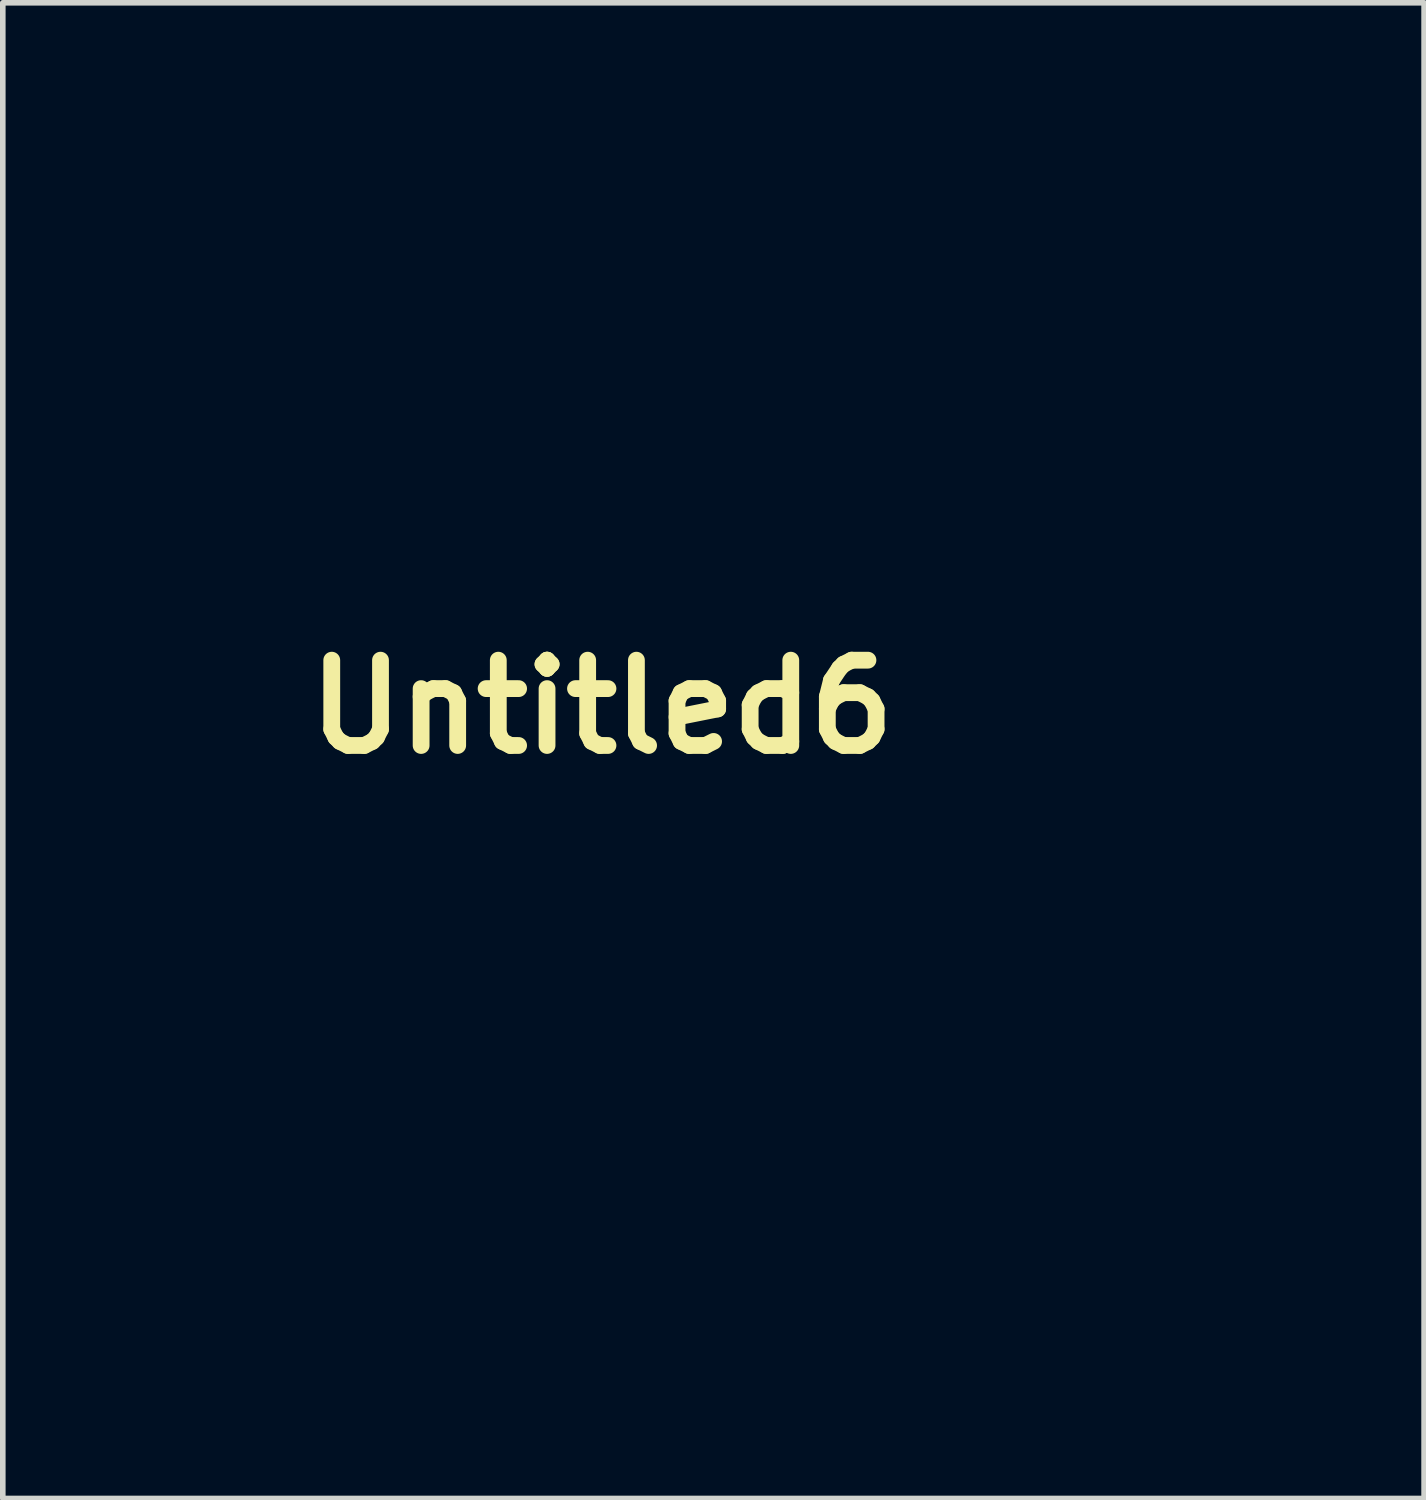
<source format=kicad_pcb>
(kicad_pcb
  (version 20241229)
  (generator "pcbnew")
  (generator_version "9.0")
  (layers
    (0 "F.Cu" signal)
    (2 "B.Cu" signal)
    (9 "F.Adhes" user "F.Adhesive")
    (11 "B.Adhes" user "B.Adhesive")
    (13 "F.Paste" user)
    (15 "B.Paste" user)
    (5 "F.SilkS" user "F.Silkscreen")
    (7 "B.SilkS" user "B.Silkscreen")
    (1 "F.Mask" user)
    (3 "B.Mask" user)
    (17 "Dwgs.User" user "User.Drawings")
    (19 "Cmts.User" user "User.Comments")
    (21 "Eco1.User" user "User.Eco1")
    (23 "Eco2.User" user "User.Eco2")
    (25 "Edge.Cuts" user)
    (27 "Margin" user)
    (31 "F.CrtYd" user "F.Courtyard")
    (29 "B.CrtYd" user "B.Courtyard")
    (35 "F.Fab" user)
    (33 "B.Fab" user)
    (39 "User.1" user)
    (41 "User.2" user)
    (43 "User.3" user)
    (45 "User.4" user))
  (footprint "Untitled6"
    (layer "F.Cu")
    (at 7.703 9.579)
    (property "Reference" "Untitled6" (at 0 0 0) (layer "F.SilkS") (effects (font (size 1.524 1.524) (thickness 0.3))))
    (attr through_hole)
    (fp_poly (pts (xy -7.659 9.007) (xy -7.679 9.027) (xy -7.698 9.007) (xy -7.679 8.988) (xy -7.659 9.007)) (stroke (width 0.01) (type solid)) (fill yes) (layer "F.Mask"))
    (fp_poly (pts (xy -7.62 8.929) (xy -7.64 8.949) (xy -7.659 8.929) (xy -7.64 8.91) (xy -7.62 8.929)) (stroke (width 0.01) (type solid)) (fill yes) (layer "F.Mask"))
    (fp_poly (pts (xy -7.425 7.053) (xy -7.444 7.073) (xy -7.464 7.053) (xy -7.444 7.034) (xy -7.425 7.053)) (stroke (width 0.01) (type solid)) (fill yes) (layer "F.Mask"))
    (fp_poly (pts (xy -7.073 5.295) (xy -7.092 5.314) (xy -7.112 5.295) (xy -7.092 5.275) (xy -7.073 5.295)) (stroke (width 0.01) (type solid)) (fill yes) (layer "F.Mask"))
    (fp_poly (pts (xy -7.034 5.139) (xy -7.053 5.158) (xy -7.073 5.139) (xy -7.053 5.119) (xy -7.034 5.139)) (stroke (width 0.01) (type solid)) (fill yes) (layer "F.Mask"))
    (fp_poly (pts (xy -6.995 -3.263) (xy -7.014 -3.243) (xy -7.034 -3.263) (xy -7.014 -3.282) (xy -6.995 -3.263)) (stroke (width 0.01) (type solid)) (fill yes) (layer "F.Mask"))
    (fp_poly (pts (xy -6.917 4.552) (xy -6.936 4.572) (xy -6.956 4.552) (xy -6.936 4.533) (xy -6.917 4.552)) (stroke (width 0.01) (type solid)) (fill yes) (layer "F.Mask"))
    (fp_poly (pts (xy -6.76 -2.95) (xy -6.78 -2.931) (xy -6.799 -2.95) (xy -6.78 -2.97) (xy -6.76 -2.95)) (stroke (width 0.01) (type solid)) (fill yes) (layer "F.Mask"))
    (fp_poly (pts (xy -6.721 3.615) (xy -6.741 3.634) (xy -6.76 3.615) (xy -6.741 3.595) (xy -6.721 3.615)) (stroke (width 0.01) (type solid)) (fill yes) (layer "F.Mask"))
    (fp_poly (pts (xy -6.682 -0.02) (xy -6.702 0) (xy -6.721 -0.02) (xy -6.702 -0.039) (xy -6.682 -0.02)) (stroke (width 0.01) (type solid)) (fill yes) (layer "F.Mask"))
    (fp_poly (pts (xy -6.643 0.371) (xy -6.663 0.391) (xy -6.682 0.371) (xy -6.663 0.352) (xy -6.643 0.371)) (stroke (width 0.01) (type solid)) (fill yes) (layer "F.Mask"))
    (fp_poly (pts (xy -6.604 0.449) (xy -6.624 0.469) (xy -6.643 0.449) (xy -6.624 0.43) (xy -6.604 0.449)) (stroke (width 0.01) (type solid)) (fill yes) (layer "F.Mask"))
    (fp_poly (pts (xy -6.409 -5.412) (xy -6.428 -5.393) (xy -6.448 -5.412) (xy -6.428 -5.432) (xy -6.409 -5.412)) (stroke (width 0.01) (type solid)) (fill yes) (layer "F.Mask"))
    (fp_poly (pts (xy -6.33 -5.451) (xy -6.35 -5.432) (xy -6.37 -5.451) (xy -6.35 -5.471) (xy -6.33 -5.451)) (stroke (width 0.01) (type solid)) (fill yes) (layer "F.Mask"))
    (fp_poly (pts (xy -6.252 -5.49) (xy -6.272 -5.471) (xy -6.291 -5.49) (xy -6.272 -5.51) (xy -6.252 -5.49)) (stroke (width 0.01) (type solid)) (fill yes) (layer "F.Mask"))
    (fp_poly (pts (xy -6.174 -5.529) (xy -6.194 -5.51) (xy -6.213 -5.529) (xy -6.194 -5.549) (xy -6.174 -5.529)) (stroke (width 0.01) (type solid)) (fill yes) (layer "F.Mask"))
    (fp_poly (pts (xy -6.096 -5.568) (xy -6.116 -5.549) (xy -6.135 -5.568) (xy -6.116 -5.588) (xy -6.096 -5.568)) (stroke (width 0.01) (type solid)) (fill yes) (layer "F.Mask"))
    (fp_poly (pts (xy -6.018 -5.608) (xy -6.037 -5.588) (xy -6.057 -5.608) (xy -6.037 -5.627) (xy -6.018 -5.608)) (stroke (width 0.01) (type solid)) (fill yes) (layer "F.Mask"))
    (fp_poly (pts (xy -5.94 -5.647) (xy -5.959 -5.627) (xy -5.979 -5.647) (xy -5.959 -5.666) (xy -5.94 -5.647)) (stroke (width 0.01) (type solid)) (fill yes) (layer "F.Mask"))
    (fp_poly (pts (xy -5.822 -5.686) (xy -5.842 -5.666) (xy -5.862 -5.686) (xy -5.842 -5.705) (xy -5.822 -5.686)) (stroke (width 0.01) (type solid)) (fill yes) (layer "F.Mask"))
    (fp_poly (pts (xy -5.744 -5.725) (xy -5.764 -5.705) (xy -5.783 -5.725) (xy -5.764 -5.744) (xy -5.744 -5.725)) (stroke (width 0.01) (type solid)) (fill yes) (layer "F.Mask"))
    (fp_poly (pts (xy -5.432 -5.92) (xy -5.451 -5.901) (xy -5.471 -5.92) (xy -5.451 -5.94) (xy -5.432 -5.92)) (stroke (width 0.01) (type solid)) (fill yes) (layer "F.Mask"))
    (fp_poly (pts (xy -5.275 -6.076) (xy -5.295 -6.057) (xy -5.314 -6.076) (xy -5.295 -6.096) (xy -5.275 -6.076)) (stroke (width 0.01) (type solid)) (fill yes) (layer "F.Mask"))
    (fp_poly (pts (xy -5.197 7.327) (xy -5.217 7.346) (xy -5.236 7.327) (xy -5.217 7.307) (xy -5.197 7.327)) (stroke (width 0.01) (type solid)) (fill yes) (layer "F.Mask"))
    (fp_poly (pts (xy -4.963 -6.467) (xy -4.982 -6.448) (xy -5.002 -6.467) (xy -4.982 -6.487) (xy -4.963 -6.467)) (stroke (width 0.01) (type solid)) (fill yes) (layer "F.Mask"))
    (fp_poly (pts (xy -4.924 -6.545) (xy -4.943 -6.526) (xy -4.963 -6.545) (xy -4.943 -6.565) (xy -4.924 -6.545)) (stroke (width 0.01) (type solid)) (fill yes) (layer "F.Mask"))
    (fp_poly (pts (xy -4.806 6.975) (xy -4.826 6.995) (xy -4.846 6.975) (xy -4.826 6.956) (xy -4.806 6.975)) (stroke (width 0.01) (type solid)) (fill yes) (layer "F.Mask"))
    (fp_poly (pts (xy -4.611 6.858) (xy -4.631 6.878) (xy -4.65 6.858) (xy -4.631 6.838) (xy -4.611 6.858)) (stroke (width 0.01) (type solid)) (fill yes) (layer "F.Mask"))
    (fp_poly (pts (xy -4.494 6.78) (xy -4.513 6.799) (xy -4.533 6.78) (xy -4.513 6.76) (xy -4.494 6.78)) (stroke (width 0.01) (type solid)) (fill yes) (layer "F.Mask"))
    (fp_poly (pts (xy -4.455 -7.444) (xy -4.474 -7.425) (xy -4.494 -7.444) (xy -4.474 -7.464) (xy -4.455 -7.444)) (stroke (width 0.01) (type solid)) (fill yes) (layer "F.Mask"))
    (fp_poly (pts (xy -4.416 -7.327) (xy -4.435 -7.307) (xy -4.455 -7.327) (xy -4.435 -7.346) (xy -4.416 -7.327)) (stroke (width 0.01) (type solid)) (fill yes) (layer "F.Mask"))
    (fp_poly (pts (xy -4.338 -7.21) (xy -4.357 -7.19) (xy -4.377 -7.21) (xy -4.357 -7.229) (xy -4.338 -7.21)) (stroke (width 0.01) (type solid)) (fill yes) (layer "F.Mask"))
    (fp_poly (pts (xy -4.298 11.117) (xy -4.318 11.137) (xy -4.338 11.117) (xy -4.318 11.098) (xy -4.298 11.117)) (stroke (width 0.01) (type solid)) (fill yes) (layer "F.Mask"))
    (fp_poly (pts (xy -4.259 -8.187) (xy -4.279 -8.167) (xy -4.298 -8.187) (xy -4.279 -8.206) (xy -4.259 -8.187)) (stroke (width 0.01) (type solid)) (fill yes) (layer "F.Mask"))
    (fp_poly (pts (xy -4.22 11.078) (xy -4.24 11.098) (xy -4.259 11.078) (xy -4.24 11.059) (xy -4.22 11.078)) (stroke (width 0.01) (type solid)) (fill yes) (layer "F.Mask"))
    (fp_poly (pts (xy -4.142 6.584) (xy -4.162 6.604) (xy -4.181 6.584) (xy -4.162 6.565) (xy -4.142 6.584)) (stroke (width 0.01) (type solid)) (fill yes) (layer "F.Mask"))
    (fp_poly (pts (xy -4.064 6.545) (xy -4.084 6.565) (xy -4.103 6.545) (xy -4.084 6.526) (xy -4.064 6.545)) (stroke (width 0.01) (type solid)) (fill yes) (layer "F.Mask"))
    (fp_poly (pts (xy -4.025 -8.538) (xy -4.044 -8.519) (xy -4.064 -8.538) (xy -4.044 -8.558) (xy -4.025 -8.538)) (stroke (width 0.01) (type solid)) (fill yes) (layer "F.Mask"))
    (fp_poly (pts (xy -4.025 10.961) (xy -4.044 10.981) (xy -4.064 10.961) (xy -4.044 10.942) (xy -4.025 10.961)) (stroke (width 0.01) (type solid)) (fill yes) (layer "F.Mask"))
    (fp_poly (pts (xy -3.986 -7.874) (xy -4.005 -7.854) (xy -4.025 -7.874) (xy -4.005 -7.894) (xy -3.986 -7.874)) (stroke (width 0.01) (type solid)) (fill yes) (layer "F.Mask"))
    (fp_poly (pts (xy -3.947 6.467) (xy -3.966 6.487) (xy -3.986 6.467) (xy -3.966 6.448) (xy -3.947 6.467)) (stroke (width 0.01) (type solid)) (fill yes) (layer "F.Mask"))
    (fp_poly (pts (xy -3.947 10.922) (xy -3.966 10.942) (xy -3.986 10.922) (xy -3.966 10.902) (xy -3.947 10.922)) (stroke (width 0.01) (type solid)) (fill yes) (layer "F.Mask"))
    (fp_poly (pts (xy -3.869 6.428) (xy -3.888 6.448) (xy -3.908 6.428) (xy -3.888 6.409) (xy -3.869 6.428)) (stroke (width 0.01) (type solid)) (fill yes) (layer "F.Mask"))
    (fp_poly (pts (xy -3.79 -8.773) (xy -3.81 -8.753) (xy -3.83 -8.773) (xy -3.81 -8.792) (xy -3.79 -8.773)) (stroke (width 0.01) (type solid)) (fill yes) (layer "F.Mask"))
    (fp_poly (pts (xy -3.79 10.883) (xy -3.81 10.902) (xy -3.83 10.883) (xy -3.81 10.863) (xy -3.79 10.883)) (stroke (width 0.01) (type solid)) (fill yes) (layer "F.Mask"))
    (fp_poly (pts (xy -3.751 -7.444) (xy -3.771 -7.425) (xy -3.79 -7.444) (xy -3.771 -7.464) (xy -3.751 -7.444)) (stroke (width 0.01) (type solid)) (fill yes) (layer "F.Mask"))
    (fp_poly (pts (xy -3.751 6.389) (xy -3.771 6.409) (xy -3.79 6.389) (xy -3.771 6.37) (xy -3.751 6.389)) (stroke (width 0.01) (type solid)) (fill yes) (layer "F.Mask"))
    (fp_poly (pts (xy -3.712 -8.812) (xy -3.732 -8.792) (xy -3.751 -8.812) (xy -3.732 -8.831) (xy -3.712 -8.812)) (stroke (width 0.01) (type solid)) (fill yes) (layer "F.Mask"))
    (fp_poly (pts (xy -3.712 10.844) (xy -3.732 10.863) (xy -3.751 10.844) (xy -3.732 10.824) (xy -3.712 10.844)) (stroke (width 0.01) (type solid)) (fill yes) (layer "F.Mask"))
    (fp_poly (pts (xy -3.634 6.35) (xy -3.654 6.37) (xy -3.673 6.35) (xy -3.654 6.33) (xy -3.634 6.35)) (stroke (width 0.01) (type solid)) (fill yes) (layer "F.Mask"))
    (fp_poly (pts (xy -3.634 10.805) (xy -3.654 10.824) (xy -3.673 10.805) (xy -3.654 10.785) (xy -3.634 10.805)) (stroke (width 0.01) (type solid)) (fill yes) (layer "F.Mask"))
    (fp_poly (pts (xy -3.595 -7.444) (xy -3.615 -7.425) (xy -3.634 -7.444) (xy -3.615 -7.464) (xy -3.595 -7.444)) (stroke (width 0.01) (type solid)) (fill yes) (layer "F.Mask"))
    (fp_poly (pts (xy -3.556 -8.499) (xy -3.576 -8.48) (xy -3.595 -8.499) (xy -3.576 -8.519) (xy -3.556 -8.499)) (stroke (width 0.01) (type solid)) (fill yes) (layer "F.Mask"))
    (fp_poly (pts (xy -3.556 -6.78) (xy -3.576 -6.76) (xy -3.595 -6.78) (xy -3.576 -6.799) (xy -3.556 -6.78)) (stroke (width 0.01) (type solid)) (fill yes) (layer "F.Mask"))
    (fp_poly (pts (xy -3.517 -8.929) (xy -3.536 -8.91) (xy -3.556 -8.929) (xy -3.536 -8.949) (xy -3.517 -8.929)) (stroke (width 0.01) (type solid)) (fill yes) (layer "F.Mask"))
    (fp_poly (pts (xy -3.517 -7.014) (xy -3.536 -6.995) (xy -3.556 -7.014) (xy -3.536 -7.034) (xy -3.517 -7.014)) (stroke (width 0.01) (type solid)) (fill yes) (layer "F.Mask"))
    (fp_poly (pts (xy -3.478 -6.78) (xy -3.497 -6.76) (xy -3.517 -6.78) (xy -3.497 -6.799) (xy -3.478 -6.78)) (stroke (width 0.01) (type solid)) (fill yes) (layer "F.Mask"))
    (fp_poly (pts (xy -3.439 -7.053) (xy -3.458 -7.034) (xy -3.478 -7.053) (xy -3.458 -7.073) (xy -3.439 -7.053)) (stroke (width 0.01) (type solid)) (fill yes) (layer "F.Mask"))
    (fp_poly (pts (xy -3.439 -1.309) (xy -3.458 -1.29) (xy -3.478 -1.309) (xy -3.458 -1.329) (xy -3.439 -1.309)) (stroke (width 0.01) (type solid)) (fill yes) (layer "F.Mask"))
    (fp_poly (pts (xy -3.4 -8.968) (xy -3.419 -8.949) (xy -3.439 -8.968) (xy -3.419 -8.988) (xy -3.4 -8.968)) (stroke (width 0.01) (type solid)) (fill yes) (layer "F.Mask"))
    (fp_poly (pts (xy -3.361 -8.577) (xy -3.38 -8.558) (xy -3.4 -8.577) (xy -3.38 -8.597) (xy -3.361 -8.577)) (stroke (width 0.01) (type solid)) (fill yes) (layer "F.Mask"))
    (fp_poly (pts (xy -3.361 -6.858) (xy -3.38 -6.838) (xy -3.4 -6.858) (xy -3.38 -6.878) (xy -3.361 -6.858)) (stroke (width 0.01) (type solid)) (fill yes) (layer "F.Mask"))
    (fp_poly (pts (xy -3.361 -0.879) (xy -3.38 -0.86) (xy -3.4 -0.879) (xy -3.38 -0.899) (xy -3.361 -0.879)) (stroke (width 0.01) (type solid)) (fill yes) (layer "F.Mask"))
    (fp_poly (pts (xy -3.361 6.272) (xy -3.38 6.291) (xy -3.4 6.272) (xy -3.38 6.252) (xy -3.361 6.272)) (stroke (width 0.01) (type solid)) (fill yes) (layer "F.Mask"))
    (fp_poly (pts (xy -3.361 10.648) (xy -3.38 10.668) (xy -3.4 10.648) (xy -3.38 10.629) (xy -3.361 10.648)) (stroke (width 0.01) (type solid)) (fill yes) (layer "F.Mask"))
    (fp_poly (pts (xy -3.322 -7.092) (xy -3.341 -7.073) (xy -3.361 -7.092) (xy -3.341 -7.112) (xy -3.322 -7.092)) (stroke (width 0.01) (type solid)) (fill yes) (layer "F.Mask"))
    (fp_poly (pts (xy -3.282 -6.897) (xy -3.302 -6.878) (xy -3.322 -6.897) (xy -3.302 -6.917) (xy -3.282 -6.897)) (stroke (width 0.01) (type solid)) (fill yes) (layer "F.Mask"))
    (fp_poly (pts (xy -3.282 10.609) (xy -3.302 10.629) (xy -3.322 10.609) (xy -3.302 10.59) (xy -3.282 10.609)) (stroke (width 0.01) (type solid)) (fill yes) (layer "F.Mask"))
    (fp_poly (pts (xy -3.243 -7.6) (xy -3.263 -7.581) (xy -3.282 -7.6) (xy -3.263 -7.62) (xy -3.243 -7.6)) (stroke (width 0.01) (type solid)) (fill yes) (layer "F.Mask"))
    (fp_poly (pts (xy -3.243 -7.132) (xy -3.263 -7.112) (xy -3.282 -7.132) (xy -3.263 -7.151) (xy -3.243 -7.132)) (stroke (width 0.01) (type solid)) (fill yes) (layer "F.Mask"))
    (fp_poly (pts (xy -3.243 -0.801) (xy -3.263 -0.782) (xy -3.282 -0.801) (xy -3.263 -0.821) (xy -3.243 -0.801)) (stroke (width 0.01) (type solid)) (fill yes) (layer "F.Mask"))
    (fp_poly (pts (xy -3.204 -9.046) (xy -3.224 -9.027) (xy -3.243 -9.046) (xy -3.224 -9.066) (xy -3.204 -9.046)) (stroke (width 0.01) (type solid)) (fill yes) (layer "F.Mask"))
    (fp_poly (pts (xy -3.165 -8.656) (xy -3.185 -8.636) (xy -3.204 -8.656) (xy -3.185 -8.675) (xy -3.165 -8.656)) (stroke (width 0.01) (type solid)) (fill yes) (layer "F.Mask"))
    (fp_poly (pts (xy -3.165 -7.64) (xy -3.185 -7.62) (xy -3.204 -7.64) (xy -3.185 -7.659) (xy -3.165 -7.64)) (stroke (width 0.01) (type solid)) (fill yes) (layer "F.Mask"))
    (fp_poly (pts (xy -3.165 -0.762) (xy -3.185 -0.742) (xy -3.204 -0.762) (xy -3.185 -0.782) (xy -3.165 -0.762)) (stroke (width 0.01) (type solid)) (fill yes) (layer "F.Mask"))
    (fp_poly (pts (xy -3.126 -6.975) (xy -3.146 -6.956) (xy -3.165 -6.975) (xy -3.146 -6.995) (xy -3.126 -6.975)) (stroke (width 0.01) (type solid)) (fill yes) (layer "F.Mask"))
    (fp_poly (pts (xy -3.087 -7.679) (xy -3.107 -7.659) (xy -3.126 -7.679) (xy -3.107 -7.698) (xy -3.087 -7.679)) (stroke (width 0.01) (type solid)) (fill yes) (layer "F.Mask"))
    (fp_poly (pts (xy -3.087 6.194) (xy -3.107 6.213) (xy -3.126 6.194) (xy -3.107 6.174) (xy -3.087 6.194)) (stroke (width 0.01) (type solid)) (fill yes) (layer "F.Mask"))
    (fp_poly (pts (xy -3.048 -7.21) (xy -3.068 -7.19) (xy -3.087 -7.21) (xy -3.068 -7.229) (xy -3.048 -7.21)) (stroke (width 0.01) (type solid)) (fill yes) (layer "F.Mask"))
    (fp_poly (pts (xy -3.048 -0.723) (xy -3.068 -0.703) (xy -3.087 -0.723) (xy -3.068 -0.742) (xy -3.048 -0.723)) (stroke (width 0.01) (type solid)) (fill yes) (layer "F.Mask"))
    (fp_poly (pts (xy -3.009 -9.124) (xy -3.028 -9.105) (xy -3.048 -9.124) (xy -3.028 -9.144) (xy -3.009 -9.124)) (stroke (width 0.01) (type solid)) (fill yes) (layer "F.Mask"))
    (fp_poly (pts (xy -3.009 -7.718) (xy -3.028 -7.698) (xy -3.048 -7.718) (xy -3.028 -7.737) (xy -3.009 -7.718)) (stroke (width 0.01) (type solid)) (fill yes) (layer "F.Mask"))
    (fp_poly (pts (xy -3.009 -7.014) (xy -3.028 -6.995) (xy -3.048 -7.014) (xy -3.028 -7.034) (xy -3.009 -7.014)) (stroke (width 0.01) (type solid)) (fill yes) (layer "F.Mask"))
    (fp_poly (pts (xy -2.97 -8.734) (xy -2.989 -8.714) (xy -3.009 -8.734) (xy -2.989 -8.753) (xy -2.97 -8.734)) (stroke (width 0.01) (type solid)) (fill yes) (layer "F.Mask"))
    (fp_poly (pts (xy -2.97 -7.249) (xy -2.989 -7.229) (xy -3.009 -7.249) (xy -2.989 -7.268) (xy -2.97 -7.249)) (stroke (width 0.01) (type solid)) (fill yes) (layer "F.Mask"))
    (fp_poly (pts (xy -2.97 6.155) (xy -2.989 6.174) (xy -3.009 6.155) (xy -2.989 6.135) (xy -2.97 6.155)) (stroke (width 0.01) (type solid)) (fill yes) (layer "F.Mask"))
    (fp_poly (pts (xy -2.931 -9.164) (xy -2.95 -9.144) (xy -2.97 -9.164) (xy -2.95 -9.183) (xy -2.931 -9.164)) (stroke (width 0.01) (type solid)) (fill yes) (layer "F.Mask"))
    (fp_poly (pts (xy -2.931 -7.757) (xy -2.95 -7.737) (xy -2.97 -7.757) (xy -2.95 -7.776) (xy -2.931 -7.757)) (stroke (width 0.01) (type solid)) (fill yes) (layer "F.Mask"))
    (fp_poly (pts (xy -2.931 -1.153) (xy -2.95 -1.133) (xy -2.97 -1.153) (xy -2.95 -1.172) (xy -2.931 -1.153)) (stroke (width 0.01) (type solid)) (fill yes) (layer "F.Mask"))
    (fp_poly (pts (xy -2.892 -7.288) (xy -2.911 -7.268) (xy -2.931 -7.288) (xy -2.911 -7.307) (xy -2.892 -7.288)) (stroke (width 0.01) (type solid)) (fill yes) (layer "F.Mask"))
    (fp_poly (pts (xy -2.853 -8.773) (xy -2.872 -8.753) (xy -2.892 -8.773) (xy -2.872 -8.792) (xy -2.853 -8.773)) (stroke (width 0.01) (type solid)) (fill yes) (layer "F.Mask"))
    (fp_poly (pts (xy -2.853 -7.796) (xy -2.872 -7.776) (xy -2.892 -7.796) (xy -2.872 -7.815) (xy -2.853 -7.796)) (stroke (width 0.01) (type solid)) (fill yes) (layer "F.Mask"))
    (fp_poly (pts (xy -2.853 -7.053) (xy -2.872 -7.034) (xy -2.892 -7.053) (xy -2.872 -7.073) (xy -2.853 -7.053)) (stroke (width 0.01) (type solid)) (fill yes) (layer "F.Mask"))
    (fp_poly (pts (xy -2.853 -1.114) (xy -2.872 -1.094) (xy -2.892 -1.114) (xy -2.872 -1.133) (xy -2.853 -1.114)) (stroke (width 0.01) (type solid)) (fill yes) (layer "F.Mask"))
    (fp_poly (pts (xy -2.853 6.116) (xy -2.872 6.135) (xy -2.892 6.116) (xy -2.872 6.096) (xy -2.853 6.116)) (stroke (width 0.01) (type solid)) (fill yes) (layer "F.Mask"))
    (fp_poly (pts (xy -2.814 -9.203) (xy -2.833 -9.183) (xy -2.853 -9.203) (xy -2.833 -9.222) (xy -2.814 -9.203)) (stroke (width 0.01) (type solid)) (fill yes) (layer "F.Mask"))
    (fp_poly (pts (xy -2.774 -0.645) (xy -2.794 -0.625) (xy -2.814 -0.645) (xy -2.794 -0.664) (xy -2.774 -0.645)) (stroke (width 0.01) (type solid)) (fill yes) (layer "F.Mask"))
    (fp_poly (pts (xy -2.696 -7.366) (xy -2.716 -7.346) (xy -2.735 -7.366) (xy -2.716 -7.386) (xy -2.696 -7.366)) (stroke (width 0.01) (type solid)) (fill yes) (layer "F.Mask"))
    (fp_poly (pts (xy -2.54 -8.851) (xy -2.56 -8.831) (xy -2.579 -8.851) (xy -2.56 -8.87) (xy -2.54 -8.851)) (stroke (width 0.01) (type solid)) (fill yes) (layer "F.Mask"))
    (fp_poly (pts (xy -2.54 -7.444) (xy -2.56 -7.425) (xy -2.579 -7.444) (xy -2.56 -7.464) (xy -2.54 -7.444)) (stroke (width 0.01) (type solid)) (fill yes) (layer "F.Mask"))
    (fp_poly (pts (xy -2.501 -7.874) (xy -2.52 -7.854) (xy -2.54 -7.874) (xy -2.52 -7.894) (xy -2.501 -7.874)) (stroke (width 0.01) (type solid)) (fill yes) (layer "F.Mask"))
    (fp_poly (pts (xy -2.423 -7.483) (xy -2.442 -7.464) (xy -2.462 -7.483) (xy -2.442 -7.503) (xy -2.423 -7.483)) (stroke (width 0.01) (type solid)) (fill yes) (layer "F.Mask"))
    (fp_poly (pts (xy -2.384 -7.913) (xy -2.403 -7.894) (xy -2.423 -7.913) (xy -2.403 -7.933) (xy -2.384 -7.913)) (stroke (width 0.01) (type solid)) (fill yes) (layer "F.Mask"))
    (fp_poly (pts (xy -2.306 -8.929) (xy -2.325 -8.91) (xy -2.345 -8.929) (xy -2.325 -8.949) (xy -2.306 -8.929)) (stroke (width 0.01) (type solid)) (fill yes) (layer "F.Mask"))
    (fp_poly (pts (xy -2.306 -7.522) (xy -2.325 -7.503) (xy -2.345 -7.522) (xy -2.325 -7.542) (xy -2.306 -7.522)) (stroke (width 0.01) (type solid)) (fill yes) (layer "F.Mask"))
    (fp_poly (pts (xy -2.149 -7.561) (xy -2.169 -7.542) (xy -2.188 -7.561) (xy -2.169 -7.581) (xy -2.149 -7.561)) (stroke (width 0.01) (type solid)) (fill yes) (layer "F.Mask"))
    (fp_poly (pts (xy -2.149 9.867) (xy -2.169 9.886) (xy -2.188 9.867) (xy -2.169 9.847) (xy -2.149 9.867)) (stroke (width 0.01) (type solid)) (fill yes) (layer "F.Mask"))
    (fp_poly (pts (xy -1.993 -7.6) (xy -2.012 -7.581) (xy -2.032 -7.6) (xy -2.012 -7.62) (xy -1.993 -7.6)) (stroke (width 0.01) (type solid)) (fill yes) (layer "F.Mask"))
    (fp_poly (pts (xy -1.993 -1.114) (xy -2.012 -1.094) (xy -2.032 -1.114) (xy -2.012 -1.133) (xy -1.993 -1.114)) (stroke (width 0.01) (type solid)) (fill yes) (layer "F.Mask"))
    (fp_poly (pts (xy -1.954 -2.442) (xy -1.973 -2.423) (xy -1.993 -2.442) (xy -1.973 -2.462) (xy -1.954 -2.442)) (stroke (width 0.01) (type solid)) (fill yes) (layer "F.Mask"))
    (fp_poly (pts (xy -1.798 -1.231) (xy -1.817 -1.211) (xy -1.837 -1.231) (xy -1.817 -1.25) (xy -1.798 -1.231)) (stroke (width 0.01) (type solid)) (fill yes) (layer "F.Mask"))
    (fp_poly (pts (xy -1.798 -0.723) (xy -1.817 -0.703) (xy -1.837 -0.723) (xy -1.817 -0.742) (xy -1.798 -0.723)) (stroke (width 0.01) (type solid)) (fill yes) (layer "F.Mask"))
    (fp_poly (pts (xy -1.719 -2.13) (xy -1.739 -2.11) (xy -1.758 -2.13) (xy -1.739 -2.149) (xy -1.719 -2.13)) (stroke (width 0.01) (type solid)) (fill yes) (layer "F.Mask"))
    (fp_poly (pts (xy -1.719 9.515) (xy -1.739 9.535) (xy -1.758 9.515) (xy -1.739 9.496) (xy -1.719 9.515)) (stroke (width 0.01) (type solid)) (fill yes) (layer "F.Mask"))
    (fp_poly (pts (xy -1.68 9.398) (xy -1.7 9.418) (xy -1.719 9.398) (xy -1.7 9.378) (xy -1.68 9.398)) (stroke (width 0.01) (type solid)) (fill yes) (layer "F.Mask"))
    (fp_poly (pts (xy -1.641 6.076) (xy -1.661 6.096) (xy -1.68 6.076) (xy -1.661 6.057) (xy -1.641 6.076)) (stroke (width 0.01) (type solid)) (fill yes) (layer "F.Mask"))
    (fp_poly (pts (xy -1.602 -1.348) (xy -1.622 -1.329) (xy -1.641 -1.348) (xy -1.622 -1.368) (xy -1.602 -1.348)) (stroke (width 0.01) (type solid)) (fill yes) (layer "F.Mask"))
    (fp_poly (pts (xy -1.602 9.203) (xy -1.622 9.222) (xy -1.641 9.203) (xy -1.622 9.183) (xy -1.602 9.203)) (stroke (width 0.01) (type solid)) (fill yes) (layer "F.Mask"))
    (fp_poly (pts (xy -1.524 -1.387) (xy -1.544 -1.368) (xy -1.563 -1.387) (xy -1.544 -1.407) (xy -1.524 -1.387)) (stroke (width 0.01) (type solid)) (fill yes) (layer "F.Mask"))
    (fp_poly (pts (xy -1.524 -0.879) (xy -1.544 -0.86) (xy -1.563 -0.879) (xy -1.544 -0.899) (xy -1.524 -0.879)) (stroke (width 0.01) (type solid)) (fill yes) (layer "F.Mask"))
    (fp_poly (pts (xy -1.524 6.116) (xy -1.544 6.135) (xy -1.563 6.116) (xy -1.544 6.096) (xy -1.524 6.116)) (stroke (width 0.01) (type solid)) (fill yes) (layer "F.Mask"))
    (fp_poly (pts (xy -1.524 9.085) (xy -1.544 9.105) (xy -1.563 9.085) (xy -1.544 9.066) (xy -1.524 9.085)) (stroke (width 0.01) (type solid)) (fill yes) (layer "F.Mask"))
    (fp_poly (pts (xy -1.446 -1.426) (xy -1.465 -1.407) (xy -1.485 -1.426) (xy -1.465 -1.446) (xy -1.446 -1.426)) (stroke (width 0.01) (type solid)) (fill yes) (layer "F.Mask"))
    (fp_poly (pts (xy -1.446 -0.918) (xy -1.465 -0.899) (xy -1.485 -0.918) (xy -1.465 -0.938) (xy -1.446 -0.918)) (stroke (width 0.01) (type solid)) (fill yes) (layer "F.Mask"))
    (fp_poly (pts (xy -1.407 6.155) (xy -1.426 6.174) (xy -1.446 6.155) (xy -1.426 6.135) (xy -1.407 6.155)) (stroke (width 0.01) (type solid)) (fill yes) (layer "F.Mask"))
    (fp_poly (pts (xy -1.368 -0.957) (xy -1.387 -0.938) (xy -1.407 -0.957) (xy -1.387 -0.977) (xy -1.368 -0.957)) (stroke (width 0.01) (type solid)) (fill yes) (layer "F.Mask"))
    (fp_poly (pts (xy -1.368 9.007) (xy -1.387 9.027) (xy -1.407 9.007) (xy -1.387 8.988) (xy -1.368 9.007)) (stroke (width 0.01) (type solid)) (fill yes) (layer "F.Mask"))
    (fp_poly (pts (xy -1.329 -7.718) (xy -1.348 -7.698) (xy -1.368 -7.718) (xy -1.348 -7.737) (xy -1.329 -7.718)) (stroke (width 0.01) (type solid)) (fill yes) (layer "F.Mask"))
    (fp_poly (pts (xy -1.329 -1.856) (xy -1.348 -1.837) (xy -1.368 -1.856) (xy -1.348 -1.876) (xy -1.329 -1.856)) (stroke (width 0.01) (type solid)) (fill yes) (layer "F.Mask"))
    (fp_poly (pts (xy -1.329 -1.465) (xy -1.348 -1.446) (xy -1.368 -1.465) (xy -1.348 -1.485) (xy -1.329 -1.465)) (stroke (width 0.01) (type solid)) (fill yes) (layer "F.Mask"))
    (fp_poly (pts (xy -1.29 -0.996) (xy -1.309 -0.977) (xy -1.329 -0.996) (xy -1.309 -1.016) (xy -1.29 -0.996)) (stroke (width 0.01) (type solid)) (fill yes) (layer "F.Mask"))
    (fp_poly (pts (xy -1.29 6.194) (xy -1.309 6.213) (xy -1.329 6.194) (xy -1.309 6.174) (xy -1.29 6.194)) (stroke (width 0.01) (type solid)) (fill yes) (layer "F.Mask"))
    (fp_poly (pts (xy -1.29 8.968) (xy -1.309 8.988) (xy -1.329 8.968) (xy -1.309 8.949) (xy -1.29 8.968)) (stroke (width 0.01) (type solid)) (fill yes) (layer "F.Mask"))
    (fp_poly (pts (xy -1.211 -1.817) (xy -1.231 -1.798) (xy -1.25 -1.817) (xy -1.231 -1.837) (xy -1.211 -1.817)) (stroke (width 0.01) (type solid)) (fill yes) (layer "F.Mask"))
    (fp_poly (pts (xy -1.211 -1.504) (xy -1.231 -1.485) (xy -1.25 -1.504) (xy -1.231 -1.524) (xy -1.211 -1.504)) (stroke (width 0.01) (type solid)) (fill yes) (layer "F.Mask"))
    (fp_poly (pts (xy -1.211 -1.036) (xy -1.231 -1.016) (xy -1.25 -1.036) (xy -1.231 -1.055) (xy -1.211 -1.036)) (stroke (width 0.01) (type solid)) (fill yes) (layer "F.Mask"))
    (fp_poly (pts (xy -1.211 6.037) (xy -1.231 6.057) (xy -1.25 6.037) (xy -1.231 6.018) (xy -1.211 6.037)) (stroke (width 0.01) (type solid)) (fill yes) (layer "F.Mask"))
    (fp_poly (pts (xy -1.172 5.959) (xy -1.192 5.979) (xy -1.211 5.959) (xy -1.192 5.94) (xy -1.172 5.959)) (stroke (width 0.01) (type solid)) (fill yes) (layer "F.Mask"))
    (fp_poly (pts (xy -1.172 8.929) (xy -1.192 8.949) (xy -1.211 8.929) (xy -1.192 8.91) (xy -1.172 8.929)) (stroke (width 0.01) (type solid)) (fill yes) (layer "F.Mask"))
    (fp_poly (pts (xy -1.094 -1.075) (xy -1.114 -1.055) (xy -1.133 -1.075) (xy -1.114 -1.094) (xy -1.094 -1.075)) (stroke (width 0.01) (type solid)) (fill yes) (layer "F.Mask"))
    (fp_poly (pts (xy -1.055 5.686) (xy -1.075 5.705) (xy -1.094 5.686) (xy -1.075 5.666) (xy -1.055 5.686)) (stroke (width 0.01) (type solid)) (fill yes) (layer "F.Mask"))
    (fp_poly (pts (xy -1.055 8.89) (xy -1.075 8.91) (xy -1.094 8.89) (xy -1.075 8.87) (xy -1.055 8.89)) (stroke (width 0.01) (type solid)) (fill yes) (layer "F.Mask"))
    (fp_poly (pts (xy -0.977 -1.622) (xy -0.996 -1.602) (xy -1.016 -1.622) (xy -0.996 -1.641) (xy -0.977 -1.622)) (stroke (width 0.01) (type solid)) (fill yes) (layer "F.Mask"))
    (fp_poly (pts (xy -0.977 5.529) (xy -0.996 5.549) (xy -1.016 5.529) (xy -0.996 5.51) (xy -0.977 5.529)) (stroke (width 0.01) (type solid)) (fill yes) (layer "F.Mask"))
    (fp_poly (pts (xy -0.977 8.851) (xy -0.996 8.87) (xy -1.016 8.851) (xy -0.996 8.831) (xy -0.977 8.851)) (stroke (width 0.01) (type solid)) (fill yes) (layer "F.Mask"))
    (fp_poly (pts (xy -0.938 5.451) (xy -0.957 5.471) (xy -0.977 5.451) (xy -0.957 5.432) (xy -0.938 5.451)) (stroke (width 0.01) (type solid)) (fill yes) (layer "F.Mask"))
    (fp_poly (pts (xy -0.899 -7.718) (xy -0.918 -7.698) (xy -0.938 -7.718) (xy -0.918 -7.737) (xy -0.899 -7.718)) (stroke (width 0.01) (type solid)) (fill yes) (layer "F.Mask"))
    (fp_poly (pts (xy -0.899 5.373) (xy -0.918 5.393) (xy -0.938 5.373) (xy -0.918 5.354) (xy -0.899 5.373)) (stroke (width 0.01) (type solid)) (fill yes) (layer "F.Mask"))
    (fp_poly (pts (xy -0.899 8.812) (xy -0.918 8.831) (xy -0.938 8.812) (xy -0.918 8.792) (xy -0.899 8.812)) (stroke (width 0.01) (type solid)) (fill yes) (layer "F.Mask"))
    (fp_poly (pts (xy -0.821 8.773) (xy -0.84 8.792) (xy -0.86 8.773) (xy -0.84 8.753) (xy -0.821 8.773)) (stroke (width 0.01) (type solid)) (fill yes) (layer "F.Mask"))
    (fp_poly (pts (xy -0.742 5.021) (xy -0.762 5.041) (xy -0.782 5.021) (xy -0.762 5.002) (xy -0.742 5.021)) (stroke (width 0.01) (type solid)) (fill yes) (layer "F.Mask"))
    (fp_poly (pts (xy -0.742 8.734) (xy -0.762 8.753) (xy -0.782 8.734) (xy -0.762 8.714) (xy -0.742 8.734)) (stroke (width 0.01) (type solid)) (fill yes) (layer "F.Mask"))
    (fp_poly (pts (xy -0.703 4.943) (xy -0.723 4.963) (xy -0.742 4.943) (xy -0.723 4.924) (xy -0.703 4.943)) (stroke (width 0.01) (type solid)) (fill yes) (layer "F.Mask"))
    (fp_poly (pts (xy -0.664 8.695) (xy -0.684 8.714) (xy -0.703 8.695) (xy -0.684 8.675) (xy -0.664 8.695)) (stroke (width 0.01) (type solid)) (fill yes) (layer "F.Mask"))
    (fp_poly (pts (xy -0.586 4.67) (xy -0.606 4.689) (xy -0.625 4.67) (xy -0.606 4.65) (xy -0.586 4.67)) (stroke (width 0.01) (type solid)) (fill yes) (layer "F.Mask"))
    (fp_poly (pts (xy -0.586 8.656) (xy -0.606 8.675) (xy -0.625 8.656) (xy -0.606 8.636) (xy -0.586 8.656)) (stroke (width 0.01) (type solid)) (fill yes) (layer "F.Mask"))
    (fp_poly (pts (xy -0.547 4.592) (xy -0.567 4.611) (xy -0.586 4.592) (xy -0.567 4.572) (xy -0.547 4.592)) (stroke (width 0.01) (type solid)) (fill yes) (layer "F.Mask"))
    (fp_poly (pts (xy -0.508 4.513) (xy -0.528 4.533) (xy -0.547 4.513) (xy -0.528 4.494) (xy -0.508 4.513)) (stroke (width 0.01) (type solid)) (fill yes) (layer "F.Mask"))
    (fp_poly (pts (xy -0.508 8.616) (xy -0.528 8.636) (xy -0.547 8.616) (xy -0.528 8.597) (xy -0.508 8.616)) (stroke (width 0.01) (type solid)) (fill yes) (layer "F.Mask"))
    (fp_poly (pts (xy -0.43 -9.554) (xy -0.449 -9.535) (xy -0.469 -9.554) (xy -0.449 -9.574) (xy -0.43 -9.554)) (stroke (width 0.01) (type solid)) (fill yes) (layer "F.Mask"))
    (fp_poly (pts (xy -0.43 4.005) (xy -0.449 4.025) (xy -0.469 4.005) (xy -0.449 3.986) (xy -0.43 4.005)) (stroke (width 0.01) (type solid)) (fill yes) (layer "F.Mask"))
    (fp_poly (pts (xy -0.43 8.577) (xy -0.449 8.597) (xy -0.469 8.577) (xy -0.449 8.558) (xy -0.43 8.577)) (stroke (width 0.01) (type solid)) (fill yes) (layer "F.Mask"))
    (fp_poly (pts (xy -0.391 -1.7) (xy -0.41 -1.68) (xy -0.43 -1.7) (xy -0.41 -1.719) (xy -0.391 -1.7)) (stroke (width 0.01) (type solid)) (fill yes) (layer "F.Mask"))
    (fp_poly (pts (xy -0.391 3.927) (xy -0.41 3.947) (xy -0.43 3.927) (xy -0.41 3.908) (xy -0.391 3.927)) (stroke (width 0.01) (type solid)) (fill yes) (layer "F.Mask"))
    (fp_poly (pts (xy -0.391 6.545) (xy -0.41 6.565) (xy -0.43 6.545) (xy -0.41 6.526) (xy -0.391 6.545)) (stroke (width 0.01) (type solid)) (fill yes) (layer "F.Mask"))
    (fp_poly (pts (xy -0.352 -1.114) (xy -0.371 -1.094) (xy -0.391 -1.114) (xy -0.371 -1.133) (xy -0.352 -1.114)) (stroke (width 0.01) (type solid)) (fill yes) (layer "F.Mask"))
    (fp_poly (pts (xy -0.352 6.467) (xy -0.371 6.487) (xy -0.391 6.467) (xy -0.371 6.448) (xy -0.352 6.467)) (stroke (width 0.01) (type solid)) (fill yes) (layer "F.Mask"))
    (fp_poly (pts (xy -0.352 8.538) (xy -0.371 8.558) (xy -0.391 8.538) (xy -0.371 8.519) (xy -0.352 8.538)) (stroke (width 0.01) (type solid)) (fill yes) (layer "F.Mask"))
    (fp_poly (pts (xy -0.313 -1.739) (xy -0.332 -1.719) (xy -0.352 -1.739) (xy -0.332 -1.758) (xy -0.313 -1.739)) (stroke (width 0.01) (type solid)) (fill yes) (layer "F.Mask"))
    (fp_poly (pts (xy -0.274 3.81) (xy -0.293 3.83) (xy -0.313 3.81) (xy -0.293 3.79) (xy -0.274 3.81)) (stroke (width 0.01) (type solid)) (fill yes) (layer "F.Mask"))
    (fp_poly (pts (xy -0.274 6.272) (xy -0.293 6.291) (xy -0.313 6.272) (xy -0.293 6.252) (xy -0.274 6.272)) (stroke (width 0.01) (type solid)) (fill yes) (layer "F.Mask"))
    (fp_poly (pts (xy -0.274 8.499) (xy -0.293 8.519) (xy -0.313 8.499) (xy -0.293 8.48) (xy -0.274 8.499)) (stroke (width 0.01) (type solid)) (fill yes) (layer "F.Mask"))
    (fp_poly (pts (xy -0.234 -1.583) (xy -0.254 -1.563) (xy -0.274 -1.583) (xy -0.254 -1.602) (xy -0.234 -1.583)) (stroke (width 0.01) (type solid)) (fill yes) (layer "F.Mask"))
    (fp_poly (pts (xy -0.234 -1.075) (xy -0.254 -1.055) (xy -0.274 -1.075) (xy -0.254 -1.094) (xy -0.234 -1.075)) (stroke (width 0.01) (type solid)) (fill yes) (layer "F.Mask"))
    (fp_poly (pts (xy -0.234 3.732) (xy -0.254 3.751) (xy -0.274 3.732) (xy -0.254 3.712) (xy -0.234 3.732)) (stroke (width 0.01) (type solid)) (fill yes) (layer "F.Mask"))
    (fp_poly (pts (xy -0.234 6.194) (xy -0.254 6.213) (xy -0.274 6.194) (xy -0.254 6.174) (xy -0.234 6.194)) (stroke (width 0.01) (type solid)) (fill yes) (layer "F.Mask"))
    (fp_poly (pts (xy -0.195 -1.778) (xy -0.215 -1.758) (xy -0.234 -1.778) (xy -0.215 -1.798) (xy -0.195 -1.778)) (stroke (width 0.01) (type solid)) (fill yes) (layer "F.Mask"))
    (fp_poly (pts (xy -0.195 3.419) (xy -0.215 3.439) (xy -0.234 3.419) (xy -0.215 3.4) (xy -0.195 3.419)) (stroke (width 0.01) (type solid)) (fill yes) (layer "F.Mask"))
    (fp_poly (pts (xy -0.195 6.116) (xy -0.215 6.135) (xy -0.234 6.116) (xy -0.215 6.096) (xy -0.195 6.116)) (stroke (width 0.01) (type solid)) (fill yes) (layer "F.Mask"))
    (fp_poly (pts (xy -0.156 8.304) (xy -0.176 8.323) (xy -0.195 8.304) (xy -0.176 8.284) (xy -0.156 8.304)) (stroke (width 0.01) (type solid)) (fill yes) (layer "F.Mask"))
    (fp_poly (pts (xy -0.117 -1.544) (xy -0.137 -1.524) (xy -0.156 -1.544) (xy -0.137 -1.563) (xy -0.117 -1.544)) (stroke (width 0.01) (type solid)) (fill yes) (layer "F.Mask"))
    (fp_poly (pts (xy -0.117 -1.036) (xy -0.137 -1.016) (xy -0.156 -1.036) (xy -0.137 -1.055) (xy -0.117 -1.036)) (stroke (width 0.01) (type solid)) (fill yes) (layer "F.Mask"))
    (fp_poly (pts (xy -0.117 5.92) (xy -0.137 5.94) (xy -0.156 5.92) (xy -0.137 5.901) (xy -0.117 5.92)) (stroke (width 0.01) (type solid)) (fill yes) (layer "F.Mask"))
    (fp_poly (pts (xy -0.078 5.842) (xy -0.098 5.862) (xy -0.117 5.842) (xy -0.098 5.822) (xy -0.078 5.842)) (stroke (width 0.01) (type solid)) (fill yes) (layer "F.Mask"))
    (fp_poly (pts (xy 0 -1.856) (xy -0.02 -1.837) (xy -0.039 -1.856) (xy -0.02 -1.876) (xy 0 -1.856)) (stroke (width 0.01) (type solid)) (fill yes) (layer "F.Mask"))
    (fp_poly (pts (xy 0 -1.504) (xy -0.02 -1.485) (xy -0.039 -1.504) (xy -0.02 -1.524) (xy 0 -1.504)) (stroke (width 0.01) (type solid)) (fill yes) (layer "F.Mask"))
    (fp_poly (pts (xy 0 -0.996) (xy -0.02 -0.977) (xy -0.039 -0.996) (xy -0.02 -1.016) (xy 0 -0.996)) (stroke (width 0.01) (type solid)) (fill yes) (layer "F.Mask"))
    (fp_poly (pts (xy 0 5.647) (xy -0.02 5.666) (xy -0.039 5.647) (xy -0.02 5.627) (xy 0 5.647)) (stroke (width 0.01) (type solid)) (fill yes) (layer "F.Mask"))
    (fp_poly (pts (xy 0 7.991) (xy -0.02 8.011) (xy -0.039 7.991) (xy -0.02 7.972) (xy 0 7.991)) (stroke (width 0.01) (type solid)) (fill yes) (layer "F.Mask"))
    (fp_poly (pts (xy 0.039 5.568) (xy 0.02 5.588) (xy 0 5.568) (xy 0.02 5.549) (xy 0.039 5.568)) (stroke (width 0.01) (type solid)) (fill yes) (layer "F.Mask"))
    (fp_poly (pts (xy 0.117 -1.465) (xy 0.098 -1.446) (xy 0.078 -1.465) (xy 0.098 -1.485) (xy 0.117 -1.465)) (stroke (width 0.01) (type solid)) (fill yes) (layer "F.Mask"))
    (fp_poly (pts (xy 0.117 -0.957) (xy 0.098 -0.938) (xy 0.078 -0.957) (xy 0.098 -0.977) (xy 0.117 -0.957)) (stroke (width 0.01) (type solid)) (fill yes) (layer "F.Mask"))
    (fp_poly (pts (xy 0.117 5.568) (xy 0.098 5.588) (xy 0.078 5.568) (xy 0.098 5.549) (xy 0.117 5.568)) (stroke (width 0.01) (type solid)) (fill yes) (layer "F.Mask"))
    (fp_poly (pts (xy 0.156 3.107) (xy 0.137 3.126) (xy 0.117 3.107) (xy 0.137 3.087) (xy 0.156 3.107)) (stroke (width 0.01) (type solid)) (fill yes) (layer "F.Mask"))
    (fp_poly (pts (xy 0.156 7.835) (xy 0.137 7.854) (xy 0.117 7.835) (xy 0.137 7.815) (xy 0.156 7.835)) (stroke (width 0.01) (type solid)) (fill yes) (layer "F.Mask"))
    (fp_poly (pts (xy 0.195 -0.918) (xy 0.176 -0.899) (xy 0.156 -0.918) (xy 0.176 -0.938) (xy 0.195 -0.918)) (stroke (width 0.01) (type solid)) (fill yes) (layer "F.Mask"))
    (fp_poly (pts (xy 0.195 7.6) (xy 0.176 7.62) (xy 0.156 7.6) (xy 0.176 7.581) (xy 0.195 7.6)) (stroke (width 0.01) (type solid)) (fill yes) (layer "F.Mask"))
    (fp_poly (pts (xy 0.234 -8.265) (xy 0.215 -8.245) (xy 0.195 -8.265) (xy 0.215 -8.284) (xy 0.234 -8.265)) (stroke (width 0.01) (type solid)) (fill yes) (layer "F.Mask"))
    (fp_poly (pts (xy 0.234 -1.426) (xy 0.215 -1.407) (xy 0.195 -1.426) (xy 0.215 -1.446) (xy 0.234 -1.426)) (stroke (width 0.01) (type solid)) (fill yes) (layer "F.Mask"))
    (fp_poly (pts (xy 0.234 5.764) (xy 0.215 5.783) (xy 0.195 5.764) (xy 0.215 5.744) (xy 0.234 5.764)) (stroke (width 0.01) (type solid)) (fill yes) (layer "F.Mask"))
    (fp_poly (pts (xy 0.234 7.327) (xy 0.215 7.346) (xy 0.195 7.327) (xy 0.215 7.307) (xy 0.234 7.327)) (stroke (width 0.01) (type solid)) (fill yes) (layer "F.Mask"))
    (fp_poly (pts (xy 0.274 -0.879) (xy 0.254 -0.86) (xy 0.234 -0.879) (xy 0.254 -0.899) (xy 0.274 -0.879)) (stroke (width 0.01) (type solid)) (fill yes) (layer "F.Mask"))
    (fp_poly (pts (xy 0.274 5.842) (xy 0.254 5.862) (xy 0.234 5.842) (xy 0.254 5.822) (xy 0.274 5.842)) (stroke (width 0.01) (type solid)) (fill yes) (layer "F.Mask"))
    (fp_poly (pts (xy 0.274 7.444) (xy 0.254 7.464) (xy 0.234 7.444) (xy 0.254 7.425) (xy 0.274 7.444)) (stroke (width 0.01) (type solid)) (fill yes) (layer "F.Mask"))
    (fp_poly (pts (xy 0.352 -2.052) (xy 0.332 -2.032) (xy 0.313 -2.052) (xy 0.332 -2.071) (xy 0.352 -2.052)) (stroke (width 0.01) (type solid)) (fill yes) (layer "F.Mask"))
    (fp_poly (pts (xy 0.352 5.959) (xy 0.332 5.979) (xy 0.313 5.959) (xy 0.332 5.94) (xy 0.352 5.959)) (stroke (width 0.01) (type solid)) (fill yes) (layer "F.Mask"))
    (fp_poly (pts (xy 0.391 -8.421) (xy 0.371 -8.402) (xy 0.352 -8.421) (xy 0.371 -8.441) (xy 0.391 -8.421)) (stroke (width 0.01) (type solid)) (fill yes) (layer "F.Mask"))
    (fp_poly (pts (xy 0.391 -0.801) (xy 0.371 -0.782) (xy 0.352 -0.801) (xy 0.371 -0.821) (xy 0.391 -0.801)) (stroke (width 0.01) (type solid)) (fill yes) (layer "F.Mask"))
    (fp_poly (pts (xy 0.43 -1.348) (xy 0.41 -1.329) (xy 0.391 -1.348) (xy 0.41 -1.368) (xy 0.43 -1.348)) (stroke (width 0.01) (type solid)) (fill yes) (layer "F.Mask"))
    (fp_poly (pts (xy 0.469 -8.46) (xy 0.449 -8.441) (xy 0.43 -8.46) (xy 0.449 -8.48) (xy 0.469 -8.46)) (stroke (width 0.01) (type solid)) (fill yes) (layer "F.Mask"))
    (fp_poly (pts (xy 0.469 6.155) (xy 0.449 6.174) (xy 0.43 6.155) (xy 0.449 6.135) (xy 0.469 6.155)) (stroke (width 0.01) (type solid)) (fill yes) (layer "F.Mask"))
    (fp_poly (pts (xy 0.508 -1.309) (xy 0.488 -1.29) (xy 0.469 -1.309) (xy 0.488 -1.329) (xy 0.508 -1.309)) (stroke (width 0.01) (type solid)) (fill yes) (layer "F.Mask"))
    (fp_poly (pts (xy 0.508 -0.762) (xy 0.488 -0.742) (xy 0.469 -0.762) (xy 0.488 -0.782) (xy 0.508 -0.762)) (stroke (width 0.01) (type solid)) (fill yes) (layer "F.Mask"))
    (fp_poly (pts (xy 0.547 -8.499) (xy 0.528 -8.48) (xy 0.508 -8.499) (xy 0.528 -8.519) (xy 0.547 -8.499)) (stroke (width 0.01) (type solid)) (fill yes) (layer "F.Mask"))
    (fp_poly (pts (xy 0.547 2.403) (xy 0.528 2.423) (xy 0.508 2.403) (xy 0.528 2.384) (xy 0.547 2.403)) (stroke (width 0.01) (type solid)) (fill yes) (layer "F.Mask"))
    (fp_poly (pts (xy 0.547 6.272) (xy 0.528 6.291) (xy 0.508 6.272) (xy 0.528 6.252) (xy 0.547 6.272)) (stroke (width 0.01) (type solid)) (fill yes) (layer "F.Mask"))
    (fp_poly (pts (xy 0.586 -1.27) (xy 0.567 -1.25) (xy 0.547 -1.27) (xy 0.567 -1.29) (xy 0.586 -1.27)) (stroke (width 0.01) (type solid)) (fill yes) (layer "F.Mask"))
    (fp_poly (pts (xy 0.586 2.325) (xy 0.567 2.345) (xy 0.547 2.325) (xy 0.567 2.306) (xy 0.586 2.325)) (stroke (width 0.01) (type solid)) (fill yes) (layer "F.Mask"))
    (fp_poly (pts (xy 0.625 -8.538) (xy 0.606 -8.519) (xy 0.586 -8.538) (xy 0.606 -8.558) (xy 0.625 -8.538)) (stroke (width 0.01) (type solid)) (fill yes) (layer "F.Mask"))
    (fp_poly (pts (xy 0.625 2.247) (xy 0.606 2.266) (xy 0.586 2.247) (xy 0.606 2.227) (xy 0.625 2.247)) (stroke (width 0.01) (type solid)) (fill yes) (layer "F.Mask"))
    (fp_poly (pts (xy 0.664 -1.231) (xy 0.645 -1.211) (xy 0.625 -1.231) (xy 0.645 -1.25) (xy 0.664 -1.231)) (stroke (width 0.01) (type solid)) (fill yes) (layer "F.Mask"))
    (fp_poly (pts (xy 0.664 6.467) (xy 0.645 6.487) (xy 0.625 6.467) (xy 0.645 6.448) (xy 0.664 6.467)) (stroke (width 0.01) (type solid)) (fill yes) (layer "F.Mask"))
    (fp_poly (pts (xy 0.703 -8.577) (xy 0.684 -8.558) (xy 0.664 -8.577) (xy 0.684 -8.597) (xy 0.703 -8.577)) (stroke (width 0.01) (type solid)) (fill yes) (layer "F.Mask"))
    (fp_poly (pts (xy 0.703 -0.684) (xy 0.684 -0.664) (xy 0.664 -0.684) (xy 0.684 -0.703) (xy 0.703 -0.684)) (stroke (width 0.01) (type solid)) (fill yes) (layer "F.Mask"))
    (fp_poly (pts (xy 0.742 6.584) (xy 0.723 6.604) (xy 0.703 6.584) (xy 0.723 6.565) (xy 0.742 6.584)) (stroke (width 0.01) (type solid)) (fill yes) (layer "F.Mask"))
    (fp_poly (pts (xy 0.782 6.663) (xy 0.762 6.682) (xy 0.742 6.663) (xy 0.762 6.643) (xy 0.782 6.663)) (stroke (width 0.01) (type solid)) (fill yes) (layer "F.Mask"))
    (fp_poly (pts (xy 0.821 -8.616) (xy 0.801 -8.597) (xy 0.782 -8.616) (xy 0.801 -8.636) (xy 0.821 -8.616)) (stroke (width 0.01) (type solid)) (fill yes) (layer "F.Mask"))
    (fp_poly (pts (xy 0.821 -1.153) (xy 0.801 -1.133) (xy 0.782 -1.153) (xy 0.801 -1.172) (xy 0.821 -1.153)) (stroke (width 0.01) (type solid)) (fill yes) (layer "F.Mask"))
    (fp_poly (pts (xy 0.821 -0.606) (xy 0.801 -0.586) (xy 0.782 -0.606) (xy 0.801 -0.625) (xy 0.821 -0.606)) (stroke (width 0.01) (type solid)) (fill yes) (layer "F.Mask"))
    (fp_poly (pts (xy 0.86 -9.046) (xy 0.84 -9.027) (xy 0.821 -9.046) (xy 0.84 -9.066) (xy 0.86 -9.046)) (stroke (width 0.01) (type solid)) (fill yes) (layer "F.Mask"))
    (fp_poly (pts (xy 0.899 -8.656) (xy 0.879 -8.636) (xy 0.86 -8.656) (xy 0.879 -8.675) (xy 0.899 -8.656)) (stroke (width 0.01) (type solid)) (fill yes) (layer "F.Mask"))
    (fp_poly (pts (xy 0.938 -8.343) (xy 0.918 -8.323) (xy 0.899 -8.343) (xy 0.918 -8.362) (xy 0.938 -8.343)) (stroke (width 0.01) (type solid)) (fill yes) (layer "F.Mask"))
    (fp_poly (pts (xy 0.977 -1.114) (xy 0.957 -1.094) (xy 0.938 -1.114) (xy 0.957 -1.133) (xy 0.977 -1.114)) (stroke (width 0.01) (type solid)) (fill yes) (layer "F.Mask"))
    (fp_poly (pts (xy 1.016 -9.007) (xy 0.996 -8.988) (xy 0.977 -9.007) (xy 0.996 -9.027) (xy 1.016 -9.007)) (stroke (width 0.01) (type solid)) (fill yes) (layer "F.Mask"))
    (fp_poly (pts (xy 1.055 -7.132) (xy 1.036 -7.112) (xy 1.016 -7.132) (xy 1.036 -7.151) (xy 1.055 -7.132)) (stroke (width 0.01) (type solid)) (fill yes) (layer "F.Mask"))
    (fp_poly (pts (xy 1.055 -0.567) (xy 1.036 -0.547) (xy 1.016 -0.567) (xy 1.036 -0.586) (xy 1.055 -0.567)) (stroke (width 0.01) (type solid)) (fill yes) (layer "F.Mask"))
    (fp_poly (pts (xy 1.055 1.504) (xy 1.036 1.524) (xy 1.016 1.504) (xy 1.036 1.485) (xy 1.055 1.504)) (stroke (width 0.01) (type solid)) (fill yes) (layer "F.Mask"))
    (fp_poly (pts (xy 1.094 -7.679) (xy 1.075 -7.659) (xy 1.055 -7.679) (xy 1.075 -7.698) (xy 1.094 -7.679)) (stroke (width 0.01) (type solid)) (fill yes) (layer "F.Mask"))
    (fp_poly (pts (xy 1.094 -1.075) (xy 1.075 -1.055) (xy 1.055 -1.075) (xy 1.075 -1.094) (xy 1.094 -1.075)) (stroke (width 0.01) (type solid)) (fill yes) (layer "F.Mask"))
    (fp_poly (pts (xy 1.094 1.426) (xy 1.075 1.446) (xy 1.055 1.426) (xy 1.075 1.407) (xy 1.094 1.426)) (stroke (width 0.01) (type solid)) (fill yes) (layer "F.Mask"))
    (fp_poly (pts (xy 1.133 1.27) (xy 1.114 1.29) (xy 1.094 1.27) (xy 1.114 1.25) (xy 1.133 1.27)) (stroke (width 0.01) (type solid)) (fill yes) (layer "F.Mask"))
    (fp_poly (pts (xy 1.172 -8.968) (xy 1.153 -8.949) (xy 1.133 -8.968) (xy 1.153 -8.988) (xy 1.172 -8.968)) (stroke (width 0.01) (type solid)) (fill yes) (layer "F.Mask"))
    (fp_poly (pts (xy 1.172 1.192) (xy 1.153 1.211) (xy 1.133 1.192) (xy 1.153 1.172) (xy 1.172 1.192)) (stroke (width 0.01) (type solid)) (fill yes) (layer "F.Mask"))
    (fp_poly (pts (xy 1.211 -0.528) (xy 1.192 -0.508) (xy 1.172 -0.528) (xy 1.192 -0.547) (xy 1.211 -0.528)) (stroke (width 0.01) (type solid)) (fill yes) (layer "F.Mask"))
    (fp_poly (pts (xy 1.211 1.114) (xy 1.192 1.133) (xy 1.172 1.114) (xy 1.192 1.094) (xy 1.211 1.114)) (stroke (width 0.01) (type solid)) (fill yes) (layer "F.Mask"))
    (fp_poly (pts (xy 1.25 1.036) (xy 1.231 1.055) (xy 1.211 1.036) (xy 1.231 1.016) (xy 1.25 1.036)) (stroke (width 0.01) (type solid)) (fill yes) (layer "F.Mask"))
    (fp_poly (pts (xy 1.29 -8.929) (xy 1.27 -8.91) (xy 1.25 -8.929) (xy 1.27 -8.949) (xy 1.29 -8.929)) (stroke (width 0.01) (type solid)) (fill yes) (layer "F.Mask"))
    (fp_poly (pts (xy 1.29 0.957) (xy 1.27 0.977) (xy 1.25 0.957) (xy 1.27 0.938) (xy 1.29 0.957)) (stroke (width 0.01) (type solid)) (fill yes) (layer "F.Mask"))
    (fp_poly (pts (xy 1.329 7.288) (xy 1.309 7.307) (xy 1.29 7.288) (xy 1.309 7.268) (xy 1.329 7.288)) (stroke (width 0.01) (type solid)) (fill yes) (layer "F.Mask"))
    (fp_poly (pts (xy 1.368 -0.996) (xy 1.348 -0.977) (xy 1.329 -0.996) (xy 1.348 -1.016) (xy 1.368 -0.996)) (stroke (width 0.01) (type solid)) (fill yes) (layer "F.Mask"))
    (fp_poly (pts (xy 1.407 -8.89) (xy 1.387 -8.87) (xy 1.368 -8.89) (xy 1.387 -8.91) (xy 1.407 -8.89)) (stroke (width 0.01) (type solid)) (fill yes) (layer "F.Mask"))
    (fp_poly (pts (xy 1.407 7.405) (xy 1.387 7.425) (xy 1.368 7.405) (xy 1.387 7.386) (xy 1.407 7.405)) (stroke (width 0.01) (type solid)) (fill yes) (layer "F.Mask"))
    (fp_poly (pts (xy 1.485 0.567) (xy 1.465 0.586) (xy 1.446 0.567) (xy 1.465 0.547) (xy 1.485 0.567)) (stroke (width 0.01) (type solid)) (fill yes) (layer "F.Mask"))
    (fp_poly (pts (xy 1.524 -7.679) (xy 1.504 -7.659) (xy 1.485 -7.679) (xy 1.504 -7.698) (xy 1.524 -7.679)) (stroke (width 0.01) (type solid)) (fill yes) (layer "F.Mask"))
    (fp_poly (pts (xy 1.524 -0.996) (xy 1.504 -0.977) (xy 1.485 -0.996) (xy 1.504 -1.016) (xy 1.524 -0.996)) (stroke (width 0.01) (type solid)) (fill yes) (layer "F.Mask"))
    (fp_poly (pts (xy 1.524 2.442) (xy 1.504 2.462) (xy 1.485 2.442) (xy 1.504 2.423) (xy 1.524 2.442)) (stroke (width 0.01) (type solid)) (fill yes) (layer "F.Mask"))
    (fp_poly (pts (xy 1.563 2.364) (xy 1.544 2.384) (xy 1.524 2.364) (xy 1.544 2.345) (xy 1.563 2.364)) (stroke (width 0.01) (type solid)) (fill yes) (layer "F.Mask"))
    (fp_poly (pts (xy 1.602 -8.812) (xy 1.583 -8.792) (xy 1.563 -8.812) (xy 1.583 -8.831) (xy 1.602 -8.812)) (stroke (width 0.01) (type solid)) (fill yes) (layer "F.Mask"))
    (fp_poly (pts (xy 1.602 0.332) (xy 1.583 0.352) (xy 1.563 0.332) (xy 1.583 0.313) (xy 1.602 0.332)) (stroke (width 0.01) (type solid)) (fill yes) (layer "F.Mask"))
    (fp_poly (pts (xy 1.602 2.286) (xy 1.583 2.306) (xy 1.563 2.286) (xy 1.583 2.266) (xy 1.602 2.286)) (stroke (width 0.01) (type solid)) (fill yes) (layer "F.Mask"))
    (fp_poly (pts (xy 1.602 7.64) (xy 1.583 7.659) (xy 1.563 7.64) (xy 1.583 7.62) (xy 1.602 7.64)) (stroke (width 0.01) (type solid)) (fill yes) (layer "F.Mask"))
    (fp_poly (pts (xy 1.68 7.757) (xy 1.661 7.776) (xy 1.641 7.757) (xy 1.661 7.737) (xy 1.68 7.757)) (stroke (width 0.01) (type solid)) (fill yes) (layer "F.Mask"))
    (fp_poly (pts (xy 1.719 -8.773) (xy 1.7 -8.753) (xy 1.68 -8.773) (xy 1.7 -8.792) (xy 1.719 -8.773)) (stroke (width 0.01) (type solid)) (fill yes) (layer "F.Mask"))
    (fp_poly (pts (xy 1.758 0.098) (xy 1.739 0.117) (xy 1.719 0.098) (xy 1.739 0.078) (xy 1.758 0.098)) (stroke (width 0.01) (type solid)) (fill yes) (layer "F.Mask"))
    (fp_poly (pts (xy 1.798 -8.734) (xy 1.778 -8.714) (xy 1.758 -8.734) (xy 1.778 -8.753) (xy 1.798 -8.734)) (stroke (width 0.01) (type solid)) (fill yes) (layer "F.Mask"))
    (fp_poly (pts (xy 1.798 0.02) (xy 1.778 0.039) (xy 1.758 0.02) (xy 1.778 0) (xy 1.798 0.02)) (stroke (width 0.01) (type solid)) (fill yes) (layer "F.Mask"))
    (fp_poly (pts (xy 1.837 2.403) (xy 1.817 2.423) (xy 1.798 2.403) (xy 1.817 2.384) (xy 1.837 2.403)) (stroke (width 0.01) (type solid)) (fill yes) (layer "F.Mask"))
    (fp_poly (pts (xy 1.915 -8.695) (xy 1.895 -8.675) (xy 1.876 -8.695) (xy 1.895 -8.714) (xy 1.915 -8.695)) (stroke (width 0.01) (type solid)) (fill yes) (layer "F.Mask"))
    (fp_poly (pts (xy 1.993 -9.203) (xy 1.973 -9.183) (xy 1.954 -9.203) (xy 1.973 -9.222) (xy 1.993 -9.203)) (stroke (width 0.01) (type solid)) (fill yes) (layer "F.Mask"))
    (fp_poly (pts (xy 1.993 -8.656) (xy 1.973 -8.636) (xy 1.954 -8.656) (xy 1.973 -8.675) (xy 1.993 -8.656)) (stroke (width 0.01) (type solid)) (fill yes) (layer "F.Mask"))
    (fp_poly (pts (xy 1.993 -0.996) (xy 1.973 -0.977) (xy 1.954 -0.996) (xy 1.973 -1.016) (xy 1.993 -0.996)) (stroke (width 0.01) (type solid)) (fill yes) (layer "F.Mask"))
    (fp_poly (pts (xy 2.032 -0.528) (xy 2.012 -0.508) (xy 1.993 -0.528) (xy 2.012 -0.547) (xy 2.032 -0.528)) (stroke (width 0.01) (type solid)) (fill yes) (layer "F.Mask"))
    (fp_poly (pts (xy 2.032 -0.371) (xy 2.012 -0.352) (xy 1.993 -0.371) (xy 2.012 -0.391) (xy 2.032 -0.371)) (stroke (width 0.01) (type solid)) (fill yes) (layer "F.Mask"))
    (fp_poly (pts (xy 2.071 -9.164) (xy 2.052 -9.144) (xy 2.032 -9.164) (xy 2.052 -9.183) (xy 2.071 -9.164)) (stroke (width 0.01) (type solid)) (fill yes) (layer "F.Mask"))
    (fp_poly (pts (xy 2.071 8.265) (xy 2.052 8.284) (xy 2.032 8.265) (xy 2.052 8.245) (xy 2.071 8.265)) (stroke (width 0.01) (type solid)) (fill yes) (layer "F.Mask"))
    (fp_poly (pts (xy 2.11 -0.528) (xy 2.091 -0.508) (xy 2.071 -0.528) (xy 2.091 -0.547) (xy 2.11 -0.528)) (stroke (width 0.01) (type solid)) (fill yes) (layer "F.Mask"))
    (fp_poly (pts (xy 2.188 -9.085) (xy 2.169 -9.066) (xy 2.149 -9.085) (xy 2.169 -9.105) (xy 2.188 -9.085)) (stroke (width 0.01) (type solid)) (fill yes) (layer "F.Mask"))
    (fp_poly (pts (xy 2.306 -9.007) (xy 2.286 -8.988) (xy 2.266 -9.007) (xy 2.286 -9.027) (xy 2.306 -9.007)) (stroke (width 0.01) (type solid)) (fill yes) (layer "F.Mask"))
    (fp_poly (pts (xy 2.306 2.481) (xy 2.286 2.501) (xy 2.266 2.481) (xy 2.286 2.462) (xy 2.306 2.481)) (stroke (width 0.01) (type solid)) (fill yes) (layer "F.Mask"))
    (fp_poly (pts (xy 2.306 8.538) (xy 2.286 8.558) (xy 2.266 8.538) (xy 2.286 8.519) (xy 2.306 8.538)) (stroke (width 0.01) (type solid)) (fill yes) (layer "F.Mask"))
    (fp_poly (pts (xy 2.384 8.656) (xy 2.364 8.675) (xy 2.345 8.656) (xy 2.364 8.636) (xy 2.384 8.656)) (stroke (width 0.01) (type solid)) (fill yes) (layer "F.Mask"))
    (fp_poly (pts (xy 2.423 -7.327) (xy 2.403 -7.307) (xy 2.384 -7.327) (xy 2.403 -7.346) (xy 2.423 -7.327)) (stroke (width 0.01) (type solid)) (fill yes) (layer "F.Mask"))
    (fp_poly (pts (xy 2.462 -1.309) (xy 2.442 -1.29) (xy 2.423 -1.309) (xy 2.442 -1.329) (xy 2.462 -1.309)) (stroke (width 0.01) (type solid)) (fill yes) (layer "F.Mask"))
    (fp_poly (pts (xy 2.462 8.773) (xy 2.442 8.792) (xy 2.423 8.773) (xy 2.442 8.753) (xy 2.462 8.773)) (stroke (width 0.01) (type solid)) (fill yes) (layer "F.Mask"))
    (fp_poly (pts (xy 2.501 -1.387) (xy 2.481 -1.368) (xy 2.462 -1.387) (xy 2.481 -1.407) (xy 2.501 -1.387)) (stroke (width 0.01) (type solid)) (fill yes) (layer "F.Mask"))
    (fp_poly (pts (xy 2.54 -8.069) (xy 2.52 -8.05) (xy 2.501 -8.069) (xy 2.52 -8.089) (xy 2.54 -8.069)) (stroke (width 0.01) (type solid)) (fill yes) (layer "F.Mask"))
    (fp_poly (pts (xy 2.54 -1.465) (xy 2.52 -1.446) (xy 2.501 -1.465) (xy 2.52 -1.485) (xy 2.54 -1.465)) (stroke (width 0.01) (type solid)) (fill yes) (layer "F.Mask"))
    (fp_poly (pts (xy 2.54 2.52) (xy 2.52 2.54) (xy 2.501 2.52) (xy 2.52 2.501) (xy 2.54 2.52)) (stroke (width 0.01) (type solid)) (fill yes) (layer "F.Mask"))
    (fp_poly (pts (xy 2.579 -7.991) (xy 2.56 -7.972) (xy 2.54 -7.991) (xy 2.56 -8.011) (xy 2.579 -7.991)) (stroke (width 0.01) (type solid)) (fill yes) (layer "F.Mask"))
    (fp_poly (pts (xy 2.579 -1.544) (xy 2.56 -1.524) (xy 2.54 -1.544) (xy 2.56 -1.563) (xy 2.579 -1.544)) (stroke (width 0.01) (type solid)) (fill yes) (layer "F.Mask"))
    (fp_poly (pts (xy 2.579 3.419) (xy 2.56 3.439) (xy 2.54 3.419) (xy 2.56 3.4) (xy 2.579 3.419)) (stroke (width 0.01) (type solid)) (fill yes) (layer "F.Mask"))
    (fp_poly (pts (xy 2.618 -7.913) (xy 2.599 -7.894) (xy 2.579 -7.913) (xy 2.599 -7.933) (xy 2.618 -7.913)) (stroke (width 0.01) (type solid)) (fill yes) (layer "F.Mask"))
    (fp_poly (pts (xy 2.618 -1.661) (xy 2.599 -1.641) (xy 2.579 -1.661) (xy 2.599 -1.68) (xy 2.618 -1.661)) (stroke (width 0.01) (type solid)) (fill yes) (layer "F.Mask"))
    (fp_poly (pts (xy 2.657 -7.835) (xy 2.638 -7.815) (xy 2.618 -7.835) (xy 2.638 -7.854) (xy 2.657 -7.835)) (stroke (width 0.01) (type solid)) (fill yes) (layer "F.Mask"))
    (fp_poly (pts (xy 2.657 -7.561) (xy 2.638 -7.542) (xy 2.618 -7.561) (xy 2.638 -7.581) (xy 2.657 -7.561)) (stroke (width 0.01) (type solid)) (fill yes) (layer "F.Mask"))
    (fp_poly (pts (xy 2.657 -1.778) (xy 2.638 -1.758) (xy 2.618 -1.778) (xy 2.638 -1.798) (xy 2.657 -1.778)) (stroke (width 0.01) (type solid)) (fill yes) (layer "F.Mask"))
    (fp_poly (pts (xy 2.814 9.359) (xy 2.794 9.378) (xy 2.774 9.359) (xy 2.794 9.339) (xy 2.814 9.359)) (stroke (width 0.01) (type solid)) (fill yes) (layer "F.Mask"))
    (fp_poly (pts (xy 2.853 -8.46) (xy 2.833 -8.441) (xy 2.814 -8.46) (xy 2.833 -8.48) (xy 2.853 -8.46)) (stroke (width 0.01) (type solid)) (fill yes) (layer "F.Mask"))
    (fp_poly (pts (xy 2.853 -2.012) (xy 2.833 -1.993) (xy 2.814 -2.012) (xy 2.833 -2.032) (xy 2.853 -2.012)) (stroke (width 0.01) (type solid)) (fill yes) (layer "F.Mask"))
    (fp_poly (pts (xy 2.931 -8.343) (xy 2.911 -8.323) (xy 2.892 -8.343) (xy 2.911 -8.362) (xy 2.931 -8.343)) (stroke (width 0.01) (type solid)) (fill yes) (layer "F.Mask"))
    (fp_poly (pts (xy 2.97 -8.265) (xy 2.95 -8.245) (xy 2.931 -8.265) (xy 2.95 -8.284) (xy 2.97 -8.265)) (stroke (width 0.01) (type solid)) (fill yes) (layer "F.Mask"))
    (fp_poly (pts (xy 3.009 -8.148) (xy 2.989 -8.128) (xy 2.97 -8.148) (xy 2.989 -8.167) (xy 3.009 -8.148)) (stroke (width 0.01) (type solid)) (fill yes) (layer "F.Mask"))
    (fp_poly (pts (xy 3.009 3.849) (xy 2.989 3.869) (xy 2.97 3.849) (xy 2.989 3.83) (xy 3.009 3.849)) (stroke (width 0.01) (type solid)) (fill yes) (layer "F.Mask"))
    (fp_poly (pts (xy 3.048 -8.069) (xy 3.028 -8.05) (xy 3.009 -8.069) (xy 3.028 -8.089) (xy 3.048 -8.069)) (stroke (width 0.01) (type solid)) (fill yes) (layer "F.Mask"))
    (fp_poly (pts (xy 3.126 9.515) (xy 3.107 9.535) (xy 3.087 9.515) (xy 3.107 9.496) (xy 3.126 9.515)) (stroke (width 0.01) (type solid)) (fill yes) (layer "F.Mask"))
    (fp_poly (pts (xy 3.204 9.554) (xy 3.185 9.574) (xy 3.165 9.554) (xy 3.185 9.535) (xy 3.204 9.554)) (stroke (width 0.01) (type solid)) (fill yes) (layer "F.Mask"))
    (fp_poly (pts (xy 3.282 -7.757) (xy 3.263 -7.737) (xy 3.243 -7.757) (xy 3.263 -7.776) (xy 3.282 -7.757)) (stroke (width 0.01) (type solid)) (fill yes) (layer "F.Mask"))
    (fp_poly (pts (xy 3.282 9.593) (xy 3.263 9.613) (xy 3.243 9.593) (xy 3.263 9.574) (xy 3.282 9.593)) (stroke (width 0.01) (type solid)) (fill yes) (layer "F.Mask"))
    (fp_poly (pts (xy 3.361 -7.718) (xy 3.341 -7.698) (xy 3.322 -7.718) (xy 3.341 -7.737) (xy 3.361 -7.718)) (stroke (width 0.01) (type solid)) (fill yes) (layer "F.Mask"))
    (fp_poly (pts (xy 3.361 9.632) (xy 3.341 9.652) (xy 3.322 9.632) (xy 3.341 9.613) (xy 3.361 9.632)) (stroke (width 0.01) (type solid)) (fill yes) (layer "F.Mask"))
    (fp_poly (pts (xy 3.439 9.672) (xy 3.419 9.691) (xy 3.4 9.672) (xy 3.419 9.652) (xy 3.439 9.672)) (stroke (width 0.01) (type solid)) (fill yes) (layer "F.Mask"))
    (fp_poly (pts (xy 3.751 4.513) (xy 3.732 4.533) (xy 3.712 4.513) (xy 3.732 4.494) (xy 3.751 4.513)) (stroke (width 0.01) (type solid)) (fill yes) (layer "F.Mask"))
    (fp_poly (pts (xy 3.79 9.828) (xy 3.771 9.847) (xy 3.751 9.828) (xy 3.771 9.808) (xy 3.79 9.828)) (stroke (width 0.01) (type solid)) (fill yes) (layer "F.Mask"))
    (fp_poly (pts (xy 3.986 -7.21) (xy 3.966 -7.19) (xy 3.947 -7.21) (xy 3.966 -7.229) (xy 3.986 -7.21)) (stroke (width 0.01) (type solid)) (fill yes) (layer "F.Mask"))
    (fp_poly (pts (xy 3.986 9.906) (xy 3.966 9.926) (xy 3.947 9.906) (xy 3.966 9.886) (xy 3.986 9.906)) (stroke (width 0.01) (type solid)) (fill yes) (layer "F.Mask"))
    (fp_poly (pts (xy 4.064 9.945) (xy 4.044 9.965) (xy 4.025 9.945) (xy 4.044 9.926) (xy 4.064 9.945)) (stroke (width 0.01) (type solid)) (fill yes) (layer "F.Mask"))
    (fp_poly (pts (xy 4.259 -7.014) (xy 4.24 -6.995) (xy 4.22 -7.014) (xy 4.24 -7.034) (xy 4.259 -7.014)) (stroke (width 0.01) (type solid)) (fill yes) (layer "F.Mask"))
    (fp_poly (pts (xy 4.377 -6.936) (xy 4.357 -6.917) (xy 4.338 -6.936) (xy 4.357 -6.956) (xy 4.377 -6.936)) (stroke (width 0.01) (type solid)) (fill yes) (layer "F.Mask"))
    (fp_poly (pts (xy 4.455 -6.897) (xy 4.435 -6.878) (xy 4.416 -6.897) (xy 4.435 -6.917) (xy 4.455 -6.897)) (stroke (width 0.01) (type solid)) (fill yes) (layer "F.Mask"))
    (fp_poly (pts (xy 4.533 -6.858) (xy 4.513 -6.838) (xy 4.494 -6.858) (xy 4.513 -6.878) (xy 4.533 -6.858)) (stroke (width 0.01) (type solid)) (fill yes) (layer "F.Mask"))
    (fp_poly (pts (xy 5.041 -6.389) (xy 5.021 -6.37) (xy 5.002 -6.389) (xy 5.021 -6.409) (xy 5.041 -6.389)) (stroke (width 0.01) (type solid)) (fill yes) (layer "F.Mask"))
    (fp_poly (pts (xy 5.119 -6.35) (xy 5.1 -6.33) (xy 5.08 -6.35) (xy 5.1 -6.37) (xy 5.119 -6.35)) (stroke (width 0.01) (type solid)) (fill yes) (layer "F.Mask"))
    (fp_poly (pts (xy 5.705 -2.755) (xy 5.686 -2.735) (xy 5.666 -2.755) (xy 5.686 -2.774) (xy 5.705 -2.755)) (stroke (width 0.01) (type solid)) (fill yes) (layer "F.Mask"))
    (fp_poly (pts (xy 5.744 -2.325) (xy 5.725 -2.306) (xy 5.705 -2.325) (xy 5.725 -2.345) (xy 5.744 -2.325)) (stroke (width 0.01) (type solid)) (fill yes) (layer "F.Mask"))
    (fp_poly (pts (xy 5.783 -2.247) (xy 5.764 -2.227) (xy 5.744 -2.247) (xy 5.764 -2.266) (xy 5.783 -2.247)) (stroke (width 0.01) (type solid)) (fill yes) (layer "F.Mask"))
    (fp_poly (pts (xy 5.822 -6.155) (xy 5.803 -6.135) (xy 5.783 -6.155) (xy 5.803 -6.174) (xy 5.822 -6.155)) (stroke (width 0.01) (type solid)) (fill yes) (layer "F.Mask"))
    (fp_poly (pts (xy 5.979 -1.583) (xy 5.959 -1.563) (xy 5.94 -1.583) (xy 5.959 -1.602) (xy 5.979 -1.583)) (stroke (width 0.01) (type solid)) (fill yes) (layer "F.Mask"))
    (fp_poly (pts (xy 6.096 -2.872) (xy 6.076 -2.853) (xy 6.057 -2.872) (xy 6.076 -2.892) (xy 6.096 -2.872)) (stroke (width 0.01) (type solid)) (fill yes) (layer "F.Mask"))
    (fp_poly (pts (xy 6.135 -5.998) (xy 6.116 -5.979) (xy 6.096 -5.998) (xy 6.116 -6.018) (xy 6.135 -5.998)) (stroke (width 0.01) (type solid)) (fill yes) (layer "F.Mask"))
    (fp_poly (pts (xy 6.33 -5.881) (xy 6.311 -5.862) (xy 6.291 -5.881) (xy 6.311 -5.901) (xy 6.33 -5.881)) (stroke (width 0.01) (type solid)) (fill yes) (layer "F.Mask"))
    (fp_poly (pts (xy 6.409 -5.842) (xy 6.389 -5.822) (xy 6.37 -5.842) (xy 6.389 -5.862) (xy 6.409 -5.842)) (stroke (width 0.01) (type solid)) (fill yes) (layer "F.Mask"))
    (fp_poly (pts (xy 6.878 -3.654) (xy 6.858 -3.634) (xy 6.838 -3.654) (xy 6.858 -3.673) (xy 6.878 -3.654)) (stroke (width 0.01) (type solid)) (fill yes) (layer "F.Mask"))
    (fp_poly (pts (xy 6.917 -3.732) (xy 6.897 -3.712) (xy 6.878 -3.732) (xy 6.897 -3.751) (xy 6.917 -3.732)) (stroke (width 0.01) (type solid)) (fill yes) (layer "F.Mask"))
    (fp_poly (pts (xy 6.995 -5.06) (xy 6.975 -5.041) (xy 6.956 -5.06) (xy 6.975 -5.08) (xy 6.995 -5.06)) (stroke (width 0.01) (type solid)) (fill yes) (layer "F.Mask"))
    (fp_poly (pts (xy 7.034 -4.982) (xy 7.014 -4.963) (xy 6.995 -4.982) (xy 7.014 -5.002) (xy 7.034 -4.982)) (stroke (width 0.01) (type solid)) (fill yes) (layer "F.Mask"))
    (fp_poly (pts (xy 7.034 -3.927) (xy 7.014 -3.908) (xy 6.995 -3.927) (xy 7.014 -3.947) (xy 7.034 -3.927)) (stroke (width 0.01) (type solid)) (fill yes) (layer "F.Mask"))
    (fp_poly (pts (xy 7.073 -4.904) (xy 7.053 -4.885) (xy 7.034 -4.904) (xy 7.053 -4.924) (xy 7.073 -4.904)) (stroke (width 0.01) (type solid)) (fill yes) (layer "F.Mask"))
    (fp_poly (pts (xy 7.073 2.794) (xy 7.053 2.814) (xy 7.034 2.794) (xy 7.053 2.774) (xy 7.073 2.794)) (stroke (width 0.01) (type solid)) (fill yes) (layer "F.Mask"))
    (fp_poly (pts (xy 7.112 2.638) (xy 7.092 2.657) (xy 7.073 2.638) (xy 7.092 2.618) (xy 7.112 2.638)) (stroke (width 0.01) (type solid)) (fill yes) (layer "F.Mask"))
    (fp_poly (pts (xy 7.268 3.576) (xy 7.249 3.595) (xy 7.229 3.576) (xy 7.249 3.556) (xy 7.268 3.576)) (stroke (width 0.01) (type solid)) (fill yes) (layer "F.Mask"))
    (fp_poly (pts (xy 7.346 3.927) (xy 7.327 3.947) (xy 7.307 3.927) (xy 7.327 3.908) (xy 7.346 3.927)) (stroke (width 0.01) (type solid)) (fill yes) (layer "F.Mask"))
    (fp_poly (pts (xy 7.542 4.748) (xy 7.522 4.767) (xy 7.503 4.748) (xy 7.522 4.728) (xy 7.542 4.748)) (stroke (width 0.01) (type solid)) (fill yes) (layer "F.Mask"))
    (fp_poly (pts (xy 7.581 -1.387) (xy 7.561 -1.368) (xy 7.542 -1.387) (xy 7.561 -1.407) (xy 7.581 -1.387)) (stroke (width 0.01) (type solid)) (fill yes) (layer "F.Mask"))
    (fp_poly (pts (xy 7.581 4.865) (xy 7.561 4.885) (xy 7.542 4.865) (xy 7.561 4.846) (xy 7.581 4.865)) (stroke (width 0.01) (type solid)) (fill yes) (layer "F.Mask"))
    (fp_poly (pts (xy 7.62 4.982) (xy 7.6 5.002) (xy 7.581 4.982) (xy 7.6 4.963) (xy 7.62 4.982)) (stroke (width 0.01) (type solid)) (fill yes) (layer "F.Mask"))
    (fp_poly (pts (xy 7.659 5.1) (xy 7.64 5.119) (xy 7.62 5.1) (xy 7.64 5.08) (xy 7.659 5.1)) (stroke (width 0.01) (type solid)) (fill yes) (layer "F.Mask"))
    (fp_poly (pts (xy 7.737 -1.348) (xy 7.718 -1.329) (xy 7.698 -1.348) (xy 7.718 -1.368) (xy 7.737 -1.348)) (stroke (width 0.01) (type solid)) (fill yes) (layer "F.Mask"))
    (fp_poly (pts (xy 7.894 6.311) (xy 7.874 6.33) (xy 7.854 6.311) (xy 7.874 6.291) (xy 7.894 6.311)) (stroke (width 0.01) (type solid)) (fill yes) (layer "F.Mask"))
    (fp_poly (pts (xy 8.011 6.741) (xy 7.991 6.76) (xy 7.972 6.741) (xy 7.991 6.721) (xy 8.011 6.741)) (stroke (width 0.01) (type solid)) (fill yes) (layer "F.Mask"))
    (fp_poly (pts (xy 8.128 -1.27) (xy 8.108 -1.25) (xy 8.089 -1.27) (xy 8.108 -1.29) (xy 8.128 -1.27)) (stroke (width 0.01) (type solid)) (fill yes) (layer "F.Mask"))
    (fp_poly (pts (xy 8.128 7.21) (xy 8.108 7.229) (xy 8.089 7.21) (xy 8.108 7.19) (xy 8.128 7.21)) (stroke (width 0.01) (type solid)) (fill yes) (layer "F.Mask"))
    (fp_poly (pts (xy 8.167 7.327) (xy 8.148 7.346) (xy 8.128 7.327) (xy 8.148 7.307) (xy 8.167 7.327)) (stroke (width 0.01) (type solid)) (fill yes) (layer "F.Mask"))
    (fp_poly (pts (xy 8.206 7.483) (xy 8.187 7.503) (xy 8.167 7.483) (xy 8.187 7.464) (xy 8.206 7.483)) (stroke (width 0.01) (type solid)) (fill yes) (layer "F.Mask"))
    (fp_poly (pts (xy 8.245 7.64) (xy 8.226 7.659) (xy 8.206 7.64) (xy 8.226 7.62) (xy 8.245 7.64)) (stroke (width 0.01) (type solid)) (fill yes) (layer "F.Mask"))
    (fp_poly (pts (xy 8.48 -1.114) (xy 8.46 -1.094) (xy 8.441 -1.114) (xy 8.46 -1.133) (xy 8.48 -1.114)) (stroke (width 0.01) (type solid)) (fill yes) (layer "F.Mask"))
    (fp_poly (pts (xy 9.378 -0.176) (xy 9.359 -0.156) (xy 9.339 -0.176) (xy 9.359 -0.195) (xy 9.378 -0.176)) (stroke (width 0.01) (type solid)) (fill yes) (layer "F.Mask"))
    (fp_poly (pts (xy 9.574 0.098) (xy 9.554 0.117) (xy 9.535 0.098) (xy 9.554 0.078) (xy 9.574 0.098)) (stroke (width 0.01) (type solid)) (fill yes) (layer "F.Mask"))
    (fp_poly (pts (xy 9.613 0.176) (xy 9.593 0.195) (xy 9.574 0.176) (xy 9.593 0.156) (xy 9.613 0.176)) (stroke (width 0.01) (type solid)) (fill yes) (layer "F.Mask"))
    (fp_poly (pts (xy 9.652 0.254) (xy 9.632 0.274) (xy 9.613 0.254) (xy 9.632 0.234) (xy 9.652 0.254)) (stroke (width 0.01) (type solid)) (fill yes) (layer "F.Mask"))
    (fp_poly (pts (xy 9.691 0.371) (xy 9.672 0.391) (xy 9.652 0.371) (xy 9.672 0.352) (xy 9.691 0.371)) (stroke (width 0.01) (type solid)) (fill yes) (layer "F.Mask"))
    (fp_poly (pts (xy 9.73 0.449) (xy 9.711 0.469) (xy 9.691 0.449) (xy 9.711 0.43) (xy 9.73 0.449)) (stroke (width 0.01) (type solid)) (fill yes) (layer "F.Mask"))
    (fp_poly (pts (xy 9.769 0.528) (xy 9.75 0.547) (xy 9.73 0.528) (xy 9.75 0.508) (xy 9.769 0.528)) (stroke (width 0.01) (type solid)) (fill yes) (layer "F.Mask"))
    (fp_poly (pts (xy 9.808 0.606) (xy 9.789 0.625) (xy 9.769 0.606) (xy 9.789 0.586) (xy 9.808 0.606)) (stroke (width 0.01) (type solid)) (fill yes) (layer "F.Mask"))
    (fp_poly (pts (xy 9.847 0.684) (xy 9.828 0.703) (xy 9.808 0.684) (xy 9.828 0.664) (xy 9.847 0.684)) (stroke (width 0.01) (type solid)) (fill yes) (layer "F.Mask"))
    (fp_poly (pts (xy 9.886 0.762) (xy 9.867 0.782) (xy 9.847 0.762) (xy 9.867 0.742) (xy 9.886 0.762)) (stroke (width 0.01) (type solid)) (fill yes) (layer "F.Mask"))
    (fp_poly (pts (xy 9.926 0.84) (xy 9.906 0.86) (xy 9.886 0.84) (xy 9.906 0.821) (xy 9.926 0.84)) (stroke (width 0.01) (type solid)) (fill yes) (layer "F.Mask"))
    (fp_poly (pts (xy 9.965 0.918) (xy 9.945 0.938) (xy 9.926 0.918) (xy 9.945 0.899) (xy 9.965 0.918)) (stroke (width 0.01) (type solid)) (fill yes) (layer "F.Mask"))
    (fp_poly (pts (xy 10.004 0.996) (xy 9.984 1.016) (xy 9.965 0.996) (xy 9.984 0.977) (xy 10.004 0.996)) (stroke (width 0.01) (type solid)) (fill yes) (layer "F.Mask"))
    (fp_poly (pts (xy 10.043 1.075) (xy 10.023 1.094) (xy 10.004 1.075) (xy 10.023 1.055) (xy 10.043 1.075)) (stroke (width 0.01) (type solid)) (fill yes) (layer "F.Mask"))
    (fp_poly (pts (xy 10.59 2.677) (xy 10.57 2.696) (xy 10.551 2.677) (xy 10.57 2.657) (xy 10.59 2.677)) (stroke (width 0.01) (type solid)) (fill yes) (layer "F.Mask"))
    (fp_poly (pts (xy 10.981 2.755) (xy 10.961 2.774) (xy 10.942 2.755) (xy 10.961 2.735) (xy 10.981 2.755)) (stroke (width 0.01) (type solid)) (fill yes) (layer "F.Mask"))
    (fp_poly (pts (xy 11.059 2.794) (xy 11.039 2.814) (xy 11.02 2.794) (xy 11.039 2.774) (xy 11.059 2.794)) (stroke (width 0.01) (type solid)) (fill yes) (layer "F.Mask"))
    (fp_poly (pts (xy 11.254 2.911) (xy 11.235 2.931) (xy 11.215 2.911) (xy 11.235 2.892) (xy 11.254 2.911)) (stroke (width 0.01) (type solid)) (fill yes) (layer "F.Mask"))
    (fp_poly (pts (xy 11.45 2.52) (xy 11.43 2.54) (xy 11.41 2.52) (xy 11.43 2.501) (xy 11.45 2.52)) (stroke (width 0.01) (type solid)) (fill yes) (layer "F.Mask"))
    (fp_poly (pts (xy 11.45 2.989) (xy 11.43 3.009) (xy 11.41 2.989) (xy 11.43 2.97) (xy 11.45 2.989)) (stroke (width 0.01) (type solid)) (fill yes) (layer "F.Mask"))
    (fp_poly (pts (xy 11.528 2.56) (xy 11.508 2.579) (xy 11.489 2.56) (xy 11.508 2.54) (xy 11.528 2.56)) (stroke (width 0.01) (type solid)) (fill yes) (layer "F.Mask"))
    (fp_poly (pts (xy 11.528 2.989) (xy 11.508 3.009) (xy 11.489 2.989) (xy 11.508 2.97) (xy 11.528 2.989)) (stroke (width 0.01) (type solid)) (fill yes) (layer "F.Mask"))
    (fp_poly (pts (xy 11.606 2.599) (xy 11.586 2.618) (xy 11.567 2.599) (xy 11.586 2.579) (xy 11.606 2.599)) (stroke (width 0.01) (type solid)) (fill yes) (layer "F.Mask"))
    (fp_poly (pts (xy 11.684 2.638) (xy 11.664 2.657) (xy 11.645 2.638) (xy 11.664 2.618) (xy 11.684 2.638)) (stroke (width 0.01) (type solid)) (fill yes) (layer "F.Mask"))
    (fp_poly (pts (xy -7.633 8.665) (xy -7.628 8.745) (xy -7.633 8.763) (xy -7.647 8.768) (xy -7.653 8.714) (xy -7.647 8.659) (xy -7.633 8.665)) (stroke (width 0.01) (type solid)) (fill yes) (layer "F.Mask"))
    (fp_poly (pts (xy -7.593 8.16) (xy -7.589 8.221) (xy -7.596 8.235) (xy -7.614 8.223) (xy -7.617 8.183) (xy -7.607 8.142) (xy -7.593 8.16)) (stroke (width 0.01) (type solid)) (fill yes) (layer "F.Mask"))
    (fp_poly (pts (xy -7.555 7.789) (xy -7.55 7.836) (xy -7.555 7.841) (xy -7.578 7.836) (xy -7.581 7.815) (xy -7.567 7.783) (xy -7.555 7.789)) (stroke (width 0.01) (type solid)) (fill yes) (layer "F.Mask"))
    (fp_poly (pts (xy -7.516 7.633) (xy -7.511 7.679) (xy -7.516 7.685) (xy -7.539 7.68) (xy -7.542 7.659) (xy -7.528 7.627) (xy -7.516 7.633)) (stroke (width 0.01) (type solid)) (fill yes) (layer "F.Mask"))
    (fp_poly (pts (xy -7.476 7.183) (xy -7.471 7.244) (xy -7.479 7.258) (xy -7.497 7.246) (xy -7.5 7.206) (xy -7.49 7.165) (xy -7.476 7.183)) (stroke (width 0.01) (type solid)) (fill yes) (layer "F.Mask"))
    (fp_poly (pts (xy -7.399 6.93) (xy -7.394 6.976) (xy -7.399 6.982) (xy -7.422 6.976) (xy -7.425 6.956) (xy -7.41 6.924) (xy -7.399 6.93)) (stroke (width 0.01) (type solid)) (fill yes) (layer "F.Mask"))
    (fp_poly (pts (xy -7.359 6.695) (xy -7.355 6.742) (xy -7.359 6.747) (xy -7.383 6.742) (xy -7.386 6.721) (xy -7.371 6.689) (xy -7.359 6.695)) (stroke (width 0.01) (type solid)) (fill yes) (layer "F.Mask"))
    (fp_poly (pts (xy -7.281 6.187) (xy -7.277 6.234) (xy -7.281 6.239) (xy -7.305 6.234) (xy -7.307 6.213) (xy -7.293 6.181) (xy -7.281 6.187)) (stroke (width 0.01) (type solid)) (fill yes) (layer "F.Mask"))
    (fp_poly (pts (xy -7.242 6.031) (xy -7.238 6.077) (xy -7.242 6.083) (xy -7.265 6.078) (xy -7.268 6.057) (xy -7.254 6.025) (xy -7.242 6.031)) (stroke (width 0.01) (type solid)) (fill yes) (layer "F.Mask"))
    (fp_poly (pts (xy -7.203 -3.973) (xy -7.199 -3.926) (xy -7.203 -3.921) (xy -7.226 -3.926) (xy -7.229 -3.947) (xy -7.215 -3.979) (xy -7.203 -3.973)) (stroke (width 0.01) (type solid)) (fill yes) (layer "F.Mask"))
    (fp_poly (pts (xy -7.203 5.875) (xy -7.199 5.921) (xy -7.203 5.927) (xy -7.226 5.921) (xy -7.229 5.901) (xy -7.215 5.868) (xy -7.203 5.875)) (stroke (width 0.01) (type solid)) (fill yes) (layer "F.Mask"))
    (fp_poly (pts (xy -7.203 -4.149) (xy -7.198 -4.088) (xy -7.206 -4.075) (xy -7.223 -4.086) (xy -7.226 -4.126) (xy -7.217 -4.168) (xy -7.203 -4.149)) (stroke (width 0.01) (type solid)) (fill yes) (layer "F.Mask"))
    (fp_poly (pts (xy -7.164 -4.559) (xy -7.159 -4.513) (xy -7.164 -4.507) (xy -7.187 -4.512) (xy -7.19 -4.533) (xy -7.176 -4.565) (xy -7.164 -4.559)) (stroke (width 0.01) (type solid)) (fill yes) (layer "F.Mask"))
    (fp_poly (pts (xy -7.164 -3.817) (xy -7.159 -3.77) (xy -7.164 -3.764) (xy -7.187 -3.77) (xy -7.19 -3.79) (xy -7.176 -3.823) (xy -7.164 -3.817)) (stroke (width 0.01) (type solid)) (fill yes) (layer "F.Mask"))
    (fp_poly (pts (xy -7.125 -3.66) (xy -7.12 -3.614) (xy -7.125 -3.608) (xy -7.148 -3.613) (xy -7.151 -3.634) (xy -7.137 -3.666) (xy -7.125 -3.66)) (stroke (width 0.01) (type solid)) (fill yes) (layer "F.Mask"))
    (fp_poly (pts (xy -7.125 5.406) (xy -7.12 5.452) (xy -7.125 5.458) (xy -7.148 5.452) (xy -7.151 5.432) (xy -7.137 5.4) (xy -7.125 5.406)) (stroke (width 0.01) (type solid)) (fill yes) (layer "F.Mask"))
    (fp_poly (pts (xy -7.086 -3.543) (xy -7.081 -3.497) (xy -7.086 -3.491) (xy -7.109 -3.496) (xy -7.112 -3.517) (xy -7.098 -3.549) (xy -7.086 -3.543)) (stroke (width 0.01) (type solid)) (fill yes) (layer "F.Mask"))
    (fp_poly (pts (xy -7.047 -3.387) (xy -7.042 -3.34) (xy -7.047 -3.335) (xy -7.07 -3.34) (xy -7.073 -3.361) (xy -7.059 -3.393) (xy -7.047 -3.387)) (stroke (width 0.01) (type solid)) (fill yes) (layer "F.Mask"))
    (fp_poly (pts (xy -6.891 4.272) (xy -6.886 4.319) (xy -6.891 4.325) (xy -6.914 4.319) (xy -6.917 4.298) (xy -6.902 4.266) (xy -6.891 4.272)) (stroke (width 0.01) (type solid)) (fill yes) (layer "F.Mask"))
    (fp_poly (pts (xy -6.851 4.038) (xy -6.847 4.084) (xy -6.851 4.09) (xy -6.875 4.085) (xy -6.878 4.064) (xy -6.863 4.032) (xy -6.851 4.038)) (stroke (width 0.01) (type solid)) (fill yes) (layer "F.Mask"))
    (fp_poly (pts (xy -6.812 3.843) (xy -6.808 3.889) (xy -6.812 3.895) (xy -6.836 3.889) (xy -6.838 3.869) (xy -6.824 3.836) (xy -6.812 3.843)) (stroke (width 0.01) (type solid)) (fill yes) (layer "F.Mask"))
    (fp_poly (pts (xy -6.773 3.686) (xy -6.769 3.733) (xy -6.773 3.738) (xy -6.797 3.733) (xy -6.799 3.712) (xy -6.785 3.68) (xy -6.773 3.686)) (stroke (width 0.01) (type solid)) (fill yes) (layer "F.Mask"))
    (fp_poly (pts (xy -6.695 -0.495) (xy -6.691 -0.449) (xy -6.695 -0.443) (xy -6.718 -0.448) (xy -6.721 -0.469) (xy -6.707 -0.501) (xy -6.695 -0.495)) (stroke (width 0.01) (type solid)) (fill yes) (layer "F.Mask"))
    (fp_poly (pts (xy -6.695 0.071) (xy -6.69 0.132) (xy -6.698 0.146) (xy -6.715 0.134) (xy -6.718 0.094) (xy -6.709 0.053) (xy -6.695 0.071)) (stroke (width 0.01) (type solid)) (fill yes) (layer "F.Mask"))
    (fp_poly (pts (xy -6.695 3.431) (xy -6.69 3.493) (xy -6.698 3.506) (xy -6.715 3.495) (xy -6.718 3.455) (xy -6.709 3.413) (xy -6.695 3.431)) (stroke (width 0.01) (type solid)) (fill yes) (layer "F.Mask"))
    (fp_poly (pts (xy -6.656 -1.159) (xy -6.651 -1.113) (xy -6.656 -1.107) (xy -6.679 -1.113) (xy -6.682 -1.133) (xy -6.668 -1.165) (xy -6.656 -1.159)) (stroke (width 0.01) (type solid)) (fill yes) (layer "F.Mask"))
    (fp_poly (pts (xy -6.656 3.022) (xy -6.651 3.068) (xy -6.656 3.074) (xy -6.679 3.069) (xy -6.682 3.048) (xy -6.668 3.016) (xy -6.656 3.022)) (stroke (width 0.01) (type solid)) (fill yes) (layer "F.Mask"))
    (fp_poly (pts (xy -6.617 -1.355) (xy -6.612 -1.308) (xy -6.617 -1.303) (xy -6.64 -1.308) (xy -6.643 -1.329) (xy -6.629 -1.361) (xy -6.617 -1.355)) (stroke (width 0.01) (type solid)) (fill yes) (layer "F.Mask"))
    (fp_poly (pts (xy -6.617 2.827) (xy -6.612 2.873) (xy -6.617 2.879) (xy -6.64 2.873) (xy -6.643 2.853) (xy -6.629 2.82) (xy -6.617 2.827)) (stroke (width 0.01) (type solid)) (fill yes) (layer "F.Mask"))
    (fp_poly (pts (xy -6.578 -1.768) (xy -6.573 -1.688) (xy -6.578 -1.671) (xy -6.592 -1.666) (xy -6.598 -1.719) (xy -6.592 -1.775) (xy -6.578 -1.768)) (stroke (width 0.01) (type solid)) (fill yes) (layer "F.Mask"))
    (fp_poly (pts (xy -6.578 0.834) (xy -6.573 0.88) (xy -6.578 0.886) (xy -6.601 0.88) (xy -6.604 0.86) (xy -6.59 0.828) (xy -6.578 0.834)) (stroke (width 0.01) (type solid)) (fill yes) (layer "F.Mask"))
    (fp_poly (pts (xy -6.578 1.185) (xy -6.573 1.232) (xy -6.578 1.237) (xy -6.601 1.232) (xy -6.604 1.211) (xy -6.59 1.179) (xy -6.578 1.185)) (stroke (width 0.01) (type solid)) (fill yes) (layer "F.Mask"))
    (fp_poly (pts (xy -6.578 2.397) (xy -6.573 2.443) (xy -6.578 2.449) (xy -6.601 2.443) (xy -6.604 2.423) (xy -6.59 2.391) (xy -6.578 2.397)) (stroke (width 0.01) (type solid)) (fill yes) (layer "F.Mask"))
    (fp_poly (pts (xy -6.539 -2.332) (xy -6.534 -2.285) (xy -6.539 -2.279) (xy -6.562 -2.285) (xy -6.565 -2.306) (xy -6.551 -2.338) (xy -6.539 -2.332)) (stroke (width 0.01) (type solid)) (fill yes) (layer "F.Mask"))
    (fp_poly (pts (xy -6.539 1.342) (xy -6.534 1.388) (xy -6.539 1.394) (xy -6.562 1.388) (xy -6.565 1.368) (xy -6.551 1.336) (xy -6.539 1.342)) (stroke (width 0.01) (type solid)) (fill yes) (layer "F.Mask"))
    (fp_poly (pts (xy -6.539 2.045) (xy -6.534 2.091) (xy -6.539 2.097) (xy -6.562 2.092) (xy -6.565 2.071) (xy -6.551 2.039) (xy -6.539 2.045)) (stroke (width 0.01) (type solid)) (fill yes) (layer "F.Mask"))
    (fp_poly (pts (xy -6.538 -2.196) (xy -6.534 -2.135) (xy -6.541 -2.121) (xy -6.559 -2.132) (xy -6.562 -2.172) (xy -6.552 -2.214) (xy -6.538 -2.196)) (stroke (width 0.01) (type solid)) (fill yes) (layer "F.Mask"))
    (fp_poly (pts (xy -6.538 1.517) (xy -6.534 1.578) (xy -6.541 1.592) (xy -6.559 1.58) (xy -6.562 1.54) (xy -6.552 1.499) (xy -6.538 1.517)) (stroke (width 0.01) (type solid)) (fill yes) (layer "F.Mask"))
    (fp_poly (pts (xy -6.538 1.712) (xy -6.534 1.773) (xy -6.541 1.787) (xy -6.559 1.775) (xy -6.562 1.736) (xy -6.552 1.694) (xy -6.538 1.712)) (stroke (width 0.01) (type solid)) (fill yes) (layer "F.Mask"))
    (fp_poly (pts (xy -6.458 -2.681) (xy -6.47 -2.663) (xy -6.51 -2.66) (xy -6.551 -2.67) (xy -6.533 -2.684) (xy -6.472 -2.689) (xy -6.458 -2.681)) (stroke (width 0.01) (type solid)) (fill yes) (layer "F.Mask"))
    (fp_poly (pts (xy -4.468 -7.763) (xy -4.463 -7.717) (xy -4.468 -7.711) (xy -4.491 -7.717) (xy -4.494 -7.737) (xy -4.48 -7.769) (xy -4.468 -7.763)) (stroke (width 0.01) (type solid)) (fill yes) (layer "F.Mask"))
    (fp_poly (pts (xy -4.311 -8.115) (xy -4.307 -8.069) (xy -4.311 -8.063) (xy -4.335 -8.068) (xy -4.338 -8.089) (xy -4.323 -8.121) (xy -4.311 -8.115)) (stroke (width 0.01) (type solid)) (fill yes) (layer "F.Mask"))
    (fp_poly (pts (xy -4.037 -7.745) (xy -4.033 -7.683) (xy -4.04 -7.67) (xy -4.058 -7.681) (xy -4.061 -7.721) (xy -4.051 -7.763) (xy -4.037 -7.745)) (stroke (width 0.01) (type solid)) (fill yes) (layer "F.Mask"))
    (fp_poly (pts (xy -3.608 -6.943) (xy -3.603 -6.896) (xy -3.608 -6.891) (xy -3.631 -6.896) (xy -3.634 -6.917) (xy -3.62 -6.949) (xy -3.608 -6.943)) (stroke (width 0.01) (type solid)) (fill yes) (layer "F.Mask"))
    (fp_poly (pts (xy -3.568 -8.409) (xy -3.564 -8.348) (xy -3.571 -8.334) (xy -3.589 -8.346) (xy -3.592 -8.385) (xy -3.582 -8.427) (xy -3.568 -8.409)) (stroke (width 0.01) (type solid)) (fill yes) (layer "F.Mask"))
    (fp_poly (pts (xy -3.491 6.304) (xy -3.496 6.328) (xy -3.517 6.33) (xy -3.549 6.316) (xy -3.543 6.304) (xy -3.497 6.3) (xy -3.491 6.304)) (stroke (width 0.01) (type solid)) (fill yes) (layer "F.Mask"))
    (fp_poly (pts (xy -3.295 -9.014) (xy -3.301 -8.991) (xy -3.322 -8.988) (xy -3.354 -9.002) (xy -3.348 -9.014) (xy -3.301 -9.018) (xy -3.295 -9.014)) (stroke (width 0.01) (type solid)) (fill yes) (layer "F.Mask"))
    (fp_poly (pts (xy -3.256 -1.316) (xy -3.262 -1.292) (xy -3.282 -1.29) (xy -3.315 -1.304) (xy -3.309 -1.316) (xy -3.262 -1.32) (xy -3.256 -1.316)) (stroke (width 0.01) (type solid)) (fill yes) (layer "F.Mask"))
    (fp_poly (pts (xy -3.178 6.226) (xy -3.184 6.249) (xy -3.204 6.252) (xy -3.236 6.238) (xy -3.23 6.226) (xy -3.184 6.222) (xy -3.178 6.226)) (stroke (width 0.01) (type solid)) (fill yes) (layer "F.Mask"))
    (fp_poly (pts (xy -3.1 -9.092) (xy -3.105 -9.069) (xy -3.126 -9.066) (xy -3.158 -9.08) (xy -3.152 -9.092) (xy -3.106 -9.097) (xy -3.1 -9.092)) (stroke (width 0.01) (type solid)) (fill yes) (layer "F.Mask"))
    (fp_poly (pts (xy -2.668 -8.816) (xy -2.679 -8.798) (xy -2.719 -8.795) (xy -2.761 -8.805) (xy -2.743 -8.819) (xy -2.682 -8.824) (xy -2.668 -8.816)) (stroke (width 0.01) (type solid)) (fill yes) (layer "F.Mask"))
    (fp_poly (pts (xy -2.668 -7.839) (xy -2.679 -7.821) (xy -2.719 -7.818) (xy -2.761 -7.828) (xy -2.743 -7.842) (xy -2.682 -7.847) (xy -2.668 -7.839)) (stroke (width 0.01) (type solid)) (fill yes) (layer "F.Mask"))
    (fp_poly (pts (xy -2.631 -9.248) (xy -2.637 -9.225) (xy -2.657 -9.222) (xy -2.689 -9.236) (xy -2.683 -9.248) (xy -2.637 -9.253) (xy -2.631 -9.248)) (stroke (width 0.01) (type solid)) (fill yes) (layer "F.Mask"))
    (fp_poly (pts (xy -2.553 6.07) (xy -2.558 6.093) (xy -2.579 6.096) (xy -2.611 6.082) (xy -2.605 6.07) (xy -2.559 6.065) (xy -2.553 6.07)) (stroke (width 0.01) (type solid)) (fill yes) (layer "F.Mask"))
    (fp_poly (pts (xy -2.514 -9.287) (xy -2.519 -9.264) (xy -2.54 -9.261) (xy -2.572 -9.276) (xy -2.566 -9.287) (xy -2.52 -9.292) (xy -2.514 -9.287)) (stroke (width 0.01) (type solid)) (fill yes) (layer "F.Mask"))
    (fp_poly (pts (xy -2.397 -0.651) (xy -2.402 -0.628) (xy -2.423 -0.625) (xy -2.455 -0.64) (xy -2.449 -0.651) (xy -2.402 -0.656) (xy -2.397 -0.651)) (stroke (width 0.01) (type solid)) (fill yes) (layer "F.Mask"))
    (fp_poly (pts (xy -2.358 -9.326) (xy -2.363 -9.303) (xy -2.384 -9.3) (xy -2.416 -9.315) (xy -2.41 -9.326) (xy -2.363 -9.331) (xy -2.358 -9.326)) (stroke (width 0.01) (type solid)) (fill yes) (layer "F.Mask"))
    (fp_poly (pts (xy -2.279 -1.081) (xy -2.285 -1.058) (xy -2.306 -1.055) (xy -2.338 -1.069) (xy -2.332 -1.081) (xy -2.285 -1.086) (xy -2.279 -1.081)) (stroke (width 0.01) (type solid)) (fill yes) (layer "F.Mask"))
    (fp_poly (pts (xy -2.238 9.863) (xy -2.25 9.881) (xy -2.289 9.883) (xy -2.331 9.874) (xy -2.313 9.86) (xy -2.252 9.855) (xy -2.238 9.863)) (stroke (width 0.01) (type solid)) (fill yes) (layer "F.Mask"))
    (fp_poly (pts (xy -2.201 -7.959) (xy -2.207 -7.935) (xy -2.227 -7.933) (xy -2.26 -7.947) (xy -2.253 -7.959) (xy -2.207 -7.963) (xy -2.201 -7.959)) (stroke (width 0.01) (type solid)) (fill yes) (layer "F.Mask"))
    (fp_poly (pts (xy -2.123 -9.365) (xy -2.129 -9.342) (xy -2.149 -9.339) (xy -2.181 -9.354) (xy -2.175 -9.365) (xy -2.129 -9.37) (xy -2.123 -9.365)) (stroke (width 0.01) (type solid)) (fill yes) (layer "F.Mask"))
    (fp_poly (pts (xy -2.123 -8.975) (xy -2.129 -8.951) (xy -2.149 -8.949) (xy -2.181 -8.963) (xy -2.175 -8.975) (xy -2.129 -8.979) (xy -2.123 -8.975)) (stroke (width 0.01) (type solid)) (fill yes) (layer "F.Mask"))
    (fp_poly (pts (xy -2.006 -7.998) (xy -2.011 -7.975) (xy -2.032 -7.972) (xy -2.064 -7.986) (xy -2.058 -7.998) (xy -2.012 -8.002) (xy -2.006 -7.998)) (stroke (width 0.01) (type solid)) (fill yes) (layer "F.Mask"))
    (fp_poly (pts (xy -2.006 -0.651) (xy -2.011 -0.628) (xy -2.032 -0.625) (xy -2.064 -0.64) (xy -2.058 -0.651) (xy -2.012 -0.656) (xy -2.006 -0.651)) (stroke (width 0.01) (type solid)) (fill yes) (layer "F.Mask"))
    (fp_poly (pts (xy -1.967 6.031) (xy -1.972 6.054) (xy -1.993 6.057) (xy -2.025 6.043) (xy -2.019 6.031) (xy -1.973 6.026) (xy -1.967 6.031)) (stroke (width 0.01) (type solid)) (fill yes) (layer "F.Mask"))
    (fp_poly (pts (xy -1.928 -9.405) (xy -1.933 -9.381) (xy -1.954 -9.378) (xy -1.986 -9.393) (xy -1.98 -9.405) (xy -1.934 -9.409) (xy -1.928 -9.405)) (stroke (width 0.01) (type solid)) (fill yes) (layer "F.Mask"))
    (fp_poly (pts (xy -1.928 -9.014) (xy -1.933 -8.991) (xy -1.954 -8.988) (xy -1.986 -9.002) (xy -1.98 -9.014) (xy -1.934 -9.018) (xy -1.928 -9.014)) (stroke (width 0.01) (type solid)) (fill yes) (layer "F.Mask"))
    (fp_poly (pts (xy -1.85 -8.037) (xy -1.855 -8.014) (xy -1.876 -8.011) (xy -1.908 -8.025) (xy -1.902 -8.037) (xy -1.855 -8.041) (xy -1.85 -8.037)) (stroke (width 0.01) (type solid)) (fill yes) (layer "F.Mask"))
    (fp_poly (pts (xy -1.811 -7.646) (xy -1.816 -7.623) (xy -1.837 -7.62) (xy -1.869 -7.634) (xy -1.863 -7.646) (xy -1.816 -7.651) (xy -1.811 -7.646)) (stroke (width 0.01) (type solid)) (fill yes) (layer "F.Mask"))
    (fp_poly (pts (xy -1.691 -9.441) (xy -1.703 -9.423) (xy -1.742 -9.421) (xy -1.784 -9.43) (xy -1.766 -9.444) (xy -1.705 -9.449) (xy -1.691 -9.441)) (stroke (width 0.01) (type solid)) (fill yes) (layer "F.Mask"))
    (fp_poly (pts (xy -1.631 -9.053) (xy -1.627 -9.038) (xy -1.68 -9.033) (xy -1.736 -9.039) (xy -1.729 -9.053) (xy -1.649 -9.058) (xy -1.631 -9.053)) (stroke (width 0.01) (type solid)) (fill yes) (layer "F.Mask"))
    (fp_poly (pts (xy -1.613 -8.073) (xy -1.624 -8.056) (xy -1.664 -8.053) (xy -1.706 -8.062) (xy -1.688 -8.077) (xy -1.627 -8.081) (xy -1.613 -8.073)) (stroke (width 0.01) (type solid)) (fill yes) (layer "F.Mask"))
    (fp_poly (pts (xy -1.553 -7.685) (xy -1.548 -7.671) (xy -1.602 -7.665) (xy -1.658 -7.671) (xy -1.651 -7.685) (xy -1.571 -7.69) (xy -1.553 -7.685)) (stroke (width 0.01) (type solid)) (fill yes) (layer "F.Mask"))
    (fp_poly (pts (xy -1.202 -9.482) (xy -1.197 -9.468) (xy -1.25 -9.463) (xy -1.306 -9.469) (xy -1.299 -9.482) (xy -1.219 -9.488) (xy -1.202 -9.482)) (stroke (width 0.01) (type solid)) (fill yes) (layer "F.Mask"))
    (fp_poly (pts (xy -1.202 -8.115) (xy -1.197 -8.101) (xy -1.25 -8.095) (xy -1.306 -8.101) (xy -1.299 -8.115) (xy -1.219 -8.12) (xy -1.202 -8.115)) (stroke (width 0.01) (type solid)) (fill yes) (layer "F.Mask"))
    (fp_poly (pts (xy -0.99 -9.522) (xy -0.995 -9.499) (xy -1.016 -9.496) (xy -1.048 -9.51) (xy -1.042 -9.522) (xy -0.996 -9.526) (xy -0.99 -9.522)) (stroke (width 0.01) (type solid)) (fill yes) (layer "F.Mask"))
    (fp_poly (pts (xy -0.951 -1.12) (xy -0.956 -1.097) (xy -0.977 -1.094) (xy -1.009 -1.108) (xy -1.003 -1.12) (xy -0.957 -1.125) (xy -0.951 -1.12)) (stroke (width 0.01) (type solid)) (fill yes) (layer "F.Mask"))
    (fp_poly (pts (xy -0.912 -9.131) (xy -0.917 -9.108) (xy -0.938 -9.105) (xy -0.97 -9.119) (xy -0.964 -9.131) (xy -0.918 -9.136) (xy -0.912 -9.131)) (stroke (width 0.01) (type solid)) (fill yes) (layer "F.Mask"))
    (fp_poly (pts (xy -0.716 -1.159) (xy -0.722 -1.136) (xy -0.742 -1.133) (xy -0.775 -1.148) (xy -0.769 -1.159) (xy -0.722 -1.164) (xy -0.716 -1.159)) (stroke (width 0.01) (type solid)) (fill yes) (layer "F.Mask"))
    (fp_poly (pts (xy -0.482 -1.159) (xy -0.487 -1.136) (xy -0.508 -1.133) (xy -0.54 -1.148) (xy -0.534 -1.159) (xy -0.488 -1.164) (xy -0.482 -1.159)) (stroke (width 0.01) (type solid)) (fill yes) (layer "F.Mask"))
    (fp_poly (pts (xy -0.443 4.272) (xy -0.438 4.319) (xy -0.443 4.325) (xy -0.466 4.319) (xy -0.469 4.298) (xy -0.455 4.266) (xy -0.443 4.272)) (stroke (width 0.01) (type solid)) (fill yes) (layer "F.Mask"))
    (fp_poly (pts (xy -0.248 3.507) (xy -0.242 3.587) (xy -0.248 3.605) (xy -0.262 3.61) (xy -0.267 3.556) (xy -0.261 3.501) (xy -0.248 3.507)) (stroke (width 0.01) (type solid)) (fill yes) (layer "F.Mask"))
    (fp_poly (pts (xy -0.208 8.394) (xy -0.203 8.455) (xy -0.211 8.469) (xy -0.229 8.457) (xy -0.231 8.418) (xy -0.222 8.376) (xy -0.208 8.394)) (stroke (width 0.01) (type solid)) (fill yes) (layer "F.Mask"))
    (fp_poly (pts (xy 0.183 2.963) (xy 0.188 3.024) (xy 0.18 3.037) (xy 0.162 3.026) (xy 0.159 2.986) (xy 0.169 2.944) (xy 0.183 2.963)) (stroke (width 0.01) (type solid)) (fill yes) (layer "F.Mask"))
    (fp_poly (pts (xy 0.205 -9.522) (xy 0.21 -9.507) (xy 0.156 -9.502) (xy 0.101 -9.508) (xy 0.107 -9.522) (xy 0.187 -9.527) (xy 0.205 -9.522)) (stroke (width 0.01) (type solid)) (fill yes) (layer "F.Mask"))
    (fp_poly (pts (xy 0.615 -9.48) (xy 0.603 -9.462) (xy 0.563 -9.46) (xy 0.522 -9.469) (xy 0.54 -9.483) (xy 0.601 -9.488) (xy 0.615 -9.48)) (stroke (width 0.01) (type solid)) (fill yes) (layer "F.Mask"))
    (fp_poly (pts (xy 0.966 -9.441) (xy 0.955 -9.423) (xy 0.915 -9.421) (xy 0.873 -9.43) (xy 0.891 -9.444) (xy 0.953 -9.449) (xy 0.966 -9.441)) (stroke (width 0.01) (type solid)) (fill yes) (layer "F.Mask"))
    (fp_poly (pts (xy 1.042 -8.506) (xy 1.047 -8.459) (xy 1.042 -8.454) (xy 1.019 -8.459) (xy 1.016 -8.48) (xy 1.03 -8.512) (xy 1.042 -8.506)) (stroke (width 0.01) (type solid)) (fill yes) (layer "F.Mask"))
    (fp_poly (pts (xy 1.198 -9.405) (xy 1.193 -9.381) (xy 1.172 -9.378) (xy 1.14 -9.393) (xy 1.146 -9.405) (xy 1.193 -9.409) (xy 1.198 -9.405)) (stroke (width 0.01) (type solid)) (fill yes) (layer "F.Mask"))
    (fp_poly (pts (xy 1.198 -7.177) (xy 1.193 -7.154) (xy 1.172 -7.151) (xy 1.14 -7.165) (xy 1.146 -7.177) (xy 1.193 -7.182) (xy 1.198 -7.177)) (stroke (width 0.01) (type solid)) (fill yes) (layer "F.Mask"))
    (fp_poly (pts (xy 1.237 -1.042) (xy 1.232 -1.019) (xy 1.211 -1.016) (xy 1.179 -1.03) (xy 1.185 -1.042) (xy 1.232 -1.047) (xy 1.237 -1.042)) (stroke (width 0.01) (type solid)) (fill yes) (layer "F.Mask"))
    (fp_poly (pts (xy 1.279 -7.722) (xy 1.267 -7.704) (xy 1.228 -7.701) (xy 1.186 -7.711) (xy 1.204 -7.725) (xy 1.265 -7.73) (xy 1.279 -7.722)) (stroke (width 0.01) (type solid)) (fill yes) (layer "F.Mask"))
    (fp_poly (pts (xy 1.394 -9.365) (xy 1.388 -9.342) (xy 1.368 -9.339) (xy 1.336 -9.354) (xy 1.342 -9.365) (xy 1.388 -9.37) (xy 1.394 -9.365)) (stroke (width 0.01) (type solid)) (fill yes) (layer "F.Mask"))
    (fp_poly (pts (xy 1.472 2.514) (xy 1.477 2.56) (xy 1.472 2.566) (xy 1.449 2.561) (xy 1.446 2.54) (xy 1.46 2.508) (xy 1.472 2.514)) (stroke (width 0.01) (type solid)) (fill yes) (layer "F.Mask"))
    (fp_poly (pts (xy 1.589 -9.326) (xy 1.584 -9.303) (xy 1.563 -9.3) (xy 1.531 -9.315) (xy 1.537 -9.326) (xy 1.583 -9.331) (xy 1.589 -9.326)) (stroke (width 0.01) (type solid)) (fill yes) (layer "F.Mask"))
    (fp_poly (pts (xy 1.667 -8.154) (xy 1.672 -8.108) (xy 1.667 -8.102) (xy 1.644 -8.107) (xy 1.641 -8.128) (xy 1.656 -8.16) (xy 1.667 -8.154)) (stroke (width 0.01) (type solid)) (fill yes) (layer "F.Mask"))
    (fp_poly (pts (xy 1.785 -9.287) (xy 1.779 -9.264) (xy 1.758 -9.261) (xy 1.726 -9.276) (xy 1.732 -9.287) (xy 1.779 -9.292) (xy 1.785 -9.287)) (stroke (width 0.01) (type solid)) (fill yes) (layer "F.Mask"))
    (fp_poly (pts (xy 1.902 -9.248) (xy 1.896 -9.225) (xy 1.876 -9.222) (xy 1.844 -9.236) (xy 1.85 -9.248) (xy 1.896 -9.253) (xy 1.902 -9.248)) (stroke (width 0.01) (type solid)) (fill yes) (layer "F.Mask"))
    (fp_poly (pts (xy 1.982 -7.214) (xy 1.971 -7.196) (xy 1.931 -7.193) (xy 1.889 -7.203) (xy 1.907 -7.217) (xy 1.969 -7.222) (xy 1.982 -7.214)) (stroke (width 0.01) (type solid)) (fill yes) (layer "F.Mask"))
    (fp_poly (pts (xy 2.058 2.436) (xy 2.053 2.459) (xy 2.032 2.462) (xy 2 2.448) (xy 2.006 2.436) (xy 2.052 2.431) (xy 2.058 2.436)) (stroke (width 0.01) (type solid)) (fill yes) (layer "F.Mask"))
    (fp_poly (pts (xy 2.175 -7.255) (xy 2.17 -7.232) (xy 2.149 -7.229) (xy 2.117 -7.244) (xy 2.123 -7.255) (xy 2.17 -7.26) (xy 2.175 -7.255)) (stroke (width 0.01) (type solid)) (fill yes) (layer "F.Mask"))
    (fp_poly (pts (xy 2.175 -1.042) (xy 2.17 -1.019) (xy 2.149 -1.016) (xy 2.117 -1.03) (xy 2.123 -1.042) (xy 2.17 -1.047) (xy 2.175 -1.042)) (stroke (width 0.01) (type solid)) (fill yes) (layer "F.Mask"))
    (fp_poly (pts (xy 2.644 9.157) (xy 2.649 9.203) (xy 2.644 9.209) (xy 2.621 9.204) (xy 2.618 9.183) (xy 2.632 9.151) (xy 2.644 9.157)) (stroke (width 0.01) (type solid)) (fill yes) (layer "F.Mask"))
    (fp_poly (pts (xy 2.722 2.553) (xy 2.717 2.576) (xy 2.696 2.579) (xy 2.664 2.565) (xy 2.67 2.553) (xy 2.717 2.548) (xy 2.722 2.553)) (stroke (width 0.01) (type solid)) (fill yes) (layer "F.Mask"))
    (fp_poly (pts (xy 2.879 2.592) (xy 2.873 2.615) (xy 2.853 2.618) (xy 2.82 2.604) (xy 2.827 2.592) (xy 2.873 2.587) (xy 2.879 2.592)) (stroke (width 0.01) (type solid)) (fill yes) (layer "F.Mask"))
    (fp_poly (pts (xy 3.074 -7.998) (xy 3.079 -7.951) (xy 3.074 -7.946) (xy 3.051 -7.951) (xy 3.048 -7.972) (xy 3.062 -8.004) (xy 3.074 -7.998)) (stroke (width 0.01) (type solid)) (fill yes) (layer "F.Mask"))
    (fp_poly (pts (xy 3.113 -7.841) (xy 3.118 -7.795) (xy 3.113 -7.789) (xy 3.09 -7.795) (xy 3.087 -7.815) (xy 3.101 -7.848) (xy 3.113 -7.841)) (stroke (width 0.01) (type solid)) (fill yes) (layer "F.Mask"))
    (fp_poly (pts (xy 3.191 2.631) (xy 3.186 2.654) (xy 3.165 2.657) (xy 3.133 2.643) (xy 3.139 2.631) (xy 3.186 2.627) (xy 3.191 2.631)) (stroke (width 0.01) (type solid)) (fill yes) (layer "F.Mask"))
    (fp_poly (pts (xy 3.582 2.67) (xy 3.577 2.693) (xy 3.556 2.696) (xy 3.524 2.682) (xy 3.53 2.67) (xy 3.576 2.666) (xy 3.582 2.67)) (stroke (width 0.01) (type solid)) (fill yes) (layer "F.Mask"))
    (fp_poly (pts (xy 3.817 2.709) (xy 3.811 2.733) (xy 3.79 2.735) (xy 3.758 2.721) (xy 3.764 2.709) (xy 3.811 2.705) (xy 3.817 2.709)) (stroke (width 0.01) (type solid)) (fill yes) (layer "F.Mask"))
    (fp_poly (pts (xy 5.341 -6.317) (xy 5.335 -6.294) (xy 5.314 -6.291) (xy 5.282 -6.306) (xy 5.288 -6.317) (xy 5.335 -6.322) (xy 5.341 -6.317)) (stroke (width 0.01) (type solid)) (fill yes) (layer "F.Mask"))
    (fp_poly (pts (xy 5.497 -6.278) (xy 5.491 -6.255) (xy 5.471 -6.252) (xy 5.439 -6.267) (xy 5.445 -6.278) (xy 5.491 -6.283) (xy 5.497 -6.278)) (stroke (width 0.01) (type solid)) (fill yes) (layer "F.Mask"))
    (fp_poly (pts (xy 5.614 -6.239) (xy 5.609 -6.216) (xy 5.588 -6.213) (xy 5.556 -6.228) (xy 5.562 -6.239) (xy 5.608 -6.244) (xy 5.614 -6.239)) (stroke (width 0.01) (type solid)) (fill yes) (layer "F.Mask"))
    (fp_poly (pts (xy 5.692 -2.449) (xy 5.697 -2.402) (xy 5.692 -2.397) (xy 5.669 -2.402) (xy 5.666 -2.423) (xy 5.68 -2.455) (xy 5.692 -2.449)) (stroke (width 0.01) (type solid)) (fill yes) (layer "F.Mask"))
    (fp_poly (pts (xy 5.731 -6.2) (xy 5.726 -6.177) (xy 5.705 -6.174) (xy 5.673 -6.188) (xy 5.679 -6.2) (xy 5.726 -6.205) (xy 5.731 -6.2)) (stroke (width 0.01) (type solid)) (fill yes) (layer "F.Mask"))
    (fp_poly (pts (xy 5.809 -2.136) (xy 5.814 -2.09) (xy 5.809 -2.084) (xy 5.786 -2.089) (xy 5.783 -2.11) (xy 5.798 -2.142) (xy 5.809 -2.136)) (stroke (width 0.01) (type solid)) (fill yes) (layer "F.Mask"))
    (fp_poly (pts (xy 5.849 -2.019) (xy 5.853 -1.973) (xy 5.849 -1.967) (xy 5.825 -1.972) (xy 5.822 -1.993) (xy 5.837 -2.025) (xy 5.849 -2.019)) (stroke (width 0.01) (type solid)) (fill yes) (layer "F.Mask"))
    (fp_poly (pts (xy 5.888 -1.902) (xy 5.892 -1.855) (xy 5.888 -1.85) (xy 5.864 -1.855) (xy 5.862 -1.876) (xy 5.876 -1.908) (xy 5.888 -1.902)) (stroke (width 0.01) (type solid)) (fill yes) (layer "F.Mask"))
    (fp_poly (pts (xy 5.927 -6.122) (xy 5.921 -6.099) (xy 5.901 -6.096) (xy 5.868 -6.11) (xy 5.875 -6.122) (xy 5.921 -6.127) (xy 5.927 -6.122)) (stroke (width 0.01) (type solid)) (fill yes) (layer "F.Mask"))
    (fp_poly (pts (xy 5.927 -1.745) (xy 5.931 -1.699) (xy 5.927 -1.693) (xy 5.903 -1.699) (xy 5.901 -1.719) (xy 5.915 -1.752) (xy 5.927 -1.745)) (stroke (width 0.01) (type solid)) (fill yes) (layer "F.Mask"))
    (fp_poly (pts (xy 6.184 -1.55) (xy 6.189 -1.536) (xy 6.135 -1.53) (xy 6.08 -1.536) (xy 6.086 -1.55) (xy 6.166 -1.555) (xy 6.184 -1.55)) (stroke (width 0.01) (type solid)) (fill yes) (layer "F.Mask"))
    (fp_poly (pts (xy 6.2 -2.918) (xy 6.195 -2.895) (xy 6.174 -2.892) (xy 6.142 -2.906) (xy 6.148 -2.918) (xy 6.194 -2.922) (xy 6.2 -2.918)) (stroke (width 0.01) (type solid)) (fill yes) (layer "F.Mask"))
    (fp_poly (pts (xy 6.437 -1.548) (xy 6.425 -1.53) (xy 6.386 -1.527) (xy 6.344 -1.537) (xy 6.362 -1.551) (xy 6.423 -1.555) (xy 6.437 -1.548)) (stroke (width 0.01) (type solid)) (fill yes) (layer "F.Mask"))
    (fp_poly (pts (xy 6.708 -1.55) (xy 6.703 -1.527) (xy 6.682 -1.524) (xy 6.65 -1.538) (xy 6.656 -1.55) (xy 6.702 -1.555) (xy 6.708 -1.55)) (stroke (width 0.01) (type solid)) (fill yes) (layer "F.Mask"))
    (fp_poly (pts (xy 6.825 -3.582) (xy 6.83 -3.536) (xy 6.825 -3.53) (xy 6.802 -3.535) (xy 6.799 -3.556) (xy 6.814 -3.588) (xy 6.825 -3.582)) (stroke (width 0.01) (type solid)) (fill yes) (layer "F.Mask"))
    (fp_poly (pts (xy 6.904 -5.301) (xy 6.908 -5.255) (xy 6.904 -5.249) (xy 6.88 -5.255) (xy 6.878 -5.275) (xy 6.892 -5.308) (xy 6.904 -5.301)) (stroke (width 0.01) (type solid)) (fill yes) (layer "F.Mask"))
    (fp_poly (pts (xy 6.943 -5.184) (xy 6.947 -5.138) (xy 6.943 -5.132) (xy 6.919 -5.137) (xy 6.917 -5.158) (xy 6.931 -5.19) (xy 6.943 -5.184)) (stroke (width 0.01) (type solid)) (fill yes) (layer "F.Mask"))
    (fp_poly (pts (xy 7.044 -1.511) (xy 7.049 -1.497) (xy 6.995 -1.491) (xy 6.939 -1.497) (xy 6.946 -1.511) (xy 7.026 -1.516) (xy 7.044 -1.511)) (stroke (width 0.01) (type solid)) (fill yes) (layer "F.Mask"))
    (fp_poly (pts (xy 7.06 -4.09) (xy 7.065 -4.044) (xy 7.06 -4.038) (xy 7.037 -4.043) (xy 7.034 -4.064) (xy 7.048 -4.096) (xy 7.06 -4.09)) (stroke (width 0.01) (type solid)) (fill yes) (layer "F.Mask"))
    (fp_poly (pts (xy 7.099 -4.793) (xy 7.104 -4.747) (xy 7.099 -4.741) (xy 7.076 -4.747) (xy 7.073 -4.767) (xy 7.087 -4.8) (xy 7.099 -4.793)) (stroke (width 0.01) (type solid)) (fill yes) (layer "F.Mask"))
    (fp_poly (pts (xy 7.1 2.923) (xy 7.104 2.985) (xy 7.097 2.998) (xy 7.079 2.987) (xy 7.076 2.947) (xy 7.086 2.905) (xy 7.1 2.923)) (stroke (width 0.01) (type solid)) (fill yes) (layer "F.Mask"))
    (fp_poly (pts (xy 7.138 3.1) (xy 7.143 3.146) (xy 7.138 3.152) (xy 7.115 3.147) (xy 7.112 3.126) (xy 7.126 3.094) (xy 7.138 3.1)) (stroke (width 0.01) (type solid)) (fill yes) (layer "F.Mask"))
    (fp_poly (pts (xy 7.177 3.256) (xy 7.182 3.303) (xy 7.177 3.309) (xy 7.154 3.303) (xy 7.151 3.282) (xy 7.165 3.25) (xy 7.177 3.256)) (stroke (width 0.01) (type solid)) (fill yes) (layer "F.Mask"))
    (fp_poly (pts (xy 7.216 3.374) (xy 7.221 3.42) (xy 7.216 3.426) (xy 7.193 3.42) (xy 7.19 3.4) (xy 7.204 3.368) (xy 7.216 3.374)) (stroke (width 0.01) (type solid)) (fill yes) (layer "F.Mask"))
    (fp_poly (pts (xy 7.255 2.592) (xy 7.25 2.615) (xy 7.229 2.618) (xy 7.197 2.604) (xy 7.203 2.592) (xy 7.25 2.587) (xy 7.255 2.592)) (stroke (width 0.01) (type solid)) (fill yes) (layer "F.Mask"))
    (fp_poly (pts (xy 7.294 3.725) (xy 7.299 3.772) (xy 7.294 3.777) (xy 7.271 3.772) (xy 7.268 3.751) (xy 7.283 3.719) (xy 7.294 3.725)) (stroke (width 0.01) (type solid)) (fill yes) (layer "F.Mask"))
    (fp_poly (pts (xy 7.297 -1.469) (xy 7.285 -1.452) (xy 7.246 -1.449) (xy 7.204 -1.458) (xy 7.222 -1.473) (xy 7.283 -1.477) (xy 7.297 -1.469)) (stroke (width 0.01) (type solid)) (fill yes) (layer "F.Mask"))
    (fp_poly (pts (xy 7.373 4.038) (xy 7.377 4.084) (xy 7.373 4.09) (xy 7.349 4.085) (xy 7.346 4.064) (xy 7.361 4.032) (xy 7.373 4.038)) (stroke (width 0.01) (type solid)) (fill yes) (layer "F.Mask"))
    (fp_poly (pts (xy 7.412 4.194) (xy 7.416 4.241) (xy 7.412 4.246) (xy 7.388 4.241) (xy 7.386 4.22) (xy 7.4 4.188) (xy 7.412 4.194)) (stroke (width 0.01) (type solid)) (fill yes) (layer "F.Mask"))
    (fp_poly (pts (xy 7.451 -1.433) (xy 7.445 -1.41) (xy 7.425 -1.407) (xy 7.392 -1.421) (xy 7.399 -1.433) (xy 7.445 -1.437) (xy 7.451 -1.433)) (stroke (width 0.01) (type solid)) (fill yes) (layer "F.Mask"))
    (fp_poly (pts (xy 7.451 2.553) (xy 7.445 2.576) (xy 7.425 2.579) (xy 7.392 2.565) (xy 7.399 2.553) (xy 7.445 2.548) (xy 7.451 2.553)) (stroke (width 0.01) (type solid)) (fill yes) (layer "F.Mask"))
    (fp_poly (pts (xy 7.451 4.39) (xy 7.455 4.436) (xy 7.451 4.442) (xy 7.427 4.436) (xy 7.425 4.416) (xy 7.439 4.384) (xy 7.451 4.39)) (stroke (width 0.01) (type solid)) (fill yes) (layer "F.Mask"))
    (fp_poly (pts (xy 7.49 4.585) (xy 7.494 4.631) (xy 7.49 4.637) (xy 7.467 4.632) (xy 7.464 4.611) (xy 7.478 4.579) (xy 7.49 4.585)) (stroke (width 0.01) (type solid)) (fill yes) (layer "F.Mask"))
    (fp_poly (pts (xy 7.568 2.514) (xy 7.563 2.537) (xy 7.542 2.54) (xy 7.51 2.526) (xy 7.516 2.514) (xy 7.562 2.509) (xy 7.568 2.514)) (stroke (width 0.01) (type solid)) (fill yes) (layer "F.Mask"))
    (fp_poly (pts (xy 7.685 5.21) (xy 7.69 5.257) (xy 7.685 5.262) (xy 7.662 5.257) (xy 7.659 5.236) (xy 7.673 5.204) (xy 7.685 5.21)) (stroke (width 0.01) (type solid)) (fill yes) (layer "F.Mask"))
    (fp_poly (pts (xy 7.724 5.367) (xy 7.729 5.413) (xy 7.724 5.419) (xy 7.701 5.413) (xy 7.698 5.393) (xy 7.712 5.36) (xy 7.724 5.367)) (stroke (width 0.01) (type solid)) (fill yes) (layer "F.Mask"))
    (fp_poly (pts (xy 7.763 2.475) (xy 7.758 2.498) (xy 7.737 2.501) (xy 7.705 2.487) (xy 7.711 2.475) (xy 7.758 2.47) (xy 7.763 2.475)) (stroke (width 0.01) (type solid)) (fill yes) (layer "F.Mask"))
    (fp_poly (pts (xy 7.763 5.562) (xy 7.768 5.608) (xy 7.763 5.614) (xy 7.74 5.609) (xy 7.737 5.588) (xy 7.752 5.556) (xy 7.763 5.562)) (stroke (width 0.01) (type solid)) (fill yes) (layer "F.Mask"))
    (fp_poly (pts (xy 7.841 5.992) (xy 7.846 6.038) (xy 7.841 6.044) (xy 7.818 6.039) (xy 7.815 6.018) (xy 7.83 5.986) (xy 7.841 5.992)) (stroke (width 0.01) (type solid)) (fill yes) (layer "F.Mask"))
    (fp_poly (pts (xy 7.92 6.383) (xy 7.924 6.429) (xy 7.92 6.435) (xy 7.896 6.429) (xy 7.894 6.409) (xy 7.908 6.376) (xy 7.92 6.383)) (stroke (width 0.01) (type solid)) (fill yes) (layer "F.Mask"))
    (fp_poly (pts (xy 7.958 6.555) (xy 7.964 6.635) (xy 7.958 6.653) (xy 7.944 6.658) (xy 7.939 6.604) (xy 7.945 6.549) (xy 7.958 6.555)) (stroke (width 0.01) (type solid)) (fill yes) (layer "F.Mask"))
    (fp_poly (pts (xy 8.021 2.436) (xy 8.025 2.45) (xy 7.972 2.456) (xy 7.916 2.45) (xy 7.923 2.436) (xy 8.003 2.431) (xy 8.021 2.436)) (stroke (width 0.01) (type solid)) (fill yes) (layer "F.Mask"))
    (fp_poly (pts (xy 8.037 6.812) (xy 8.041 6.859) (xy 8.037 6.865) (xy 8.014 6.859) (xy 8.011 6.838) (xy 8.025 6.806) (xy 8.037 6.812)) (stroke (width 0.01) (type solid)) (fill yes) (layer "F.Mask"))
    (fp_poly (pts (xy 8.076 7.047) (xy 8.081 7.093) (xy 8.076 7.099) (xy 8.053 7.094) (xy 8.05 7.073) (xy 8.064 7.041) (xy 8.076 7.047)) (stroke (width 0.01) (type solid)) (fill yes) (layer "F.Mask"))
    (fp_poly (pts (xy 8.232 -1.237) (xy 8.227 -1.214) (xy 8.206 -1.211) (xy 8.174 -1.226) (xy 8.18 -1.237) (xy 8.226 -1.242) (xy 8.232 -1.237)) (stroke (width 0.01) (type solid)) (fill yes) (layer "F.Mask"))
    (fp_poly (pts (xy 8.271 7.789) (xy 8.276 7.836) (xy 8.271 7.841) (xy 8.248 7.836) (xy 8.245 7.815) (xy 8.26 7.783) (xy 8.271 7.789)) (stroke (width 0.01) (type solid)) (fill yes) (layer "F.Mask"))
    (fp_poly (pts (xy 8.31 7.985) (xy 8.315 8.031) (xy 8.31 8.037) (xy 8.287 8.031) (xy 8.284 8.011) (xy 8.299 7.979) (xy 8.31 7.985)) (stroke (width 0.01) (type solid)) (fill yes) (layer "F.Mask"))
    (fp_poly (pts (xy 8.349 8.18) (xy 8.354 8.226) (xy 8.349 8.232) (xy 8.326 8.227) (xy 8.323 8.206) (xy 8.338 8.174) (xy 8.349 8.18)) (stroke (width 0.01) (type solid)) (fill yes) (layer "F.Mask"))
    (fp_poly (pts (xy 8.389 8.415) (xy 8.393 8.461) (xy 8.389 8.467) (xy 8.365 8.461) (xy 8.362 8.441) (xy 8.377 8.408) (xy 8.389 8.415)) (stroke (width 0.01) (type solid)) (fill yes) (layer "F.Mask"))
    (fp_poly (pts (xy 8.701 2.436) (xy 8.696 2.459) (xy 8.675 2.462) (xy 8.643 2.448) (xy 8.649 2.436) (xy 8.695 2.431) (xy 8.701 2.436)) (stroke (width 0.01) (type solid)) (fill yes) (layer "F.Mask"))
    (fp_poly (pts (xy 8.938 2.477) (xy 8.926 2.495) (xy 8.887 2.498) (xy 8.845 2.488) (xy 8.863 2.474) (xy 8.924 2.47) (xy 8.938 2.477)) (stroke (width 0.01) (type solid)) (fill yes) (layer "F.Mask"))
    (fp_poly (pts (xy 9.31 2.514) (xy 9.315 2.528) (xy 9.261 2.534) (xy 9.206 2.528) (xy 9.212 2.514) (xy 9.292 2.509) (xy 9.31 2.514)) (stroke (width 0.01) (type solid)) (fill yes) (layer "F.Mask"))
    (fp_poly (pts (xy 9.991 2.553) (xy 9.985 2.576) (xy 9.965 2.579) (xy 9.932 2.565) (xy 9.939 2.553) (xy 9.985 2.548) (xy 9.991 2.553)) (stroke (width 0.01) (type solid)) (fill yes) (layer "F.Mask"))
    (fp_poly (pts (xy 10.147 2.592) (xy 10.142 2.615) (xy 10.121 2.618) (xy 10.089 2.604) (xy 10.095 2.592) (xy 10.141 2.587) (xy 10.147 2.592)) (stroke (width 0.01) (type solid)) (fill yes) (layer "F.Mask"))
    (fp_poly (pts (xy 10.303 2.631) (xy 10.298 2.654) (xy 10.277 2.657) (xy 10.245 2.643) (xy 10.251 2.631) (xy 10.298 2.627) (xy 10.303 2.631)) (stroke (width 0.01) (type solid)) (fill yes) (layer "F.Mask"))
    (fp_poly (pts (xy 10.772 2.709) (xy 10.767 2.733) (xy 10.746 2.735) (xy 10.714 2.721) (xy 10.72 2.709) (xy 10.766 2.705) (xy 10.772 2.709)) (stroke (width 0.01) (type solid)) (fill yes) (layer "F.Mask"))
    (fp_poly (pts (xy 11.358 2.475) (xy 11.353 2.498) (xy 11.332 2.501) (xy 11.3 2.487) (xy 11.306 2.475) (xy 11.353 2.47) (xy 11.358 2.475)) (stroke (width 0.01) (type solid)) (fill yes) (layer "F.Mask"))
    (fp_poly (pts (xy 11.358 2.944) (xy 11.353 2.967) (xy 11.332 2.97) (xy 11.3 2.956) (xy 11.306 2.944) (xy 11.353 2.939) (xy 11.358 2.944)) (stroke (width 0.01) (type solid)) (fill yes) (layer "F.Mask"))
    (fp_poly (pts (xy -7.09 -4.702) (xy -7.097 -4.672) (xy -7.129 -4.617) (xy -7.149 -4.626) (xy -7.151 -4.648) (xy -7.123 -4.701) (xy -7.112 -4.708) (xy -7.09 -4.702)) (stroke (width 0.01) (type solid)) (fill yes) (layer "F.Mask"))
    (fp_poly (pts (xy -6.692 -2.837) (xy -6.618 -2.768) (xy -6.607 -2.737) (xy -6.617 -2.735) (xy -6.649 -2.762) (xy -6.705 -2.823) (xy -6.78 -2.911) (xy -6.692 -2.837)) (stroke (width 0.01) (type solid)) (fill yes) (layer "F.Mask"))
    (fp_poly (pts (xy -3.523 -1) (xy -3.481 -0.961) (xy -3.49 -0.938) (xy -3.495 -0.938) (xy -3.528 -0.966) (xy -3.54 -0.983) (xy -3.545 -1.01) (xy -3.523 -1)) (stroke (width 0.01) (type solid)) (fill yes) (layer "F.Mask"))
    (fp_poly (pts (xy -1.882 -2.29) (xy -1.84 -2.25) (xy -1.848 -2.228) (xy -1.854 -2.227) (xy -1.887 -2.255) (xy -1.899 -2.272) (xy -1.904 -2.299) (xy -1.882 -2.29)) (stroke (width 0.01) (type solid)) (fill yes) (layer "F.Mask"))
    (fp_poly (pts (xy -1.452 -1.938) (xy -1.41 -1.902) (xy -1.407 -1.893) (xy -1.425 -1.877) (xy -1.464 -1.913) (xy -1.469 -1.921) (xy -1.474 -1.948) (xy -1.452 -1.938)) (stroke (width 0.01) (type solid)) (fill yes) (layer "F.Mask"))
    (fp_poly (pts (xy -1.1 -1.743) (xy -1.059 -1.706) (xy -1.055 -1.698) (xy -1.074 -1.681) (xy -1.112 -1.717) (xy -1.117 -1.725) (xy -1.122 -1.752) (xy -1.1 -1.743)) (stroke (width 0.01) (type solid)) (fill yes) (layer "F.Mask"))
    (fp_poly (pts (xy -0.508 -1.653) (xy -0.44 -1.627) (xy -0.441 -1.607) (xy -0.486 -1.602) (xy -0.551 -1.624) (xy -0.564 -1.638) (xy -0.552 -1.658) (xy -0.508 -1.653)) (stroke (width 0.01) (type solid)) (fill yes) (layer "F.Mask"))
    (fp_poly (pts (xy -0.397 6.62) (xy -0.355 6.656) (xy -0.352 6.665) (xy -0.37 6.681) (xy -0.409 6.645) (xy -0.414 6.637) (xy -0.419 6.61) (xy -0.397 6.62)) (stroke (width 0.01) (type solid)) (fill yes) (layer "F.Mask"))
    (fp_poly (pts (xy 0.072 7.089) (xy 0.114 7.128) (xy 0.105 7.151) (xy 0.1 7.151) (xy 0.067 7.123) (xy 0.055 7.106) (xy 0.05 7.079) (xy 0.072 7.089)) (stroke (width 0.01) (type solid)) (fill yes) (layer "F.Mask"))
    (fp_poly (pts (xy 0.971 -8.62) (xy 1.013 -8.581) (xy 1.004 -8.558) (xy 0.999 -8.558) (xy 0.966 -8.586) (xy 0.954 -8.603) (xy 0.949 -8.63) (xy 0.971 -8.62)) (stroke (width 0.01) (type solid)) (fill yes) (layer "F.Mask"))
    (fp_poly (pts (xy 0.971 6.854) (xy 1.013 6.894) (xy 1.004 6.916) (xy 0.999 6.917) (xy 0.966 6.889) (xy 0.954 6.872) (xy 0.949 6.845) (xy 0.971 6.854)) (stroke (width 0.01) (type solid)) (fill yes) (layer "F.Mask"))
    (fp_poly (pts (xy 1.713 2.673) (xy 1.755 2.712) (xy 1.747 2.735) (xy 1.741 2.735) (xy 1.708 2.708) (xy 1.696 2.69) (xy 1.692 2.664) (xy 1.713 2.673)) (stroke (width 0.01) (type solid)) (fill yes) (layer "F.Mask"))
    (fp_poly (pts (xy 1.831 7.948) (xy 1.873 7.988) (xy 1.864 8.01) (xy 1.858 8.011) (xy 1.825 7.983) (xy 1.813 7.966) (xy 1.809 7.939) (xy 1.831 7.948)) (stroke (width 0.01) (type solid)) (fill yes) (layer "F.Mask"))
    (fp_poly (pts (xy 1.909 2.829) (xy 1.951 2.869) (xy 1.942 2.891) (xy 1.937 2.892) (xy 1.904 2.864) (xy 1.891 2.847) (xy 1.887 2.82) (xy 1.909 2.829)) (stroke (width 0.01) (type solid)) (fill yes) (layer "F.Mask"))
    (fp_poly (pts (xy 2.065 -8.62) (xy 2.107 -8.581) (xy 2.098 -8.558) (xy 2.093 -8.558) (xy 2.06 -8.586) (xy 2.048 -8.603) (xy 2.043 -8.63) (xy 2.065 -8.62)) (stroke (width 0.01) (type solid)) (fill yes) (layer "F.Mask"))
    (fp_poly (pts (xy 2.417 -8.933) (xy 2.459 -8.893) (xy 2.45 -8.871) (xy 2.445 -8.87) (xy 2.412 -8.898) (xy 2.399 -8.916) (xy 2.395 -8.942) (xy 2.417 -8.933)) (stroke (width 0.01) (type solid)) (fill yes) (layer "F.Mask"))
    (fp_poly (pts (xy 2.768 -8.581) (xy 2.81 -8.542) (xy 2.802 -8.519) (xy 2.796 -8.519) (xy 2.763 -8.547) (xy 2.751 -8.564) (xy 2.747 -8.591) (xy 2.768 -8.581)) (stroke (width 0.01) (type solid)) (fill yes) (layer "F.Mask"))
    (fp_poly (pts (xy 3.433 -7.682) (xy 3.475 -7.643) (xy 3.466 -7.62) (xy 3.461 -7.62) (xy 3.428 -7.648) (xy 3.415 -7.665) (xy 3.411 -7.692) (xy 3.433 -7.682)) (stroke (width 0.01) (type solid)) (fill yes) (layer "F.Mask"))
    (fp_poly (pts (xy 3.589 -7.565) (xy 3.631 -7.526) (xy 3.622 -7.503) (xy 3.617 -7.503) (xy 3.584 -7.531) (xy 3.572 -7.548) (xy 3.567 -7.575) (xy 3.589 -7.565)) (stroke (width 0.01) (type solid)) (fill yes) (layer "F.Mask"))
    (fp_poly (pts (xy 3.667 -7.448) (xy 3.709 -7.409) (xy 3.701 -7.386) (xy 3.695 -7.386) (xy 3.662 -7.413) (xy 3.65 -7.431) (xy 3.645 -7.457) (xy 3.667 -7.448)) (stroke (width 0.01) (type solid)) (fill yes) (layer "F.Mask"))
    (fp_poly (pts (xy 3.824 -7.331) (xy 3.865 -7.291) (xy 3.857 -7.269) (xy 3.851 -7.268) (xy 3.818 -7.296) (xy 3.806 -7.313) (xy 3.802 -7.34) (xy 3.824 -7.331)) (stroke (width 0.01) (type solid)) (fill yes) (layer "F.Mask"))
    (fp_poly (pts (xy 3.902 4.627) (xy 3.943 4.663) (xy 3.947 4.672) (xy 3.928 4.688) (xy 3.89 4.652) (xy 3.884 4.644) (xy 3.88 4.617) (xy 3.902 4.627)) (stroke (width 0.01) (type solid)) (fill yes) (layer "F.Mask"))
    (fp_poly (pts (xy 4.093 -7.135) (xy 4.167 -7.066) (xy 4.178 -7.036) (xy 4.168 -7.034) (xy 4.136 -7.06) (xy 4.08 -7.122) (xy 4.005 -7.21) (xy 4.093 -7.135)) (stroke (width 0.01) (type solid)) (fill yes) (layer "F.Mask"))
    (fp_poly (pts (xy 4.097 4.783) (xy 4.139 4.82) (xy 4.142 4.828) (xy 4.124 4.844) (xy 4.085 4.808) (xy 4.08 4.8) (xy 4.075 4.774) (xy 4.097 4.783)) (stroke (width 0.01) (type solid)) (fill yes) (layer "F.Mask"))
    (fp_poly (pts (xy 4.761 -6.627) (xy 4.803 -6.591) (xy 4.806 -6.582) (xy 4.788 -6.566) (xy 4.749 -6.602) (xy 4.744 -6.61) (xy 4.74 -6.637) (xy 4.761 -6.627)) (stroke (width 0.01) (type solid)) (fill yes) (layer "F.Mask"))
    (fp_poly (pts (xy 6.012 -6.08) (xy 6.053 -6.044) (xy 6.057 -6.035) (xy 6.038 -6.019) (xy 6 -6.055) (xy 5.995 -6.063) (xy 5.99 -6.09) (xy 6.012 -6.08)) (stroke (width 0.01) (type solid)) (fill yes) (layer "F.Mask"))
    (fp_poly (pts (xy 6.207 -5.963) (xy 6.249 -5.924) (xy 6.241 -5.901) (xy 6.235 -5.901) (xy 6.202 -5.928) (xy 6.19 -5.946) (xy 6.185 -5.972) (xy 6.207 -5.963)) (stroke (width 0.01) (type solid)) (fill yes) (layer "F.Mask"))
    (fp_poly (pts (xy 6.516 -5.768) (xy 6.579 -5.711) (xy 6.604 -5.68) (xy 6.586 -5.67) (xy 6.53 -5.722) (xy 6.503 -5.754) (xy 6.428 -5.842) (xy 6.516 -5.768)) (stroke (width 0.01) (type solid)) (fill yes) (layer "F.Mask"))
    (fp_poly (pts (xy 8.341 -1.187) (xy 8.396 -1.156) (xy 8.387 -1.135) (xy 8.365 -1.133) (xy 8.312 -1.162) (xy 8.304 -1.172) (xy 8.31 -1.194) (xy 8.341 -1.187)) (stroke (width 0.01) (type solid)) (fill yes) (layer "F.Mask"))
    (fp_poly (pts (xy 8.552 -1.078) (xy 8.593 -1.042) (xy 8.597 -1.033) (xy 8.578 -1.017) (xy 8.54 -1.053) (xy 8.535 -1.061) (xy 8.53 -1.088) (xy 8.552 -1.078)) (stroke (width 0.01) (type solid)) (fill yes) (layer "F.Mask"))
    (fp_poly (pts (xy 9.255 -0.336) (xy 9.297 -0.3) (xy 9.3 -0.291) (xy 9.282 -0.275) (xy 9.243 -0.311) (xy 9.238 -0.319) (xy 9.233 -0.345) (xy 9.255 -0.336)) (stroke (width 0.01) (type solid)) (fill yes) (layer "F.Mask"))
    (fp_poly (pts (xy 9.447 -0.062) (xy 9.521 0.007) (xy 9.531 0.037) (xy 9.521 0.039) (xy 9.489 0.013) (xy 9.433 -0.049) (xy 9.359 -0.137) (xy 9.447 -0.062)) (stroke (width 0.01) (type solid)) (fill yes) (layer "F.Mask"))
    (fp_poly (pts (xy 10.076 1.149) (xy 10.117 1.185) (xy 10.121 1.194) (xy 10.102 1.21) (xy 10.064 1.174) (xy 10.059 1.166) (xy 10.054 1.14) (xy 10.076 1.149)) (stroke (width 0.01) (type solid)) (fill yes) (layer "F.Mask"))
    (fp_poly (pts (xy 10.154 1.266) (xy 10.196 1.306) (xy 10.187 1.328) (xy 10.182 1.329) (xy 10.149 1.301) (xy 10.137 1.284) (xy 10.132 1.257) (xy 10.154 1.266)) (stroke (width 0.01) (type solid)) (fill yes) (layer "F.Mask"))
    (fp_poly (pts (xy 10.232 1.383) (xy 10.274 1.42) (xy 10.277 1.429) (xy 10.259 1.445) (xy 10.22 1.409) (xy 10.215 1.401) (xy 10.21 1.374) (xy 10.232 1.383)) (stroke (width 0.01) (type solid)) (fill yes) (layer "F.Mask"))
    (fp_poly (pts (xy 10.31 1.501) (xy 10.352 1.54) (xy 10.344 1.563) (xy 10.338 1.563) (xy 10.305 1.535) (xy 10.293 1.518) (xy 10.288 1.491) (xy 10.31 1.501)) (stroke (width 0.01) (type solid)) (fill yes) (layer "F.Mask"))
    (fp_poly (pts (xy 10.428 1.657) (xy 10.469 1.693) (xy 10.473 1.702) (xy 10.454 1.718) (xy 10.415 1.682) (xy 10.41 1.674) (xy 10.406 1.648) (xy 10.428 1.657)) (stroke (width 0.01) (type solid)) (fill yes) (layer "F.Mask"))
    (fp_poly (pts (xy 10.506 1.774) (xy 10.547 1.811) (xy 10.551 1.819) (xy 10.532 1.835) (xy 10.494 1.799) (xy 10.488 1.792) (xy 10.484 1.765) (xy 10.506 1.774)) (stroke (width 0.01) (type solid)) (fill yes) (layer "F.Mask"))
    (fp_poly (pts (xy 10.896 2.165) (xy 10.938 2.201) (xy 10.942 2.21) (xy 10.923 2.226) (xy 10.884 2.19) (xy 10.879 2.182) (xy 10.875 2.156) (xy 10.896 2.165)) (stroke (width 0.01) (type solid)) (fill yes) (layer "F.Mask"))
    (fp_poly (pts (xy 11.076 2.33) (xy 11.131 2.361) (xy 11.122 2.382) (xy 11.1 2.384) (xy 11.047 2.355) (xy 11.04 2.345) (xy 11.046 2.323) (xy 11.076 2.33)) (stroke (width 0.01) (type solid)) (fill yes) (layer "F.Mask"))
    (fp_poly (pts (xy 11.131 2.829) (xy 11.173 2.866) (xy 11.176 2.874) (xy 11.157 2.891) (xy 11.119 2.855) (xy 11.114 2.847) (xy 11.109 2.82) (xy 11.131 2.829)) (stroke (width 0.01) (type solid)) (fill yes) (layer "F.Mask"))
    (fp_poly (pts (xy 11.209 2.399) (xy 11.251 2.436) (xy 11.254 2.445) (xy 11.236 2.461) (xy 11.197 2.425) (xy 11.192 2.417) (xy 11.187 2.39) (xy 11.209 2.399)) (stroke (width 0.01) (type solid)) (fill yes) (layer "F.Mask"))
    (fp_poly (pts (xy -7.321 6.412) (xy -7.319 6.419) (xy -7.314 6.504) (xy -7.321 6.536) (xy -7.334 6.538) (xy -7.339 6.476) (xy -7.339 6.467) (xy -7.333 6.407) (xy -7.321 6.412)) (stroke (width 0.01) (type solid)) (fill yes) (layer "F.Mask"))
    (fp_poly (pts (xy -7.165 5.631) (xy -7.163 5.638) (xy -7.157 5.723) (xy -7.165 5.755) (xy -7.177 5.756) (xy -7.183 5.695) (xy -7.183 5.686) (xy -7.177 5.625) (xy -7.165 5.631)) (stroke (width 0.01) (type solid)) (fill yes) (layer "F.Mask"))
    (fp_poly (pts (xy -6.968 -4.859) (xy -6.975 -4.846) (xy -7.012 -4.808) (xy -7.019 -4.806) (xy -7.022 -4.832) (xy -7.014 -4.846) (xy -6.977 -4.883) (xy -6.971 -4.885) (xy -6.968 -4.859)) (stroke (width 0.01) (type solid)) (fill yes) (layer "F.Mask"))
    (fp_poly (pts (xy -6.907 -3.129) (xy -6.825 -3.053) (xy -6.8 -3.016) (xy -6.812 -3.009) (xy -6.844 -3.035) (xy -6.905 -3.1) (xy -6.92 -3.116) (xy -7.014 -3.224) (xy -6.907 -3.129)) (stroke (width 0.01) (type solid)) (fill yes) (layer "F.Mask"))
    (fp_poly (pts (xy -6.89 -4.977) (xy -6.897 -4.963) (xy -6.934 -4.925) (xy -6.941 -4.924) (xy -6.943 -4.949) (xy -6.936 -4.963) (xy -6.899 -5) (xy -6.892 -5.002) (xy -6.89 -4.977)) (stroke (width 0.01) (type solid)) (fill yes) (layer "F.Mask"))
    (fp_poly (pts (xy -6.421 -2.519) (xy -6.443 -2.491) (xy -6.5 -2.43) (xy -6.525 -2.431) (xy -6.526 -2.438) (xy -6.499 -2.47) (xy -6.457 -2.506) (xy -6.411 -2.54) (xy -6.421 -2.519)) (stroke (width 0.01) (type solid)) (fill yes) (layer "F.Mask"))
    (fp_poly (pts (xy -5.639 -5.797) (xy -5.647 -5.783) (xy -5.683 -5.746) (xy -5.69 -5.744) (xy -5.693 -5.77) (xy -5.686 -5.783) (xy -5.649 -5.821) (xy -5.642 -5.822) (xy -5.639 -5.797)) (stroke (width 0.01) (type solid)) (fill yes) (layer "F.Mask"))
    (fp_poly (pts (xy -5.522 -5.875) (xy -5.529 -5.862) (xy -5.566 -5.824) (xy -5.573 -5.822) (xy -5.576 -5.848) (xy -5.568 -5.862) (xy -5.532 -5.899) (xy -5.525 -5.901) (xy -5.522 -5.875)) (stroke (width 0.01) (type solid)) (fill yes) (layer "F.Mask"))
    (fp_poly (pts (xy -5.327 -5.993) (xy -5.334 -5.979) (xy -5.371 -5.941) (xy -5.378 -5.94) (xy -5.38 -5.965) (xy -5.373 -5.979) (xy -5.336 -6.016) (xy -5.329 -6.018) (xy -5.327 -5.993)) (stroke (width 0.01) (type solid)) (fill yes) (layer "F.Mask"))
    (fp_poly (pts (xy -5.092 -6.271) (xy -5.114 -6.243) (xy -5.171 -6.182) (xy -5.197 -6.182) (xy -5.197 -6.189) (xy -5.171 -6.222) (xy -5.129 -6.257) (xy -5.083 -6.291) (xy -5.092 -6.271)) (stroke (width 0.01) (type solid)) (fill yes) (layer "F.Mask"))
    (fp_poly (pts (xy -5.014 7.133) (xy -5.036 7.161) (xy -5.093 7.222) (xy -5.118 7.221) (xy -5.119 7.214) (xy -5.092 7.182) (xy -5.051 7.146) (xy -5.004 7.112) (xy -5.014 7.133)) (stroke (width 0.01) (type solid)) (fill yes) (layer "F.Mask"))
    (fp_poly (pts (xy -5.014 -6.383) (xy -5.021 -6.37) (xy -5.058 -6.332) (xy -5.065 -6.33) (xy -5.068 -6.356) (xy -5.06 -6.37) (xy -5.024 -6.407) (xy -5.017 -6.409) (xy -5.014 -6.383)) (stroke (width 0.01) (type solid)) (fill yes) (layer "F.Mask"))
    (fp_poly (pts (xy -4.858 -6.657) (xy -4.865 -6.643) (xy -4.902 -6.606) (xy -4.909 -6.604) (xy -4.911 -6.629) (xy -4.904 -6.643) (xy -4.867 -6.68) (xy -4.86 -6.682) (xy -4.858 -6.657)) (stroke (width 0.01) (type solid)) (fill yes) (layer "F.Mask"))
    (fp_poly (pts (xy -4.741 -6.813) (xy -4.748 -6.799) (xy -4.785 -6.762) (xy -4.792 -6.76) (xy -4.794 -6.786) (xy -4.787 -6.799) (xy -4.75 -6.837) (xy -4.743 -6.838) (xy -4.741 -6.813)) (stroke (width 0.01) (type solid)) (fill yes) (layer "F.Mask"))
    (fp_poly (pts (xy -4.509 -7.009) (xy -4.552 -6.956) (xy -4.611 -6.898) (xy -4.643 -6.878) (xy -4.635 -6.902) (xy -4.592 -6.956) (xy -4.533 -7.013) (xy -4.501 -7.034) (xy -4.509 -7.009)) (stroke (width 0.01) (type solid)) (fill yes) (layer "F.Mask"))
    (fp_poly (pts (xy -4.35 -7.131) (xy -4.372 -7.102) (xy -4.429 -7.041) (xy -4.454 -7.042) (xy -4.455 -7.049) (xy -4.428 -7.081) (xy -4.386 -7.117) (xy -4.34 -7.151) (xy -4.35 -7.131)) (stroke (width 0.01) (type solid)) (fill yes) (layer "F.Mask"))
    (fp_poly (pts (xy -4.35 -7.986) (xy -4.357 -7.972) (xy -4.394 -7.934) (xy -4.401 -7.933) (xy -4.403 -7.958) (xy -4.396 -7.972) (xy -4.359 -8.009) (xy -4.352 -8.011) (xy -4.35 -7.986)) (stroke (width 0.01) (type solid)) (fill yes) (layer "F.Mask"))
    (fp_poly (pts (xy -4.193 -8.298) (xy -4.201 -8.284) (xy -4.238 -8.247) (xy -4.244 -8.245) (xy -4.247 -8.27) (xy -4.24 -8.284) (xy -4.203 -8.322) (xy -4.196 -8.323) (xy -4.193 -8.298)) (stroke (width 0.01) (type solid)) (fill yes) (layer "F.Mask"))
    (fp_poly (pts (xy -4.037 -8.42) (xy -4.059 -8.392) (xy -4.116 -8.331) (xy -4.142 -8.331) (xy -4.142 -8.338) (xy -4.115 -8.371) (xy -4.074 -8.407) (xy -4.027 -8.44) (xy -4.037 -8.42)) (stroke (width 0.01) (type solid)) (fill yes) (layer "F.Mask"))
    (fp_poly (pts (xy -4.004 -7.569) (xy -3.976 -7.547) (xy -3.915 -7.49) (xy -3.916 -7.464) (xy -3.922 -7.464) (xy -3.955 -7.49) (xy -3.991 -7.532) (xy -4.025 -7.578) (xy -4.004 -7.569)) (stroke (width 0.01) (type solid)) (fill yes) (layer "F.Mask"))
    (fp_poly (pts (xy -3.884 -8.729) (xy -3.927 -8.675) (xy -3.986 -8.617) (xy -4.017 -8.597) (xy -4.01 -8.621) (xy -3.966 -8.675) (xy -3.908 -8.733) (xy -3.876 -8.753) (xy -3.884 -8.729)) (stroke (width 0.01) (type solid)) (fill yes) (layer "F.Mask"))
    (fp_poly (pts (xy -3.845 -8.065) (xy -3.888 -8.011) (xy -3.947 -7.953) (xy -3.978 -7.933) (xy -3.97 -7.957) (xy -3.927 -8.011) (xy -3.869 -8.069) (xy -3.837 -8.089) (xy -3.845 -8.065)) (stroke (width 0.01) (type solid)) (fill yes) (layer "F.Mask"))
    (fp_poly (pts (xy -3.607 -8.884) (xy -3.615 -8.87) (xy -3.651 -8.833) (xy -3.658 -8.831) (xy -3.661 -8.857) (xy -3.654 -8.87) (xy -3.617 -8.908) (xy -3.61 -8.91) (xy -3.607 -8.884)) (stroke (width 0.01) (type solid)) (fill yes) (layer "F.Mask"))
    (fp_poly (pts (xy -3.145 -1.277) (xy -3.116 -1.255) (xy -3.062 -1.207) (xy -3.048 -1.187) (xy -3.067 -1.175) (xy -3.119 -1.226) (xy -3.131 -1.241) (xy -3.165 -1.287) (xy -3.145 -1.277)) (stroke (width 0.01) (type solid)) (fill yes) (layer "F.Mask"))
    (fp_poly (pts (xy -3.138 10.498) (xy -3.146 10.512) (xy -3.183 10.549) (xy -3.189 10.551) (xy -3.192 10.526) (xy -3.185 10.512) (xy -3.148 10.474) (xy -3.141 10.473) (xy -3.138 10.498)) (stroke (width 0.01) (type solid)) (fill yes) (layer "F.Mask"))
    (fp_poly (pts (xy -2.904 10.298) (xy -2.926 10.326) (xy -2.983 10.387) (xy -3.008 10.387) (xy -3.009 10.38) (xy -2.982 10.347) (xy -2.941 10.311) (xy -2.894 10.278) (xy -2.904 10.298)) (stroke (width 0.01) (type solid)) (fill yes) (layer "F.Mask"))
    (fp_poly (pts (xy -2.669 10.107) (xy -2.677 10.121) (xy -2.714 10.158) (xy -2.72 10.16) (xy -2.723 10.135) (xy -2.716 10.121) (xy -2.679 10.084) (xy -2.672 10.082) (xy -2.669 10.107)) (stroke (width 0.01) (type solid)) (fill yes) (layer "F.Mask"))
    (fp_poly (pts (xy -2.569 -7.099) (xy -2.567 -7.086) (xy -2.628 -7.08) (xy -2.638 -7.081) (xy -2.698 -7.086) (xy -2.693 -7.098) (xy -2.686 -7.1) (xy -2.601 -7.106) (xy -2.569 -7.099)) (stroke (width 0.01) (type solid)) (fill yes) (layer "F.Mask"))
    (fp_poly (pts (xy -2.55 -1.082) (xy -2.538 -1.071) (xy -2.592 -1.065) (xy -2.618 -1.064) (xy -2.689 -1.068) (xy -2.698 -1.078) (xy -2.687 -1.082) (xy -2.587 -1.088) (xy -2.55 -1.082)) (stroke (width 0.01) (type solid)) (fill yes) (layer "F.Mask"))
    (fp_poly (pts (xy -2.474 9.907) (xy -2.496 9.935) (xy -2.553 9.996) (xy -2.578 9.996) (xy -2.579 9.989) (xy -2.552 9.956) (xy -2.511 9.921) (xy -2.464 9.887) (xy -2.474 9.907)) (stroke (width 0.01) (type solid)) (fill yes) (layer "F.Mask"))
    (fp_poly (pts (xy -2.071 9.33) (xy -2.098 9.385) (xy -2.13 9.418) (xy -2.177 9.441) (xy -2.188 9.427) (xy -2.161 9.372) (xy -2.13 9.339) (xy -2.083 9.316) (xy -2.071 9.33)) (stroke (width 0.01) (type solid)) (fill yes) (layer "F.Mask"))
    (fp_poly (pts (xy -1.771 9.638) (xy -1.778 9.652) (xy -1.815 9.689) (xy -1.822 9.691) (xy -1.824 9.666) (xy -1.817 9.652) (xy -1.78 9.615) (xy -1.773 9.613) (xy -1.771 9.638)) (stroke (width 0.01) (type solid)) (fill yes) (layer "F.Mask"))
    (fp_poly (pts (xy -1.201 -9.091) (xy -1.2 -9.079) (xy -1.261 -9.073) (xy -1.27 -9.073) (xy -1.331 -9.079) (xy -1.325 -9.091) (xy -1.318 -9.093) (xy -1.233 -9.099) (xy -1.201 -9.091)) (stroke (width 0.01) (type solid)) (fill yes) (layer "F.Mask"))
    (fp_poly (pts (xy -1.084 -7.763) (xy -1.082 -7.75) (xy -1.144 -7.745) (xy -1.153 -7.745) (xy -1.213 -7.75) (xy -1.208 -7.762) (xy -1.201 -7.764) (xy -1.116 -7.77) (xy -1.084 -7.763)) (stroke (width 0.01) (type solid)) (fill yes) (layer "F.Mask"))
    (fp_poly (pts (xy -0.849 -7.177) (xy -0.848 -7.164) (xy -0.909 -7.159) (xy -0.918 -7.159) (xy -0.979 -7.164) (xy -0.973 -7.176) (xy -0.966 -7.178) (xy -0.881 -7.184) (xy -0.849 -7.177)) (stroke (width 0.01) (type solid)) (fill yes) (layer "F.Mask"))
    (fp_poly (pts (xy -0.498 -9.172) (xy -0.48 -9.162) (xy -0.529 -9.156) (xy -0.586 -9.155) (xy -0.671 -9.158) (xy -0.694 -9.165) (xy -0.674 -9.172) (xy -0.56 -9.178) (xy -0.498 -9.172)) (stroke (width 0.01) (type solid)) (fill yes) (layer "F.Mask"))
    (fp_poly (pts (xy -0.498 -7.765) (xy -0.482 -7.756) (xy -0.533 -7.75) (xy -0.606 -7.748) (xy -0.694 -7.751) (xy -0.72 -7.758) (xy -0.693 -7.765) (xy -0.578 -7.772) (xy -0.498 -7.765)) (stroke (width 0.01) (type solid)) (fill yes) (layer "F.Mask"))
    (fp_poly (pts (xy -0.458 -7.177) (xy -0.457 -7.164) (xy -0.518 -7.159) (xy -0.528 -7.159) (xy -0.588 -7.164) (xy -0.582 -7.176) (xy -0.576 -7.178) (xy -0.491 -7.184) (xy -0.458 -7.177)) (stroke (width 0.01) (type solid)) (fill yes) (layer "F.Mask"))
    (fp_poly (pts (xy -0.09 8.036) (xy -0.098 8.05) (xy -0.135 8.087) (xy -0.141 8.089) (xy -0.144 8.064) (xy -0.137 8.05) (xy -0.1 8.013) (xy -0.093 8.011) (xy -0.09 8.036)) (stroke (width 0.01) (type solid)) (fill yes) (layer "F.Mask"))
    (fp_poly (pts (xy -0.01 -7.139) (xy 0.002 -7.128) (xy -0.052 -7.121) (xy -0.078 -7.121) (xy -0.149 -7.125) (xy -0.158 -7.135) (xy -0.147 -7.139) (xy -0.047 -7.145) (xy -0.01 -7.139)) (stroke (width 0.01) (type solid)) (fill yes) (layer "F.Mask"))
    (fp_poly (pts (xy 0.027 3.19) (xy 0.02 3.204) (xy -0.017 3.242) (xy -0.024 3.243) (xy -0.027 3.218) (xy -0.02 3.204) (xy 0.017 3.167) (xy 0.024 3.165) (xy 0.027 3.19)) (stroke (width 0.01) (type solid)) (fill yes) (layer "F.Mask"))
    (fp_poly (pts (xy 0.105 7.919) (xy 0.098 7.933) (xy 0.061 7.97) (xy 0.054 7.972) (xy 0.051 7.946) (xy 0.059 7.933) (xy 0.095 7.895) (xy 0.102 7.894) (xy 0.105 7.919)) (stroke (width 0.01) (type solid)) (fill yes) (layer "F.Mask"))
    (fp_poly (pts (xy 0.147 -9.132) (xy 0.156 -9.121) (xy 0.1 -9.115) (xy 0.059 -9.115) (xy -0.017 -9.119) (xy -0.029 -9.127) (xy -0.009 -9.133) (xy 0.093 -9.139) (xy 0.147 -9.132)) (stroke (width 0.01) (type solid)) (fill yes) (layer "F.Mask"))
    (fp_poly (pts (xy 0.206 -7.724) (xy 0.207 -7.711) (xy 0.146 -7.706) (xy 0.137 -7.706) (xy 0.076 -7.711) (xy 0.082 -7.723) (xy 0.089 -7.725) (xy 0.174 -7.731) (xy 0.206 -7.724)) (stroke (width 0.01) (type solid)) (fill yes) (layer "F.Mask"))
    (fp_poly (pts (xy 0.558 -7.099) (xy 0.559 -7.086) (xy 0.498 -7.08) (xy 0.488 -7.081) (xy 0.428 -7.086) (xy 0.434 -7.098) (xy 0.44 -7.1) (xy 0.525 -7.106) (xy 0.558 -7.099)) (stroke (width 0.01) (type solid)) (fill yes) (layer "F.Mask"))
    (fp_poly (pts (xy 0.675 -9.091) (xy 0.676 -9.079) (xy 0.615 -9.073) (xy 0.606 -9.073) (xy 0.545 -9.079) (xy 0.551 -9.091) (xy 0.558 -9.093) (xy 0.643 -9.099) (xy 0.675 -9.091)) (stroke (width 0.01) (type solid)) (fill yes) (layer "F.Mask"))
    (fp_poly (pts (xy 0.769 2.057) (xy 0.762 2.071) (xy 0.725 2.108) (xy 0.718 2.11) (xy 0.716 2.085) (xy 0.723 2.071) (xy 0.76 2.034) (xy 0.767 2.032) (xy 0.769 2.057)) (stroke (width 0.01) (type solid)) (fill yes) (layer "F.Mask"))
    (fp_poly (pts (xy 0.811 -7.686) (xy 0.823 -7.675) (xy 0.769 -7.669) (xy 0.742 -7.668) (xy 0.671 -7.672) (xy 0.663 -7.682) (xy 0.674 -7.686) (xy 0.773 -7.692) (xy 0.811 -7.686)) (stroke (width 0.01) (type solid)) (fill yes) (layer "F.Mask"))
    (fp_poly (pts (xy 0.87 -7.099) (xy 0.872 -7.086) (xy 0.81 -7.08) (xy 0.801 -7.081) (xy 0.74 -7.086) (xy 0.746 -7.098) (xy 0.753 -7.1) (xy 0.838 -7.106) (xy 0.87 -7.099)) (stroke (width 0.01) (type solid)) (fill yes) (layer "F.Mask"))
    (fp_poly (pts (xy 1.154 7.085) (xy 1.182 7.107) (xy 1.243 7.164) (xy 1.243 7.19) (xy 1.236 7.19) (xy 1.203 7.163) (xy 1.167 7.122) (xy 1.134 7.075) (xy 1.154 7.085)) (stroke (width 0.01) (type solid)) (fill yes) (layer "F.Mask"))
    (fp_poly (pts (xy 1.553 -8.233) (xy 1.565 -8.222) (xy 1.511 -8.216) (xy 1.485 -8.215) (xy 1.414 -8.219) (xy 1.405 -8.229) (xy 1.417 -8.233) (xy 1.516 -8.239) (xy 1.553 -8.233)) (stroke (width 0.01) (type solid)) (fill yes) (layer "F.Mask"))
    (fp_poly (pts (xy 1.707 0.182) (xy 1.7 0.195) (xy 1.663 0.233) (xy 1.656 0.234) (xy 1.653 0.209) (xy 1.661 0.195) (xy 1.698 0.158) (xy 1.704 0.156) (xy 1.707 0.182)) (stroke (width 0.01) (type solid)) (fill yes) (layer "F.Mask"))
    (fp_poly (pts (xy 1.71 -7.218) (xy 1.734 -7.21) (xy 1.689 -7.204) (xy 1.602 -7.202) (xy 1.506 -7.204) (xy 1.47 -7.211) (xy 1.495 -7.218) (xy 1.621 -7.225) (xy 1.71 -7.218)) (stroke (width 0.01) (type solid)) (fill yes) (layer "F.Mask"))
    (fp_poly (pts (xy 1.942 -0.248) (xy 1.934 -0.234) (xy 1.897 -0.197) (xy 1.891 -0.195) (xy 1.888 -0.221) (xy 1.895 -0.234) (xy 1.932 -0.272) (xy 1.939 -0.274) (xy 1.942 -0.248)) (stroke (width 0.01) (type solid)) (fill yes) (layer "F.Mask"))
    (fp_poly (pts (xy 2.092 2.982) (xy 2.12 3.004) (xy 2.181 3.061) (xy 2.18 3.086) (xy 2.174 3.087) (xy 2.141 3.06) (xy 2.105 3.019) (xy 2.071 2.972) (xy 2.092 2.982)) (stroke (width 0.01) (type solid)) (fill yes) (layer "F.Mask"))
    (fp_poly (pts (xy 2.365 3.217) (xy 2.393 3.238) (xy 2.454 3.295) (xy 2.454 3.321) (xy 2.447 3.322) (xy 2.414 3.295) (xy 2.379 3.253) (xy 2.345 3.207) (xy 2.365 3.217)) (stroke (width 0.01) (type solid)) (fill yes) (layer "F.Mask"))
    (fp_poly (pts (xy 2.371 -1.152) (xy 2.35 -1.123) (xy 2.293 -1.063) (xy 2.267 -1.063) (xy 2.266 -1.07) (xy 2.293 -1.102) (xy 2.335 -1.138) (xy 2.381 -1.172) (xy 2.371 -1.152)) (stroke (width 0.01) (type solid)) (fill yes) (layer "F.Mask"))
    (fp_poly (pts (xy 2.628 -8.756) (xy 2.71 -8.68) (xy 2.735 -8.643) (xy 2.723 -8.636) (xy 2.691 -8.662) (xy 2.63 -8.727) (xy 2.615 -8.743) (xy 2.52 -8.851) (xy 2.628 -8.756)) (stroke (width 0.01) (type solid)) (fill yes) (layer "F.Mask"))
    (fp_poly (pts (xy 2.762 -1.972) (xy 2.74 -1.944) (xy 2.683 -1.883) (xy 2.658 -1.884) (xy 2.657 -1.89) (xy 2.684 -1.923) (xy 2.726 -1.959) (xy 2.772 -1.993) (xy 2.762 -1.972)) (stroke (width 0.01) (type solid)) (fill yes) (layer "F.Mask"))
    (fp_poly (pts (xy 3.108 3.998) (xy 3.136 4.02) (xy 3.197 4.077) (xy 3.196 4.102) (xy 3.19 4.103) (xy 3.157 4.076) (xy 3.121 4.035) (xy 3.087 3.988) (xy 3.108 3.998)) (stroke (width 0.01) (type solid)) (fill yes) (layer "F.Mask"))
    (fp_poly (pts (xy 3.42 4.272) (xy 3.449 4.293) (xy 3.509 4.351) (xy 3.509 4.376) (xy 3.502 4.377) (xy 3.47 4.35) (xy 3.434 4.308) (xy 3.4 4.262) (xy 3.42 4.272)) (stroke (width 0.01) (type solid)) (fill yes) (layer "F.Mask"))
    (fp_poly (pts (xy 4.553 -6.787) (xy 4.582 -6.765) (xy 4.636 -6.717) (xy 4.65 -6.697) (xy 4.631 -6.685) (xy 4.579 -6.735) (xy 4.567 -6.751) (xy 4.533 -6.797) (xy 4.553 -6.787)) (stroke (width 0.01) (type solid)) (fill yes) (layer "F.Mask"))
    (fp_poly (pts (xy 5.989 -2.839) (xy 5.991 -2.826) (xy 5.929 -2.821) (xy 5.92 -2.821) (xy 5.86 -2.827) (xy 5.865 -2.839) (xy 5.872 -2.841) (xy 5.957 -2.846) (xy 5.989 -2.839)) (stroke (width 0.01) (type solid)) (fill yes) (layer "F.Mask"))
    (fp_poly (pts (xy 6.731 -5.513) (xy 6.801 -5.448) (xy 6.837 -5.408) (xy 6.838 -5.405) (xy 6.824 -5.395) (xy 6.776 -5.437) (xy 6.718 -5.5) (xy 6.624 -5.608) (xy 6.731 -5.513)) (stroke (width 0.01) (type solid)) (fill yes) (layer "F.Mask"))
    (fp_poly (pts (xy 6.983 -3.843) (xy 6.975 -3.83) (xy 6.938 -3.792) (xy 6.932 -3.79) (xy 6.929 -3.816) (xy 6.936 -3.83) (xy 6.973 -3.867) (xy 6.98 -3.869) (xy 6.983 -3.843)) (stroke (width 0.01) (type solid)) (fill yes) (layer "F.Mask"))
    (fp_poly (pts (xy 7.098 -4.568) (xy 7.1 -4.561) (xy 7.106 -4.476) (xy 7.099 -4.444) (xy 7.086 -4.443) (xy 7.08 -4.504) (xy 7.081 -4.513) (xy 7.086 -4.574) (xy 7.098 -4.568)) (stroke (width 0.01) (type solid)) (fill yes) (layer "F.Mask"))
    (fp_poly (pts (xy 7.801 5.787) (xy 7.803 5.794) (xy 7.809 5.879) (xy 7.802 5.911) (xy 7.789 5.912) (xy 7.784 5.851) (xy 7.784 5.842) (xy 7.79 5.781) (xy 7.801 5.787)) (stroke (width 0.01) (type solid)) (fill yes) (layer "F.Mask"))
    (fp_poly (pts (xy 8.001 -1.316) (xy 8.013 -1.305) (xy 7.959 -1.299) (xy 7.933 -1.299) (xy 7.862 -1.303) (xy 7.853 -1.313) (xy 7.864 -1.316) (xy 7.963 -1.323) (xy 8.001 -1.316)) (stroke (width 0.01) (type solid)) (fill yes) (layer "F.Mask"))
    (fp_poly (pts (xy 10.678 1.99) (xy 10.759 2.066) (xy 10.785 2.103) (xy 10.773 2.11) (xy 10.741 2.084) (xy 10.68 2.019) (xy 10.665 2.003) (xy 10.57 1.895) (xy 10.678 1.99)) (stroke (width 0.01) (type solid)) (fill yes) (layer "F.Mask"))
    (fp_poly (pts (xy 0.108 -8.117) (xy 0.13 -8.109) (xy 0.083 -8.103) (xy -0.02 -8.101) (xy -0.12 -8.103) (xy -0.158 -8.109) (xy -0.127 -8.117) (xy -0.126 -8.117) (xy 0.001 -8.124) (xy 0.108 -8.117)) (stroke (width 0.01) (type solid)) (fill yes) (layer "F.Mask"))
    (fp_poly (pts (xy 0.569 -2.198) (xy 0.486 -2.109) (xy 0.442 -2.073) (xy 0.43 -2.083) (xy 0.43 -2.083) (xy 0.456 -2.114) (xy 0.522 -2.178) (xy 0.557 -2.21) (xy 0.684 -2.325) (xy 0.569 -2.198)) (stroke (width 0.01) (type solid)) (fill yes) (layer "F.Mask"))
    (fp_poly (pts (xy 1.202 -8.273) (xy 1.224 -8.265) (xy 1.177 -8.259) (xy 1.075 -8.257) (xy 0.974 -8.26) (xy 0.936 -8.265) (xy 0.967 -8.273) (xy 0.968 -8.274) (xy 1.095 -8.28) (xy 1.202 -8.273)) (stroke (width 0.01) (type solid)) (fill yes) (layer "F.Mask"))
    (fp_poly (pts (xy -6.975 4.779) (xy -6.982 4.846) (xy -7.002 4.969) (xy -7.018 5.03) (xy -7.029 5.024) (xy -7.031 4.945) (xy -7.031 4.94) (xy -7.017 4.827) (xy -6.994 4.748) (xy -6.976 4.725) (xy -6.975 4.779)) (stroke (width 0.01) (type solid)) (fill yes) (layer "F.Mask"))
    (fp_poly (pts (xy -0.557 -8.156) (xy -0.522 -8.149) (xy -0.558 -8.144) (xy -0.656 -8.141) (xy -0.703 -8.141) (xy -0.821 -8.143) (xy -0.879 -8.147) (xy -0.871 -8.154) (xy -0.85 -8.156) (xy -0.703 -8.163) (xy -0.557 -8.156)) (stroke (width 0.01) (type solid)) (fill yes) (layer "F.Mask"))
    (fp_poly (pts (xy 1.716 -7.89) (xy 1.716 -7.89) (xy 1.691 -7.821) (xy 1.631 -7.753) (xy 1.572 -7.704) (xy 1.566 -7.706) (xy 1.607 -7.757) (xy 1.665 -7.84) (xy 1.692 -7.894) (xy 1.71 -7.93) (xy 1.716 -7.89)) (stroke (width 0.01) (type solid)) (fill yes) (layer "F.Mask"))
    (fp_poly (pts (xy 1.749 -0.497) (xy 1.783 -0.49) (xy 1.747 -0.485) (xy 1.65 -0.482) (xy 1.602 -0.482) (xy 1.485 -0.484) (xy 1.426 -0.488) (xy 1.435 -0.495) (xy 1.456 -0.497) (xy 1.602 -0.504) (xy 1.749 -0.497)) (stroke (width 0.01) (type solid)) (fill yes) (layer "F.Mask"))
    (fp_poly (pts (xy 8.939 -0.685) (xy 9.064 -0.565) (xy 9.139 -0.489) (xy 9.175 -0.448) (xy 9.179 -0.431) (xy 9.172 -0.43) (xy 9.142 -0.456) (xy 9.071 -0.526) (xy 8.973 -0.627) (xy 8.928 -0.674) (xy 8.695 -0.918) (xy 8.939 -0.685)) (stroke (width 0.01) (type solid)) (fill yes) (layer "F.Mask"))
    (fp_poly (pts (xy -6.504 -5.368) (xy -6.558 -5.304) (xy -6.604 -5.256) (xy -6.685 -5.176) (xy -6.742 -5.127) (xy -6.756 -5.119) (xy -6.743 -5.144) (xy -6.689 -5.207) (xy -6.643 -5.256) (xy -6.562 -5.335) (xy -6.505 -5.385) (xy -6.491 -5.393) (xy -6.504 -5.368)) (stroke (width 0.01) (type solid)) (fill yes) (layer "F.Mask"))
    (fp_poly (pts (xy -1.611 -7.144) (xy -1.534 -7.141) (xy -1.482 -7.136) (xy -1.503 -7.131) (xy -1.588 -7.128) (xy -1.732 -7.127) (xy -1.758 -7.127) (xy -1.91 -7.128) (xy -2.005 -7.131) (xy -2.036 -7.135) (xy -1.996 -7.14) (xy -1.983 -7.141) (xy -1.804 -7.146) (xy -1.611 -7.144)) (stroke (width 0.01) (type solid)) (fill yes) (layer "F.Mask"))
    (fp_poly (pts (xy 6.78 -3.452) (xy 6.718 -3.383) (xy 6.622 -3.283) (xy 6.545 -3.204) (xy 6.428 -3.088) (xy 6.333 -2.997) (xy 6.27 -2.942) (xy 6.254 -2.931) (xy 6.272 -2.956) (xy 6.333 -3.025) (xy 6.429 -3.126) (xy 6.506 -3.204) (xy 6.623 -3.32) (xy 6.719 -3.412) (xy 6.781 -3.467) (xy 6.797 -3.478) (xy 6.78 -3.452)) (stroke (width 0.01) (type solid)) (fill yes) (layer "F.Mask"))
    (fp_poly (pts (xy -0.226 4.984) (xy -0.207 5.028) (xy -0.199 5.072) (xy -0.205 5.129) (xy -0.229 5.21) (xy -0.275 5.326) (xy -0.346 5.489) (xy -0.445 5.709) (xy -0.465 5.754) (xy -0.56 5.961) (xy -0.645 6.141) (xy -0.714 6.283) (xy -0.763 6.376) (xy -0.784 6.408) (xy -0.829 6.388) (xy -0.873 6.359) (xy -0.897 6.335) (xy -0.906 6.299) (xy -0.895 6.24) (xy -0.863 6.146) (xy -0.806 6.005) (xy -0.721 5.805) (xy -0.711 5.783) (xy -0.62 5.577) (xy -0.531 5.379) (xy -0.453 5.208) (xy -0.394 5.085) (xy -0.383 5.062) (xy -0.284 4.869) (xy -0.226 4.984)) (stroke (width 0.01) (type solid)) (fill yes) (layer "F.Mask"))
    (fp_poly (pts (xy 8.105 0.063) (xy 8.226 0.124) (xy 8.361 0.209) (xy 8.488 0.303) (xy 8.585 0.391) (xy 8.614 0.426) (xy 8.688 0.549) (xy 8.709 0.642) (xy 8.681 0.73) (xy 8.653 0.773) (xy 8.614 0.817) (xy 8.561 0.843) (xy 8.473 0.854) (xy 8.332 0.856) (xy 8.292 0.855) (xy 8.136 0.851) (xy 8.003 0.843) (xy 7.919 0.833) (xy 7.913 0.832) (xy 7.833 0.802) (xy 7.802 0.782) (xy 7.799 0.734) (xy 7.816 0.634) (xy 7.848 0.501) (xy 7.889 0.356) (xy 7.934 0.219) (xy 7.976 0.109) (xy 8.01 0.046) (xy 8.021 0.039) (xy 8.105 0.063)) (stroke (width 0.01) (type solid)) (fill yes) (layer "F.Mask"))
    (fp_poly (pts (xy 3.172 -1.729) (xy 3.181 -1.723) (xy 3.2 -1.7) (xy 3.207 -1.667) (xy 3.199 -1.614) (xy 3.172 -1.534) (xy 3.124 -1.419) (xy 3.052 -1.26) (xy 2.951 -1.049) (xy 2.82 -0.777) (xy 2.79 -0.717) (xy 2.702 -0.534) (xy 2.627 -0.375) (xy 2.572 -0.255) (xy 2.543 -0.187) (xy 2.54 -0.177) (xy 2.519 -0.131) (xy 2.467 -0.046) (xy 2.427 0.013) (xy 2.344 0.135) (xy 2.243 0.286) (xy 2.163 0.407) (xy 2.073 0.545) (xy 1.988 0.674) (xy 1.932 0.759) (xy 1.859 0.884) (xy 1.797 1.016) (xy 1.797 1.016) (xy 1.735 1.144) (xy 1.66 1.274) (xy 1.652 1.285) (xy 1.595 1.384) (xy 1.565 1.463) (xy 1.563 1.477) (xy 1.541 1.544) (xy 1.485 1.638) (xy 1.465 1.664) (xy 1.404 1.751) (xy 1.37 1.813) (xy 1.368 1.823) (xy 1.351 1.869) (xy 1.308 1.968) (xy 1.244 2.102) (xy 1.207 2.177) (xy 1.111 2.356) (xy 1.031 2.464) (xy 0.963 2.507) (xy 0.901 2.489) (xy 0.887 2.476) (xy 0.894 2.433) (xy 0.94 2.354) (xy 0.973 2.31) (xy 1.032 2.223) (xy 1.111 2.094) (xy 1.199 1.94) (xy 1.289 1.776) (xy 1.371 1.619) (xy 1.436 1.485) (xy 1.477 1.392) (xy 1.485 1.36) (xy 1.507 1.303) (xy 1.562 1.216) (xy 1.583 1.188) (xy 1.644 1.102) (xy 1.678 1.041) (xy 1.68 1.032) (xy 1.697 0.985) (xy 1.744 0.884) (xy 1.811 0.746) (xy 1.891 0.586) (xy 1.977 0.419) (xy 2.059 0.261) (xy 2.131 0.128) (xy 2.185 0.034) (xy 2.208 0) (xy 2.267 -0.09) (xy 2.351 -0.247) (xy 2.457 -0.469) (xy 2.583 -0.748) (xy 2.598 -0.782) (xy 2.731 -1.083) (xy 2.839 -1.32) (xy 2.925 -1.497) (xy 2.993 -1.622) (xy 3.048 -1.701) (xy 3.093 -1.741) (xy 3.133 -1.748) (xy 3.172 -1.729)) (stroke (width 0.01) (type solid)) (fill yes) (layer "F.Mask"))
    (fp_poly (pts (xy 4.011 2.715) (xy 4.108 2.739) (xy 4.269 2.759) (xy 4.481 2.775) (xy 4.731 2.788) (xy 5.005 2.796) (xy 5.29 2.801) (xy 5.573 2.801) (xy 5.839 2.796) (xy 6.076 2.787) (xy 6.27 2.773) (xy 6.407 2.753) (xy 6.417 2.751) (xy 6.495 2.744) (xy 6.533 2.785) (xy 6.548 2.839) (xy 6.571 2.928) (xy 6.609 3.067) (xy 6.655 3.228) (xy 6.667 3.273) (xy 6.767 3.619) (xy 6.86 3.945) (xy 6.943 4.239) (xy 7.014 4.492) (xy 7.069 4.692) (xy 7.106 4.83) (xy 7.11 4.846) (xy 7.143 4.973) (xy 7.183 5.12) (xy 7.194 5.158) (xy 7.232 5.315) (xy 7.266 5.479) (xy 7.271 5.51) (xy 7.336 5.866) (xy 7.409 6.215) (xy 7.486 6.528) (xy 7.523 6.663) (xy 7.612 6.984) (xy 7.704 7.353) (xy 7.793 7.74) (xy 7.871 8.113) (xy 7.932 8.441) (xy 8.008 8.89) (xy 7.882 8.999) (xy 7.346 9.434) (xy 6.754 9.858) (xy 6.126 10.257) (xy 5.485 10.619) (xy 4.853 10.928) (xy 4.695 10.998) (xy 4.533 11.067) (xy 4.428 11.109) (xy 4.369 11.128) (xy 4.339 11.127) (xy 4.325 11.109) (xy 4.318 11.088) (xy 4.27 10.926) (xy 4.232 10.745) (xy 4.205 10.556) (xy 4.19 10.374) (xy 4.187 10.212) (xy 4.196 10.084) (xy 4.219 10.004) (xy 4.256 9.984) (xy 4.265 9.988) (xy 4.336 9.996) (xy 4.449 9.976) (xy 4.58 9.936) (xy 4.701 9.885) (xy 4.786 9.83) (xy 4.794 9.823) (xy 4.849 9.754) (xy 4.855 9.695) (xy 4.821 9.615) (xy 4.769 9.526) (xy 4.723 9.473) (xy 4.722 9.472) (xy 4.666 9.46) (xy 4.553 9.449) (xy 4.402 9.442) (xy 4.322 9.439) (xy 4.115 9.43) (xy 3.961 9.408) (xy 3.837 9.37) (xy 3.789 9.349) (xy 3.663 9.291) (xy 3.551 9.242) (xy 3.517 9.228) (xy 3.328 9.123) (xy 3.127 8.951) (xy 2.925 8.72) (xy 2.887 8.67) (xy 2.772 8.516) (xy 2.63 8.327) (xy 2.481 8.13) (xy 2.382 7.998) (xy 2.253 7.828) (xy 2.127 7.661) (xy 2.02 7.517) (xy 1.954 7.428) (xy 1.737 7.135) (xy 1.56 6.902) (xy 1.419 6.724) (xy 1.312 6.597) (xy 1.256 6.537) (xy 1.141 6.403) (xy 1.005 6.208) (xy 0.853 5.965) (xy 0.695 5.686) (xy 0.684 5.666) (xy 0.6 5.513) (xy 0.514 5.362) (xy 0.45 5.256) (xy 0.38 5.138) (xy 0.323 5.03) (xy 0.31 5.002) (xy 0.26 4.895) (xy 0.206 4.787) (xy 0.143 4.667) (xy 0.09 4.563) (xy 0.045 4.449) (xy 0.012 4.318) (xy 0.011 4.315) (xy -0.001 4.223) (xy 0.012 4.193) (xy 0.06 4.209) (xy 0.082 4.221) (xy 0.201 4.299) (xy 0.319 4.404) (xy 0.409 4.51) (xy 0.434 4.552) (xy 0.536 4.734) (xy 0.641 4.846) (xy 0.746 4.885) (xy 0.847 4.849) (xy 0.874 4.825) (xy 0.925 4.732) (xy 0.934 4.617) (xy 0.901 4.518) (xy 0.879 4.494) (xy 0.829 4.42) (xy 0.821 4.378) (xy 0.799 4.308) (xy 0.743 4.207) (xy 0.703 4.148) (xy 0.636 4.051) (xy 0.594 3.979) (xy 0.586 3.958) (xy 0.557 3.908) (xy 0.483 3.836) (xy 0.389 3.761) (xy 0.297 3.701) (xy 0.231 3.673) (xy 0.227 3.673) (xy 0.165 3.653) (xy 0.169 3.603) (xy 0.205 3.566) (xy 0.33 3.511) (xy 0.484 3.506) (xy 0.642 3.546) (xy 0.775 3.624) (xy 0.835 3.691) (xy 0.899 3.762) (xy 0.958 3.79) (xy 1.006 3.823) (xy 1.016 3.865) (xy 1.026 3.911) (xy 1.069 3.922) (xy 1.158 3.906) (xy 1.299 3.856) (xy 1.383 3.773) (xy 1.421 3.668) (xy 1.419 3.56) (xy 1.387 3.517) (xy 1.337 3.45) (xy 1.329 3.414) (xy 1.298 3.366) (xy 1.275 3.361) (xy 1.222 3.328) (xy 1.2 3.284) (xy 1.165 3.235) (xy 1.08 3.187) (xy 0.932 3.134) (xy 0.883 3.12) (xy 0.716 3.064) (xy 0.625 3.016) (xy 0.609 2.975) (xy 0.666 2.939) (xy 0.706 2.926) (xy 0.924 2.903) (xy 1.158 2.953) (xy 1.412 3.075) (xy 1.685 3.27) (xy 1.895 3.457) (xy 2.043 3.594) (xy 2.19 3.724) (xy 2.315 3.83) (xy 2.375 3.877) (xy 2.493 3.979) (xy 2.621 4.111) (xy 2.696 4.201) (xy 2.8 4.32) (xy 2.943 4.465) (xy 3.109 4.619) (xy 3.28 4.769) (xy 3.437 4.897) (xy 3.565 4.988) (xy 3.596 5.006) (xy 3.709 5.081) (xy 3.858 5.197) (xy 4.029 5.341) (xy 4.207 5.501) (xy 4.378 5.662) (xy 4.528 5.812) (xy 4.642 5.938) (xy 4.699 6.013) (xy 4.77 6.119) (xy 4.838 6.205) (xy 4.85 6.218) (xy 4.906 6.304) (xy 4.942 6.405) (xy 4.972 6.488) (xy 5.007 6.526) (xy 5.009 6.526) (xy 5.063 6.549) (xy 5.145 6.607) (xy 5.163 6.622) (xy 5.266 6.686) (xy 5.345 6.694) (xy 5.474 6.616) (xy 5.54 6.503) (xy 5.543 6.364) (xy 5.483 6.207) (xy 5.363 6.042) (xy 5.273 5.952) (xy 5.178 5.86) (xy 5.055 5.728) (xy 4.923 5.58) (xy 4.861 5.507) (xy 4.733 5.364) (xy 4.606 5.233) (xy 4.497 5.132) (xy 4.453 5.099) (xy 4.363 5.022) (xy 4.338 4.982) (xy 4.357 5.002) (xy 4.377 4.982) (xy 4.357 4.963) (xy 4.338 4.982) (xy 4.323 4.959) (xy 4.324 4.942) (xy 4.324 4.888) (xy 4.312 4.77) (xy 4.291 4.6) (xy 4.262 4.39) (xy 4.227 4.153) (xy 4.189 3.9) (xy 4.148 3.646) (xy 4.108 3.401) (xy 4.069 3.179) (xy 4.035 2.991) (xy 4.006 2.851) (xy 3.986 2.77) (xy 3.981 2.759) (xy 3.958 2.707) (xy 3.989 2.706) (xy 4.011 2.715)) (stroke (width 0.01) (type solid)) (fill yes) (layer "F.Mask"))
    (fp_poly (pts (xy 3.161 -7.359) (xy 3.25 -7.288) (xy 3.361 -7.186) (xy 3.41 -7.137) (xy 3.532 -7.018) (xy 3.646 -6.917) (xy 3.732 -6.85) (xy 3.751 -6.838) (xy 3.859 -6.77) (xy 3.994 -6.667) (xy 4.142 -6.543) (xy 4.288 -6.411) (xy 4.415 -6.287) (xy 4.51 -6.183) (xy 4.555 -6.117) (xy 4.616 -6.001) (xy 4.694 -5.932) (xy 4.812 -5.897) (xy 4.951 -5.884) (xy 5.26 -5.839) (xy 5.573 -5.74) (xy 5.871 -5.597) (xy 6.133 -5.42) (xy 6.34 -5.218) (xy 6.357 -5.196) (xy 6.473 -5.032) (xy 6.547 -4.879) (xy 6.587 -4.711) (xy 6.603 -4.502) (xy 6.604 -4.414) (xy 6.596 -4.229) (xy 6.566 -4.074) (xy 6.505 -3.928) (xy 6.405 -3.768) (xy 6.296 -3.621) (xy 6.202 -3.506) (xy 6.122 -3.438) (xy 6.027 -3.397) (xy 5.912 -3.369) (xy 5.776 -3.345) (xy 5.661 -3.332) (xy 5.609 -3.331) (xy 5.564 -3.326) (xy 5.52 -3.289) (xy 5.469 -3.212) (xy 5.405 -3.081) (xy 5.331 -2.914) (xy 5.293 -2.762) (xy 5.283 -2.566) (xy 5.298 -2.355) (xy 5.337 -2.158) (xy 5.37 -2.063) (xy 5.41 -1.927) (xy 5.431 -1.773) (xy 5.432 -1.74) (xy 5.432 -1.563) (xy 5.271 -1.563) (xy 5.139 -1.573) (xy 4.978 -1.599) (xy 4.89 -1.618) (xy 4.723 -1.654) (xy 4.531 -1.685) (xy 4.416 -1.699) (xy 4.234 -1.721) (xy 4.04 -1.749) (xy 3.933 -1.767) (xy 3.783 -1.787) (xy 3.693 -1.774) (xy 3.649 -1.719) (xy 3.635 -1.615) (xy 3.635 -1.597) (xy 3.645 -1.515) (xy 3.687 -1.46) (xy 3.774 -1.423) (xy 3.918 -1.397) (xy 4.025 -1.386) (xy 4.197 -1.366) (xy 4.41 -1.336) (xy 4.63 -1.302) (xy 4.726 -1.285) (xy 5.056 -1.24) (xy 5.437 -1.215) (xy 5.742 -1.209) (xy 6.211 -1.2) (xy 6.612 -1.176) (xy 6.94 -1.139) (xy 7.195 -1.088) (xy 7.268 -1.066) (xy 7.373 -1.036) (xy 7.525 -0.999) (xy 7.693 -0.961) (xy 7.718 -0.956) (xy 7.921 -0.903) (xy 8.097 -0.833) (xy 8.264 -0.734) (xy 8.438 -0.596) (xy 8.634 -0.409) (xy 8.72 -0.321) (xy 8.989 -0.012) (xy 9.216 0.307) (xy 9.388 0.617) (xy 9.441 0.742) (xy 9.502 0.877) (xy 9.585 1.033) (xy 9.639 1.124) (xy 9.707 1.236) (xy 9.755 1.322) (xy 9.77 1.359) (xy 9.793 1.406) (xy 9.847 1.482) (xy 9.85 1.485) (xy 9.916 1.572) (xy 10.003 1.692) (xy 10.064 1.778) (xy 10.162 1.917) (xy 10.265 2.059) (xy 10.316 2.126) (xy 10.382 2.216) (xy 10.419 2.277) (xy 10.422 2.291) (xy 10.381 2.288) (xy 10.288 2.27) (xy 10.197 2.249) (xy 10.066 2.225) (xy 9.885 2.2) (xy 9.682 2.181) (xy 9.554 2.172) (xy 9.36 2.158) (xy 9.179 2.141) (xy 9.034 2.122) (xy 8.968 2.11) (xy 8.808 2.086) (xy 8.595 2.073) (xy 8.35 2.072) (xy 8.096 2.08) (xy 7.857 2.099) (xy 7.654 2.126) (xy 7.533 2.153) (xy 7.36 2.202) (xy 7.153 2.25) (xy 6.901 2.299) (xy 6.592 2.353) (xy 6.252 2.407) (xy 5.963 2.439) (xy 5.612 2.456) (xy 5.215 2.458) (xy 4.788 2.447) (xy 4.345 2.423) (xy 3.903 2.387) (xy 3.475 2.34) (xy 3.078 2.281) (xy 3.009 2.269) (xy 2.682 2.211) (xy 2.423 2.165) (xy 2.225 2.132) (xy 2.077 2.109) (xy 1.972 2.096) (xy 1.901 2.091) (xy 1.856 2.094) (xy 1.828 2.103) (xy 1.813 2.113) (xy 1.766 2.178) (xy 1.758 2.209) (xy 1.728 2.243) (xy 1.68 2.239) (xy 1.612 2.202) (xy 1.614 2.153) (xy 1.642 2.129) (xy 1.684 2.079) (xy 1.744 1.976) (xy 1.813 1.841) (xy 1.88 1.695) (xy 1.935 1.559) (xy 1.954 1.504) (xy 2.054 1.254) (xy 2.12 1.127) (xy 2.934 1.127) (xy 2.943 1.184) (xy 2.98 1.227) (xy 3.057 1.264) (xy 3.184 1.304) (xy 3.373 1.353) (xy 3.419 1.365) (xy 3.663 1.424) (xy 3.844 1.461) (xy 3.973 1.477) (xy 4.063 1.473) (xy 4.126 1.45) (xy 4.159 1.423) (xy 4.228 1.34) (xy 4.258 1.293) (xy 4.265 1.239) (xy 4.738 1.239) (xy 4.769 1.325) (xy 4.784 1.349) (xy 4.838 1.416) (xy 4.876 1.438) (xy 4.877 1.437) (xy 4.929 1.411) (xy 5.007 1.372) (xy 5.051 1.343) (xy 5.715 1.343) (xy 5.717 1.428) (xy 5.759 1.505) (xy 5.866 1.591) (xy 6.02 1.647) (xy 6.2 1.671) (xy 6.381 1.662) (xy 6.488 1.632) (xy 7.217 1.632) (xy 7.304 1.754) (xy 7.384 1.846) (xy 7.457 1.871) (xy 7.544 1.834) (xy 7.568 1.818) (xy 7.638 1.74) (xy 7.679 1.639) (xy 7.681 1.547) (xy 7.661 1.511) (xy 7.63 1.443) (xy 7.62 1.365) (xy 7.627 1.304) (xy 7.659 1.269) (xy 7.738 1.248) (xy 7.825 1.237) (xy 7.97 1.224) (xy 8.154 1.215) (xy 8.336 1.212) (xy 8.337 1.212) (xy 8.579 1.199) (xy 8.757 1.156) (xy 8.88 1.074) (xy 8.959 0.946) (xy 9.005 0.764) (xy 9.016 0.679) (xy 9.021 0.53) (xy 8.993 0.412) (xy 8.951 0.327) (xy 8.838 0.18) (xy 8.668 0.028) (xy 8.458 -0.119) (xy 8.229 -0.246) (xy 7.998 -0.341) (xy 7.957 -0.354) (xy 7.828 -0.362) (xy 7.733 -0.302) (xy 7.679 -0.179) (xy 7.671 -0.129) (xy 7.649 0.021) (xy 7.608 0.217) (xy 7.556 0.432) (xy 7.499 0.639) (xy 7.444 0.811) (xy 7.429 0.851) (xy 7.383 0.984) (xy 7.332 1.157) (xy 7.287 1.332) (xy 7.287 1.334) (xy 7.217 1.632) (xy 6.488 1.632) (xy 6.538 1.617) (xy 6.627 1.561) (xy 6.759 1.405) (xy 6.82 1.243) (xy 6.819 1.06) (xy 6.748 0.822) (xy 6.615 0.628) (xy 6.489 0.524) (xy 6.375 0.435) (xy 6.275 0.334) (xy 6.259 0.314) (xy 6.174 0.199) (xy 6.34 0.102) (xy 6.52 0.012) (xy 6.672 -0.026) (xy 6.823 -0.018) (xy 6.898 0.00037) (xy 7.048 0.023) (xy 7.147 -0.005) (xy 7.189 -0.081) (xy 7.19 -0.102) (xy 7.156 -0.156) (xy 7.069 -0.215) (xy 6.953 -0.268) (xy 6.831 -0.303) (xy 6.752 -0.312) (xy 6.609 -0.291) (xy 6.44 -0.236) (xy 6.263 -0.158) (xy 6.097 -0.065) (xy 5.958 0.032) (xy 5.865 0.125) (xy 5.838 0.177) (xy 5.846 0.306) (xy 5.928 0.451) (xy 6.085 0.611) (xy 6.174 0.683) (xy 6.324 0.806) (xy 6.419 0.904) (xy 6.469 0.994) (xy 6.486 1.089) (xy 6.487 1.11) (xy 6.456 1.222) (xy 6.364 1.287) (xy 6.213 1.303) (xy 6.084 1.288) (xy 5.904 1.27) (xy 5.779 1.289) (xy 5.715 1.343) (xy 5.051 1.343) (xy 5.063 1.336) (xy 5.098 1.282) (xy 5.12 1.192) (xy 5.136 1.05) (xy 5.174 0.843) (xy 5.245 0.596) (xy 5.341 0.336) (xy 5.452 0.089) (xy 5.53 -0.056) (xy 5.599 -0.205) (xy 5.624 -0.332) (xy 5.605 -0.423) (xy 5.566 -0.456) (xy 5.487 -0.459) (xy 5.397 -0.429) (xy 5.33 -0.38) (xy 5.314 -0.345) (xy 5.299 -0.283) (xy 5.259 -0.183) (xy 5.24 -0.139) (xy 5.152 0.052) (xy 5.071 0.242) (xy 5.002 0.415) (xy 4.952 0.555) (xy 4.926 0.646) (xy 4.924 0.663) (xy 4.901 0.74) (xy 4.845 0.832) (xy 4.842 0.836) (xy 4.792 0.923) (xy 4.781 0.994) (xy 4.782 0.998) (xy 4.784 1.075) (xy 4.761 1.152) (xy 4.738 1.239) (xy 4.265 1.239) (xy 4.269 1.205) (xy 4.221 1.125) (xy 4.133 1.065) (xy 4.025 1.037) (xy 3.914 1.053) (xy 3.892 1.063) (xy 3.799 1.083) (xy 3.654 1.067) (xy 3.613 1.058) (xy 3.492 1.031) (xy 3.405 1.003) (xy 3.352 0.966) (xy 3.333 0.909) (xy 3.347 0.822) (xy 3.394 0.694) (xy 3.474 0.517) (xy 3.587 0.279) (xy 3.596 0.261) (xy 3.696 0.047) (xy 3.784 -0.147) (xy 3.854 -0.308) (xy 3.901 -0.425) (xy 3.918 -0.482) (xy 3.91 -0.542) (xy 3.855 -0.571) (xy 3.799 -0.579) (xy 3.739 -0.582) (xy 3.693 -0.568) (xy 3.652 -0.526) (xy 3.604 -0.441) (xy 3.538 -0.302) (xy 3.513 -0.247) (xy 3.425 -0.056) (xy 3.318 0.168) (xy 3.211 0.391) (xy 3.16 0.495) (xy 3.077 0.672) (xy 3.007 0.841) (xy 2.959 0.979) (xy 2.942 1.051) (xy 2.934 1.127) (xy 2.12 1.127) (xy 2.208 0.957) (xy 2.419 0.612) (xy 2.687 0.218) (xy 2.732 0.155) (xy 2.83 0.002) (xy 2.92 -0.164) (xy 2.969 -0.272) (xy 3.03 -0.41) (xy 3.094 -0.534) (xy 3.127 -0.588) (xy 3.188 -0.689) (xy 3.263 -0.839) (xy 3.345 -1.019) (xy 3.426 -1.212) (xy 3.5 -1.399) (xy 3.559 -1.564) (xy 3.595 -1.687) (xy 3.602 -1.735) (xy 3.575 -1.887) (xy 3.502 -2.01) (xy 3.422 -2.1) (xy 3.344 -2.14) (xy 3.229 -2.149) (xy 3.229 -2.149) (xy 3.108 -2.138) (xy 3.012 -2.11) (xy 2.995 -2.1) (xy 2.953 -2.081) (xy 2.903 -2.094) (xy 2.832 -2.147) (xy 2.723 -2.248) (xy 2.472 -2.455) (xy 2.213 -2.59) (xy 1.935 -2.657) (xy 1.624 -2.66) (xy 1.421 -2.634) (xy 1.259 -2.603) (xy 1.121 -2.571) (xy 1.029 -2.545) (xy 1.011 -2.537) (xy 0.924 -2.505) (xy 0.877 -2.53) (xy 0.86 -2.622) (xy 0.86 -2.656) (xy 0.853 -2.747) (xy 0.826 -2.81) (xy 0.765 -2.852) (xy 0.658 -2.88) (xy 0.492 -2.9) (xy 0.381 -2.91) (xy 0.207 -2.922) (xy 0.086 -2.921) (xy -0.007 -2.905) (xy -0.097 -2.871) (xy -0.134 -2.854) (xy -0.322 -2.779) (xy -0.499 -2.748) (xy -0.695 -2.759) (xy -0.853 -2.79) (xy -1.162 -2.844) (xy -1.417 -2.852) (xy -1.627 -2.812) (xy -1.801 -2.724) (xy -1.878 -2.66) (xy -1.989 -2.568) (xy -2.07 -2.538) (xy -2.098 -2.543) (xy -2.32 -2.593) (xy -2.577 -2.6) (xy -2.841 -2.568) (xy -3.084 -2.498) (xy -3.168 -2.46) (xy -3.368 -2.323) (xy -3.521 -2.145) (xy -3.619 -1.942) (xy -3.655 -1.728) (xy -3.634 -1.563) (xy -3.6 -1.408) (xy -3.582 -1.264) (xy -3.581 -1.153) (xy -3.598 -1.095) (xy -3.6 -1.094) (xy -3.618 -1.051) (xy -3.652 -0.942) (xy -3.7 -0.775) (xy -3.76 -0.562) (xy -3.827 -0.31) (xy -3.902 -0.03) (xy -3.979 0.27) (xy -4.058 0.579) (xy -4.135 0.888) (xy -4.209 1.188) (xy -4.218 1.225) (xy -4.279 1.471) (xy -4.345 1.719) (xy -4.41 1.947) (xy -4.466 2.133) (xy -4.491 2.205) (xy -4.57 2.456) (xy -4.638 2.724) (xy -4.69 2.983) (xy -4.722 3.212) (xy -4.728 3.338) (xy -4.737 3.421) (xy -4.76 3.568) (xy -4.797 3.765) (xy -4.844 4.001) (xy -4.899 4.264) (xy -4.943 4.465) (xy -5.048 4.945) (xy -5.133 5.359) (xy -5.201 5.717) (xy -5.251 6.028) (xy -5.287 6.302) (xy -5.309 6.548) (xy -5.319 6.776) (xy -5.32 6.861) (xy -5.319 7.042) (xy -5.314 7.194) (xy -5.305 7.301) (xy -5.297 7.344) (xy -5.305 7.393) (xy -5.35 7.487) (xy -5.422 7.606) (xy -5.432 7.621) (xy -5.544 7.807) (xy -5.595 7.949) (xy -5.586 8.05) (xy -5.537 8.103) (xy -5.484 8.122) (xy -5.431 8.095) (xy -5.361 8.019) (xy -5.138 7.758) (xy -4.928 7.538) (xy -4.742 7.369) (xy -4.627 7.285) (xy -4.294 7.089) (xy -3.934 6.912) (xy -3.567 6.76) (xy -3.209 6.641) (xy -2.879 6.561) (xy -2.677 6.532) (xy -2.289 6.509) (xy -1.971 6.516) (xy -1.723 6.552) (xy -1.587 6.597) (xy -1.464 6.646) (xy -1.358 6.677) (xy -1.318 6.682) (xy -1.218 6.706) (xy -1.084 6.768) (xy -0.931 6.86) (xy -0.776 6.968) (xy -0.633 7.081) (xy -0.518 7.19) (xy -0.446 7.281) (xy -0.43 7.33) (xy -0.463 7.403) (xy -0.552 7.438) (xy -0.684 7.432) (xy -0.774 7.409) (xy -1.014 7.342) (xy -1.197 7.317) (xy -1.331 7.335) (xy -1.387 7.362) (xy -1.471 7.451) (xy -1.489 7.548) (xy -1.448 7.64) (xy -1.356 7.708) (xy -1.221 7.737) (xy -1.209 7.737) (xy -1.112 7.744) (xy -1.059 7.762) (xy -1.055 7.768) (xy -1.091 7.783) (xy -1.187 7.794) (xy -1.325 7.801) (xy -1.377 7.802) (xy -1.649 7.814) (xy -1.851 7.848) (xy -1.987 7.905) (xy -2.062 7.988) (xy -2.065 7.993) (xy -2.088 8.068) (xy -2.066 8.13) (xy -2.011 8.191) (xy -1.93 8.257) (xy -1.851 8.27) (xy -1.787 8.258) (xy -1.565 8.231) (xy -1.326 8.251) (xy -1.192 8.284) (xy -1.1 8.318) (xy -1.072 8.344) (xy -1.099 8.376) (xy -1.114 8.387) (xy -1.195 8.43) (xy -1.241 8.441) (xy -1.304 8.454) (xy -1.414 8.489) (xy -1.537 8.534) (xy -1.701 8.593) (xy -1.871 8.649) (xy -1.972 8.678) (xy -2.127 8.743) (xy -2.294 8.864) (xy -2.478 9.044) (xy -2.685 9.29) (xy -2.735 9.355) (xy -2.878 9.534) (xy -3.027 9.712) (xy -3.171 9.875) (xy -3.299 10.011) (xy -3.4 10.108) (xy -3.453 10.149) (xy -3.546 10.187) (xy -3.604 10.198) (xy -3.703 10.22) (xy -3.831 10.274) (xy -3.961 10.345) (xy -4.07 10.421) (xy -4.132 10.486) (xy -4.134 10.49) (xy -4.198 10.561) (xy -4.326 10.645) (xy -4.505 10.736) (xy -4.725 10.827) (xy -4.771 10.844) (xy -4.826 10.862) (xy -4.877 10.868) (xy -4.937 10.859) (xy -5.019 10.83) (xy -5.135 10.777) (xy -5.297 10.695) (xy -5.475 10.604) (xy -5.689 10.487) (xy -5.938 10.343) (xy -6.207 10.181) (xy -6.479 10.011) (xy -6.739 9.844) (xy -6.969 9.689) (xy -7.155 9.557) (xy -7.222 9.505) (xy -7.265 9.467) (xy -7.289 9.425) (xy -7.296 9.36) (xy -7.288 9.254) (xy -7.269 9.103) (xy -7.251 8.954) (xy -7.227 8.747) (xy -7.2 8.504) (xy -7.171 8.243) (xy -7.149 8.038) (xy -7.117 7.763) (xy -7.078 7.474) (xy -7.037 7.197) (xy -6.996 6.956) (xy -6.971 6.826) (xy -6.927 6.61) (xy -6.882 6.392) (xy -6.843 6.198) (xy -6.82 6.076) (xy -6.783 5.893) (xy -6.74 5.698) (xy -6.709 5.568) (xy -6.676 5.42) (xy -6.636 5.228) (xy -6.599 5.027) (xy -6.587 4.963) (xy -6.521 4.585) (xy -6.463 4.272) (xy -6.411 4.011) (xy -6.364 3.79) (xy -6.326 3.634) (xy -6.264 3.329) (xy -6.214 2.966) (xy -6.177 2.566) (xy -6.154 2.15) (xy -6.146 1.737) (xy -6.154 1.348) (xy -6.174 1.064) (xy -6.193 0.848) (xy -6.201 0.698) (xy -6.198 0.6) (xy -6.184 0.543) (xy -6.174 0.527) (xy -6.149 0.473) (xy -6.144 0.385) (xy -6.159 0.249) (xy -6.194 0.056) (xy -6.213 -0.037) (xy -6.229 -0.132) (xy -6.238 -0.247) (xy -6.242 -0.393) (xy -6.239 -0.579) (xy -6.229 -0.813) (xy -6.213 -1.105) (xy -6.19 -1.464) (xy -6.184 -1.544) (xy -6.173 -1.752) (xy -6.169 -1.963) (xy -6.17 -2.145) (xy -6.174 -2.227) (xy -6.189 -2.37) (xy -6.211 -2.455) (xy -6.248 -2.502) (xy -6.279 -2.519) (xy -6.355 -2.577) (xy -6.384 -2.629) (xy -6.389 -2.677) (xy -6.354 -2.66) (xy -6.346 -2.654) (xy -6.262 -2.627) (xy -6.175 -2.657) (xy -6.112 -2.728) (xy -6.096 -2.795) (xy -6.127 -2.943) (xy -6.208 -3.099) (xy -6.322 -3.232) (xy -6.387 -3.281) (xy -6.53 -3.394) (xy -6.56 -3.436) (xy -3.751 -3.436) (xy -3.728 -3.344) (xy -3.651 -3.246) (xy -3.588 -3.188) (xy -3.476 -3.102) (xy -3.378 -3.06) (xy -3.258 -3.048) (xy -3.235 -3.048) (xy -3.059 -3.069) (xy -2.899 -3.123) (xy -2.895 -3.125) (xy -2.763 -3.217) (xy -2.625 -3.355) (xy -2.506 -3.512) (xy -2.487 -3.543) (xy 1.532 -3.543) (xy 1.553 -3.465) (xy 1.616 -3.377) (xy 1.647 -3.341) (xy 1.765 -3.232) (xy 1.907 -3.137) (xy 2.048 -3.071) (xy 2.149 -3.049) (xy 2.225 -3.059) (xy 2.332 -3.083) (xy 2.346 -3.087) (xy 2.463 -3.141) (xy 2.58 -3.228) (xy 2.606 -3.253) (xy 2.682 -3.348) (xy 2.726 -3.454) (xy 2.751 -3.602) (xy 2.752 -3.615) (xy 2.758 -3.805) (xy 2.724 -3.942) (xy 2.641 -4.045) (xy 2.502 -4.133) (xy 2.36 -4.187) (xy 2.22 -4.198) (xy 2.059 -4.165) (xy 1.891 -4.101) (xy 1.714 -3.986) (xy 1.593 -3.819) (xy 1.541 -3.646) (xy 1.532 -3.543) (xy -2.487 -3.543) (xy -2.487 -3.545) (xy -2.483 -3.609) (xy -2.508 -3.706) (xy -2.514 -3.72) (xy -2.625 -3.895) (xy -2.778 -4.009) (xy -2.962 -4.06) (xy -3.168 -4.046) (xy -3.386 -3.966) (xy -3.488 -3.905) (xy -3.644 -3.768) (xy -3.73 -3.603) (xy -3.751 -3.436) (xy -6.56 -3.436) (xy -6.63 -3.536) (xy -6.699 -3.728) (xy -6.72 -3.817) (xy -6.749 -4.12) (xy -6.705 -4.404) (xy -6.685 -4.456) (xy -6.33 -4.456) (xy -6.296 -4.372) (xy -6.208 -4.3) (xy -6.093 -4.26) (xy -6.058 -4.257) (xy -5.962 -4.241) (xy -5.837 -4.201) (xy -5.783 -4.18) (xy -5.62 -4.125) (xy -5.511 -4.121) (xy -5.451 -4.169) (xy -5.438 -4.214) (xy -5.459 -4.324) (xy -5.518 -4.4) (xy 5.237 -4.4) (xy 5.268 -4.279) (xy 5.36 -4.205) (xy 5.427 -4.184) (xy 5.467 -4.196) (xy 5.562 -4.23) (xy 5.69 -4.278) (xy 5.71 -4.286) (xy 5.913 -4.379) (xy 6.05 -4.471) (xy 6.118 -4.558) (xy 6.112 -4.639) (xy 6.11 -4.642) (xy 6.045 -4.7) (xy 5.94 -4.72) (xy 5.784 -4.704) (xy 5.629 -4.668) (xy 5.436 -4.607) (xy 5.313 -4.542) (xy 5.25 -4.466) (xy 5.237 -4.4) (xy -5.518 -4.4) (xy -5.54 -4.429) (xy -5.664 -4.52) (xy -5.814 -4.59) (xy -5.972 -4.631) (xy -6.12 -4.633) (xy -6.238 -4.592) (xy -6.306 -4.522) (xy -6.33 -4.456) (xy -6.685 -4.456) (xy -6.62 -4.619) (xy -6.56 -4.719) (xy -6.48 -4.81) (xy -6.365 -4.907) (xy -6.199 -5.024) (xy -6.182 -5.035) (xy -5.983 -5.163) (xy -5.754 -5.299) (xy -5.518 -5.431) (xy -5.298 -5.546) (xy -5.115 -5.633) (xy -5.083 -5.647) (xy -5 -5.713) (xy -4.951 -5.803) (xy -4.901 -5.905) (xy -4.821 -6.02) (xy -4.79 -6.057) (xy -4.684 -6.179) (xy -4.58 -6.31) (xy -4.56 -6.338) (xy -4.469 -6.448) (xy -4.388 -6.502) (xy -4.303 -6.497) (xy -4.198 -6.433) (xy -4.06 -6.31) (xy -3.928 -6.192) (xy -3.822 -6.127) (xy -3.726 -6.116) (xy -3.62 -6.159) (xy -3.487 -6.257) (xy -3.399 -6.331) (xy -3.213 -6.474) (xy -3.024 -6.576) (xy -2.813 -6.644) (xy -2.558 -6.685) (xy -2.397 -6.699) (xy -2.053 -6.721) (xy -1.704 -6.738) (xy -1.36 -6.751) (xy -1.029 -6.76) (xy -0.722 -6.765) (xy -0.449 -6.765) (xy -0.219 -6.76) (xy -0.042 -6.751) (xy 0.073 -6.737) (xy 0.107 -6.727) (xy 0.192 -6.704) (xy 0.332 -6.69) (xy 0.505 -6.685) (xy 0.69 -6.687) (xy 0.864 -6.698) (xy 1.005 -6.718) (xy 1.036 -6.725) (xy 1.129 -6.741) (xy 1.283 -6.758) (xy 1.479 -6.775) (xy 1.698 -6.79) (xy 1.803 -6.795) (xy 2.039 -6.808) (xy 2.212 -6.821) (xy 2.338 -6.836) (xy 2.43 -6.856) (xy 2.504 -6.883) (xy 2.575 -6.921) (xy 2.584 -6.927) (xy 2.71 -7.017) (xy 2.841 -7.138) (xy 2.903 -7.206) (xy 2.992 -7.303) (xy 3.07 -7.368) (xy 3.11 -7.386) (xy 3.161 -7.359)) (stroke (width 0.01) (type solid)) (fill yes) (layer "F.Mask")))
  (gr_rect
    (start -3 -3)
    (end 22.392 23.721)
    (stroke (width 0.1) (type default))
    (fill no)
    (layer "Edge.Cuts")))
</source>
